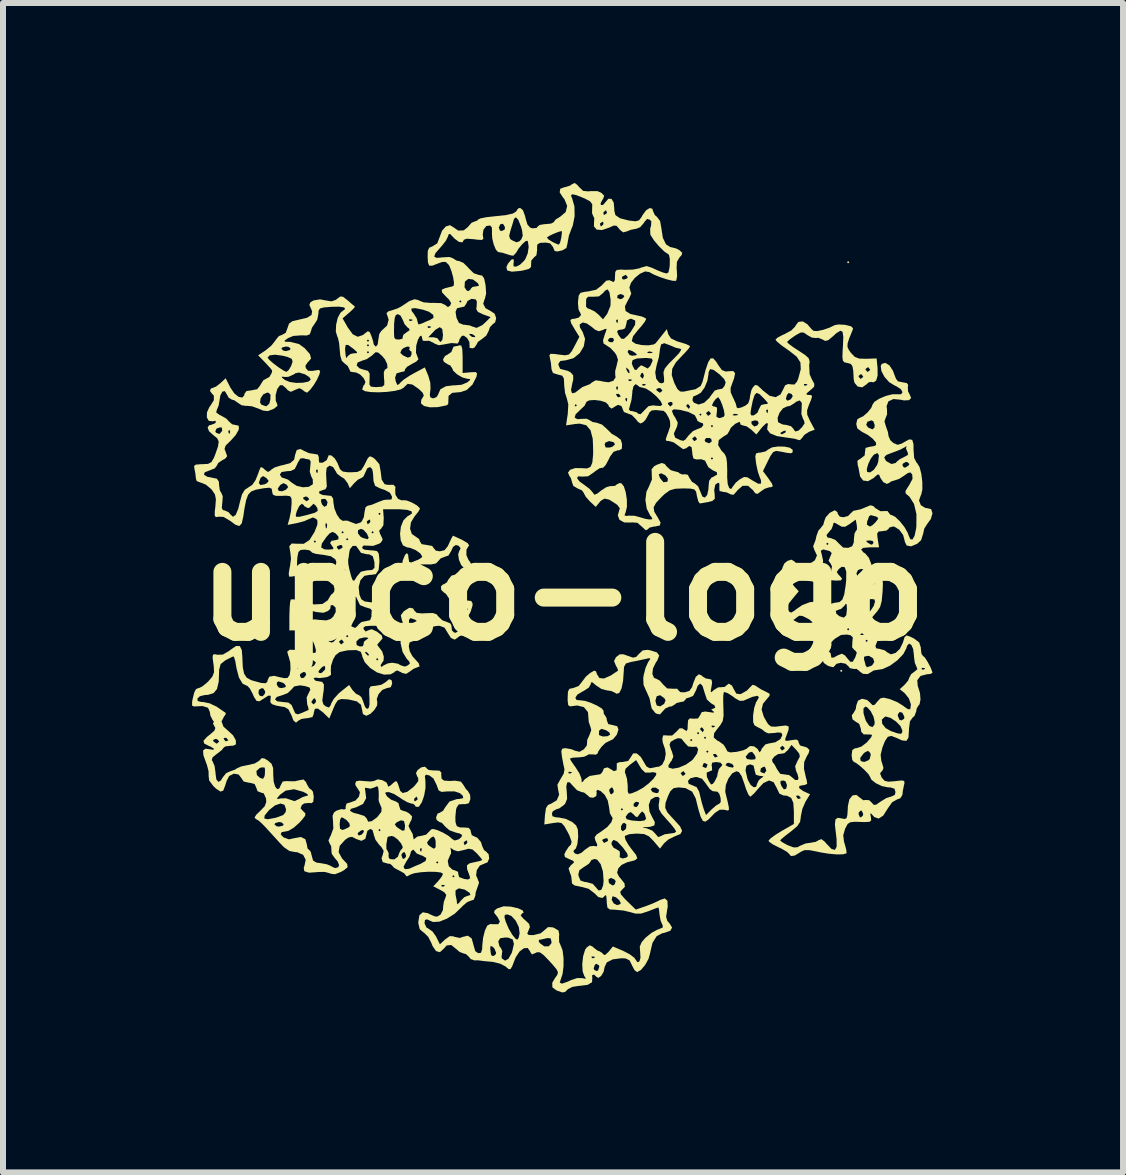
<source format=kicad_pcb>
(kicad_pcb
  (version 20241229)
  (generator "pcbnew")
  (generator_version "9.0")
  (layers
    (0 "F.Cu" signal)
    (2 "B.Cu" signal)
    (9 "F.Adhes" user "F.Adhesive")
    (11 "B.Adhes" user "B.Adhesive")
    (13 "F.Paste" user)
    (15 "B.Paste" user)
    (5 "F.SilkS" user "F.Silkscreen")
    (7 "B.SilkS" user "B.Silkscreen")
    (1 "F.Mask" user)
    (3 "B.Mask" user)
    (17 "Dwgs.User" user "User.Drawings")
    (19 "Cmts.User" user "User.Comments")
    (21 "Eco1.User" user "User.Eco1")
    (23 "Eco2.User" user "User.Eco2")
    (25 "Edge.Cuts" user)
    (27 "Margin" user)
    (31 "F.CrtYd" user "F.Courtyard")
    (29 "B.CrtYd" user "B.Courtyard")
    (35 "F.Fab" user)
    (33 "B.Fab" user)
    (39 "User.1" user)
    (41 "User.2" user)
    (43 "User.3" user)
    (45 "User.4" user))
  (footprint "upco-logo"
    (layer "F.Cu")
    (at 6.336 6.805)
    (property "Reference" "upco-logo" (at 0 0 0) (layer "F.SilkS") (effects (font (size 1.5 1.5) (thickness 0.3))))
    (attr board_only exclude_from_pos_files exclude_from_bom)
    (fp_poly (pts (xy 4.657 1.328) (xy 4.637 1.347) (xy 4.618 1.328) (xy 4.637 1.308)) (stroke (width 0) (type solid)) (fill yes) (layer "F.SilkS"))
    (fp_poly (pts (xy 4.772 -5.484) (xy 4.753 -5.465) (xy 4.734 -5.484) (xy 4.753 -5.503)) (stroke (width 0) (type solid)) (fill yes) (layer "F.SilkS"))
    (fp_poly (pts (xy 0.242 -6.769) (xy 0.266 -6.739) (xy 0.336 -6.673) (xy 0.423 -6.664) (xy 0.452 -6.669) (xy 0.574 -6.669) (xy 0.638 -6.641) (xy 0.686 -6.592) (xy 0.669 -6.542) (xy 0.657 -6.526) (xy 0.626 -6.465) (xy 0.632 -6.436) (xy 0.67 -6.441) (xy 0.698 -6.475) (xy 0.756 -6.542) (xy 0.808 -6.54) (xy 0.845 -6.478) (xy 0.855 -6.365) (xy 0.854 -6.344) (xy 0.873 -6.269) (xy 0.951 -6.216) (xy 1.097 -6.179) (xy 1.104 -6.178) (xy 1.208 -6.166) (xy 1.267 -6.182) (xy 1.31 -6.239) (xy 1.326 -6.27) (xy 1.384 -6.349) (xy 1.445 -6.387) (xy 1.489 -6.375) (xy 1.501 -6.333) (xy 1.531 -6.269) (xy 1.566 -6.24) (xy 1.618 -6.17) (xy 1.639 -6.051) (xy 1.664 -5.891) (xy 1.716 -5.782) (xy 1.79 -5.735) (xy 1.803 -5.734) (xy 1.889 -5.712) (xy 1.94 -5.684) (xy 1.987 -5.641) (xy 1.976 -5.601) (xy 1.943 -5.566) (xy 1.898 -5.49) (xy 1.893 -5.378) (xy 1.897 -5.347) (xy 1.901 -5.246) (xy 1.888 -5.181) (xy 1.881 -5.173) (xy 1.828 -5.174) (xy 1.731 -5.198) (xy 1.616 -5.236) (xy 1.509 -5.28) (xy 1.436 -5.32) (xy 1.368 -5.33) (xy 1.283 -5.292) (xy 1.198 -5.223) (xy 1.133 -5.141) (xy 1.106 -5.062) (xy 1.119 -5.018) (xy 1.137 -4.961) (xy 1.101 -4.88) (xy 1.088 -4.86) (xy 1.032 -4.749) (xy 1.042 -4.671) (xy 1.123 -4.621) (xy 1.214 -4.601) (xy 1.317 -4.578) (xy 1.378 -4.549) (xy 1.385 -4.536) (xy 1.361 -4.488) (xy 1.298 -4.408) (xy 1.253 -4.358) (xy 1.167 -4.249) (xy 1.147 -4.175) (xy 1.152 -4.163) (xy 1.209 -4.125) (xy 1.31 -4.103) (xy 1.422 -4.098) (xy 1.512 -4.113) (xy 1.542 -4.132) (xy 1.591 -4.192) (xy 1.654 -4.272) (xy 1.73 -4.368) (xy 1.755 -4.281) (xy 1.8 -4.213) (xy 1.9 -4.165) (xy 1.948 -4.151) (xy 2.049 -4.12) (xy 2.109 -4.091) (xy 2.117 -4.081) (xy 2.091 -4.04) (xy 2.028 -3.969) (xy 2 -3.941) (xy 1.881 -3.814) (xy 1.82 -3.707) (xy 1.812 -3.602) (xy 1.852 -3.479) (xy 1.854 -3.473) (xy 1.905 -3.372) (xy 1.951 -3.329) (xy 2.011 -3.326) (xy 2.022 -3.329) (xy 2.139 -3.353) (xy 2.209 -3.367) (xy 2.294 -3.42) (xy 2.326 -3.492) (xy 2.377 -3.69) (xy 2.42 -3.818) (xy 2.46 -3.88) (xy 2.502 -3.882) (xy 2.55 -3.83) (xy 2.589 -3.767) (xy 2.649 -3.685) (xy 2.713 -3.661) (xy 2.753 -3.666) (xy 2.837 -3.67) (xy 2.868 -3.634) (xy 2.851 -3.547) (xy 2.828 -3.486) (xy 2.793 -3.387) (xy 2.795 -3.314) (xy 2.835 -3.224) (xy 2.836 -3.223) (xy 2.877 -3.133) (xy 2.894 -3.072) (xy 2.893 -3.066) (xy 2.913 -3.05) (xy 2.971 -3.062) (xy 3.038 -3.092) (xy 3.086 -3.13) (xy 3.088 -3.132) (xy 3.112 -3.205) (xy 3.117 -3.254) (xy 3.14 -3.352) (xy 3.166 -3.4) (xy 3.202 -3.437) (xy 3.24 -3.431) (xy 3.302 -3.376) (xy 3.327 -3.35) (xy 3.444 -3.257) (xy 3.545 -3.234) (xy 3.625 -3.28) (xy 3.663 -3.351) (xy 3.702 -3.432) (xy 3.754 -3.454) (xy 3.792 -3.448) (xy 3.858 -3.445) (xy 3.863 -3.451) (xy 4.015 -3.451) (xy 4.021 -3.428) (xy 4.041 -3.425) (xy 4.073 -3.439) (xy 4.067 -3.451) (xy 4.021 -3.455) (xy 4.015 -3.451) (xy 3.863 -3.451) (xy 3.9 -3.493) (xy 3.922 -3.547) (xy 3.963 -3.7) (xy 3.957 -3.813) (xy 3.896 -3.908) (xy 3.771 -4.007) (xy 3.752 -4.02) (xy 3.644 -4.096) (xy 3.568 -4.159) (xy 3.541 -4.193) (xy 3.573 -4.225) (xy 3.655 -4.269) (xy 3.698 -4.288) (xy 3.805 -4.346) (xy 3.869 -4.411) (xy 3.876 -4.427) (xy 3.923 -4.489) (xy 3.997 -4.497) (xy 4.074 -4.449) (xy 4.087 -4.433) (xy 4.145 -4.366) (xy 4.178 -4.339) (xy 4.238 -4.336) (xy 4.337 -4.357) (xy 4.445 -4.394) (xy 4.526 -4.434) (xy 4.589 -4.446) (xy 4.69 -4.441) (xy 4.71 -4.438) (xy 4.803 -4.415) (xy 4.834 -4.382) (xy 4.827 -4.353) (xy 4.771 -4.216) (xy 4.743 -4.128) (xy 4.742 -4.07) (xy 4.766 -4.019) (xy 4.798 -3.974) (xy 4.863 -3.906) (xy 4.938 -3.877) (xy 5.053 -3.874) (xy 5.227 -3.88) (xy 5.243 -3.72) (xy 5.244 -3.592) (xy 5.218 -3.508) (xy 5.172 -3.48) (xy 5.147 -3.489) (xy 5.096 -3.482) (xy 5.058 -3.447) (xy 4.987 -3.398) (xy 4.912 -3.411) (xy 4.858 -3.475) (xy 4.845 -3.534) (xy 4.843 -3.579) (xy 4.926 -3.579) (xy 4.955 -3.542) (xy 4.965 -3.541) (xy 5.002 -3.57) (xy 5.003 -3.579) (xy 4.974 -3.616) (xy 4.965 -3.618) (xy 4.927 -3.588) (xy 4.926 -3.579) (xy 4.843 -3.579) (xy 4.838 -3.671) (xy 4.834 -3.695) (xy 5.042 -3.695) (xy 5.071 -3.657) (xy 5.08 -3.656) (xy 5.117 -3.685) (xy 5.118 -3.695) (xy 5.089 -3.732) (xy 5.08 -3.733) (xy 5.043 -3.704) (xy 5.042 -3.695) (xy 4.834 -3.695) (xy 4.824 -3.749) (xy 4.798 -3.787) (xy 4.751 -3.802) (xy 4.738 -3.804) (xy 4.691 -3.815) (xy 4.665 -3.842) (xy 4.657 -3.904) (xy 4.661 -4.018) (xy 4.666 -4.083) (xy 4.672 -4.238) (xy 4.66 -4.323) (xy 4.624 -4.342) (xy 4.558 -4.302) (xy 4.497 -4.247) (xy 4.42 -4.183) (xy 4.368 -4.172) (xy 4.331 -4.193) (xy 4.257 -4.224) (xy 4.216 -4.22) (xy 4.148 -4.227) (xy 4.075 -4.268) (xy 4.015 -4.31) (xy 3.965 -4.313) (xy 3.893 -4.275) (xy 3.863 -4.256) (xy 3.782 -4.199) (xy 3.737 -4.158) (xy 3.735 -4.152) (xy 3.764 -4.122) (xy 3.841 -4.065) (xy 3.93 -4.007) (xy 4.039 -3.935) (xy 4.095 -3.883) (xy 4.111 -3.83) (xy 4.103 -3.766) (xy 4.111 -3.615) (xy 4.147 -3.534) (xy 4.189 -3.455) (xy 4.185 -3.407) (xy 4.131 -3.357) (xy 4.118 -3.347) (xy 4.059 -3.296) (xy 4.062 -3.275) (xy 4.089 -3.272) (xy 4.137 -3.269) (xy 4.151 -3.249) (xy 4.135 -3.191) (xy 4.1 -3.108) (xy 4.068 -3.014) (xy 4.071 -2.941) (xy 4.113 -2.848) (xy 4.12 -2.833) (xy 4.196 -2.692) (xy 4.104 -2.658) (xy 4.024 -2.607) (xy 3.989 -2.56) (xy 3.95 -2.518) (xy 3.925 -2.521) (xy 3.862 -2.541) (xy 3.76 -2.556) (xy 3.742 -2.558) (xy 3.566 -2.585) (xy 3.451 -2.632) (xy 3.446 -2.639) (xy 3.623 -2.639) (xy 3.632 -2.619) (xy 3.654 -2.617) (xy 3.706 -2.645) (xy 3.714 -2.655) (xy 3.707 -2.677) (xy 3.677 -2.67) (xy 3.623 -2.639) (xy 3.446 -2.639) (xy 3.403 -2.696) (xy 3.406 -2.732) (xy 3.416 -2.797) (xy 3.387 -2.799) (xy 3.325 -2.74) (xy 3.301 -2.711) (xy 3.223 -2.612) (xy 3.137 -2.693) (xy 3.06 -2.748) (xy 2.997 -2.763) (xy 2.956 -2.779) (xy 2.954 -2.801) (xy 2.942 -2.824) (xy 2.881 -2.795) (xy 2.867 -2.787) (xy 2.798 -2.725) (xy 2.771 -2.669) (xy 2.739 -2.617) (xy 2.675 -2.578) (xy 2.596 -2.519) (xy 2.585 -2.435) (xy 2.642 -2.341) (xy 2.656 -2.328) (xy 2.696 -2.284) (xy 2.721 -2.229) (xy 2.733 -2.145) (xy 2.737 -2.014) (xy 2.736 -1.897) (xy 2.745 -1.787) (xy 2.77 -1.718) (xy 2.802 -1.703) (xy 2.832 -1.746) (xy 2.879 -1.809) (xy 2.949 -1.866) (xy 3.017 -1.903) (xy 3.072 -1.899) (xy 3.15 -1.851) (xy 3.159 -1.845) (xy 3.254 -1.791) (xy 3.301 -1.794) (xy 3.299 -1.853) (xy 3.281 -1.895) (xy 3.248 -1.989) (xy 3.221 -2.114) (xy 3.216 -2.146) (xy 3.205 -2.248) (xy 3.217 -2.295) (xy 3.26 -2.309) (xy 3.285 -2.309) (xy 3.376 -2.33) (xy 3.422 -2.363) (xy 3.484 -2.397) (xy 3.583 -2.412) (xy 3.69 -2.41) (xy 3.78 -2.392) (xy 3.827 -2.357) (xy 3.829 -2.348) (xy 3.825 -2.312) (xy 3.799 -2.299) (xy 3.733 -2.306) (xy 3.628 -2.327) (xy 3.552 -2.338) (xy 3.503 -2.319) (xy 3.458 -2.255) (xy 3.419 -2.178) (xy 3.333 -2.002) (xy 3.418 -1.888) (xy 3.481 -1.796) (xy 3.497 -1.749) (xy 3.467 -1.733) (xy 3.438 -1.732) (xy 3.361 -1.707) (xy 3.299 -1.664) (xy 3.241 -1.621) (xy 3.202 -1.634) (xy 3.166 -1.684) (xy 3.084 -1.757) (xy 2.994 -1.757) (xy 2.909 -1.684) (xy 2.901 -1.672) (xy 2.843 -1.607) (xy 2.797 -1.613) (xy 2.796 -1.614) (xy 2.727 -1.647) (xy 2.671 -1.655) (xy 2.608 -1.67) (xy 2.605 -1.727) (xy 2.606 -1.732) (xy 2.606 -1.793) (xy 2.587 -1.809) (xy 2.538 -1.776) (xy 2.52 -1.688) (xy 2.528 -1.61) (xy 2.53 -1.539) (xy 2.487 -1.503) (xy 2.428 -1.488) (xy 2.336 -1.471) (xy 2.28 -1.462) (xy 2.28 -1.462) (xy 2.256 -1.494) (xy 2.234 -1.575) (xy 2.232 -1.586) (xy 2.218 -1.658) (xy 2.189 -1.696) (xy 2.125 -1.71) (xy 2.005 -1.713) (xy 2.001 -1.713) (xy 1.87 -1.707) (xy 1.78 -1.681) (xy 1.696 -1.621) (xy 1.645 -1.573) (xy 1.55 -1.472) (xy 1.51 -1.397) (xy 1.521 -1.324) (xy 1.577 -1.233) (xy 1.626 -1.144) (xy 1.613 -1.095) (xy 1.534 -1.078) (xy 1.517 -1.078) (xy 1.44 -1.059) (xy 1.411 -1.029) (xy 1.378 -1.016) (xy 1.318 -1.072) (xy 1.317 -1.073) (xy 1.24 -1.14) (xy 1.147 -1.147) (xy 1.131 -1.144) (xy 1.019 -1.146) (xy 0.941 -1.19) (xy 0.913 -1.263) (xy 0.928 -1.317) (xy 0.946 -1.382) (xy 0.906 -1.437) (xy 0.88 -1.456) (xy 0.769 -1.526) (xy 0.692 -1.543) (xy 0.631 -1.508) (xy 0.611 -1.485) (xy 0.545 -1.405) (xy 0.446 -1.498) (xy 0.379 -1.573) (xy 0.347 -1.633) (xy 0.346 -1.638) (xy 0.314 -1.681) (xy 0.25 -1.709) (xy 0.173 -1.753) (xy 0.154 -1.802) (xy 0.13 -1.886) (xy 0.109 -1.915) (xy 0.082 -1.976) (xy 0.118 -2.024) (xy 0.203 -2.052) (xy 0.305 -2.051) (xy 0.4 -2.046) (xy 0.458 -2.072) (xy 0.488 -2.143) (xy 0.501 -2.273) (xy 0.502 -2.328) (xy 0.499 -2.444) (xy 0.693 -2.444) (xy 0.712 -2.394) (xy 0.778 -2.394) (xy 0.824 -2.409) (xy 0.866 -2.446) (xy 0.845 -2.483) (xy 0.774 -2.501) (xy 0.767 -2.502) (xy 0.706 -2.477) (xy 0.693 -2.444) (xy 0.499 -2.444) (xy 0.495 -2.539) (xy 0.458 -2.683) (xy 0.387 -2.766) (xy 0.279 -2.793) (xy 0.211 -2.788) (xy 0.05 -2.764) (xy 0.069 -2.892) (xy 0.194 -2.892) (xy 0.24 -2.867) (xy 0.303 -2.872) (xy 0.393 -2.875) (xy 0.44 -2.852) (xy 0.495 -2.819) (xy 0.558 -2.809) (xy 0.65 -2.777) (xy 0.731 -2.704) (xy 0.811 -2.625) (xy 0.89 -2.579) (xy 0.894 -2.578) (xy 0.963 -2.524) (xy 0.984 -2.453) (xy 0.981 -2.375) (xy 0.938 -2.349) (xy 0.911 -2.348) (xy 0.842 -2.323) (xy 0.783 -2.242) (xy 0.759 -2.192) (xy 0.711 -2.103) (xy 0.669 -2.058) (xy 0.656 -2.058) (xy 0.608 -2.048) (xy 0.534 -1.998) (xy 0.517 -1.983) (xy 0.417 -1.915) (xy 0.323 -1.91) (xy 0.322 -1.91) (xy 0.249 -1.914) (xy 0.234 -1.883) (xy 0.275 -1.829) (xy 0.355 -1.771) (xy 0.442 -1.706) (xy 0.496 -1.645) (xy 0.5 -1.637) (xy 0.524 -1.608) (xy 0.57 -1.626) (xy 0.633 -1.676) (xy 0.72 -1.733) (xy 0.791 -1.753) (xy 0.803 -1.751) (xy 0.868 -1.756) (xy 0.888 -1.775) (xy 0.942 -1.803) (xy 0.973 -1.798) (xy 1.014 -1.747) (xy 1.046 -1.646) (xy 1.064 -1.523) (xy 1.065 -1.405) (xy 1.044 -1.318) (xy 1.044 -1.317) (xy 1.024 -1.263) (xy 1.06 -1.254) (xy 1.089 -1.259) (xy 1.191 -1.257) (xy 1.27 -1.236) (xy 1.372 -1.206) (xy 1.44 -1.195) (xy 1.489 -1.2) (xy 1.478 -1.232) (xy 1.454 -1.26) (xy 1.395 -1.375) (xy 1.373 -1.52) (xy 1.39 -1.658) (xy 1.428 -1.735) (xy 1.482 -1.862) (xy 1.479 -1.943) (xy 1.479 -1.948) (xy 1.595 -1.948) (xy 1.613 -1.893) (xy 1.616 -1.886) (xy 1.674 -1.816) (xy 1.732 -1.823) (xy 1.744 -1.834) (xy 1.747 -1.879) (xy 1.705 -1.931) (xy 1.643 -1.962) (xy 1.63 -1.963) (xy 1.595 -1.948) (xy 1.479 -1.948) (xy 1.476 -2.032) (xy 1.52 -2.084) (xy 1.566 -2.108) (xy 1.647 -2.137) (xy 1.695 -2.12) (xy 1.727 -2.08) (xy 1.795 -2.018) (xy 1.85 -2.001) (xy 1.921 -1.983) (xy 1.942 -1.964) (xy 1.992 -1.944) (xy 2.024 -1.95) (xy 2.081 -1.94) (xy 2.103 -1.894) (xy 2.15 -1.822) (xy 2.193 -1.798) (xy 2.251 -1.749) (xy 2.288 -1.662) (xy 2.323 -1.577) (xy 2.365 -1.56) (xy 2.403 -1.604) (xy 2.424 -1.702) (xy 2.425 -1.733) (xy 2.435 -1.839) (xy 2.474 -1.893) (xy 2.502 -1.905) (xy 2.569 -1.944) (xy 2.562 -1.985) (xy 2.499 -2.013) (xy 2.424 -2.065) (xy 2.398 -2.114) (xy 2.367 -2.177) (xy 2.305 -2.199) (xy 2.223 -2.196) (xy 2.173 -2.211) (xy 2.173 -2.213) (xy 2.463 -2.213) (xy 2.482 -2.194) (xy 2.502 -2.213) (xy 2.482 -2.232) (xy 2.463 -2.213) (xy 2.173 -2.213) (xy 2.156 -2.28) (xy 2.155 -2.307) (xy 2.143 -2.4) (xy 2.105 -2.421) (xy 2.051 -2.382) (xy 2.002 -2.367) (xy 1.933 -2.416) (xy 1.928 -2.421) (xy 1.844 -2.48) (xy 1.77 -2.502) (xy 1.722 -2.506) (xy 1.712 -2.535) (xy 1.737 -2.607) (xy 1.751 -2.642) (xy 1.787 -2.751) (xy 1.783 -2.835) (xy 1.761 -2.892) (xy 1.716 -2.971) (xy 1.675 -3.007) (xy 1.674 -3.007) (xy 1.668 -3.007) (xy 1.814 -3.007) (xy 1.84 -2.94) (xy 1.872 -2.89) (xy 1.913 -2.808) (xy 1.899 -2.74) (xy 1.892 -2.728) (xy 1.847 -2.626) (xy 1.869 -2.559) (xy 1.96 -2.516) (xy 2.006 -2.506) (xy 2.043 -2.531) (xy 2.049 -2.54) (xy 2.155 -2.54) (xy 2.184 -2.503) (xy 2.194 -2.502) (xy 2.216 -2.519) (xy 2.36 -2.519) (xy 2.374 -2.488) (xy 2.437 -2.465) (xy 2.48 -2.497) (xy 2.47 -2.538) (xy 2.445 -2.554) (xy 2.386 -2.554) (xy 2.36 -2.519) (xy 2.216 -2.519) (xy 2.231 -2.531) (xy 2.232 -2.54) (xy 2.203 -2.577) (xy 2.194 -2.578) (xy 2.156 -2.549) (xy 2.155 -2.54) (xy 2.049 -2.54) (xy 2.092 -2.595) (xy 2.165 -2.668) (xy 2.238 -2.701) (xy 2.306 -2.727) (xy 2.326 -2.752) (xy 2.463 -2.752) (xy 2.482 -2.732) (xy 2.502 -2.752) (xy 2.482 -2.771) (xy 2.463 -2.752) (xy 2.326 -2.752) (xy 2.339 -2.768) (xy 2.328 -2.802) (xy 2.293 -2.809) (xy 2.254 -2.831) (xy 3.141 -2.831) (xy 3.142 -2.789) (xy 3.187 -2.745) (xy 3.239 -2.763) (xy 3.262 -2.802) (xy 3.244 -2.839) (xy 3.199 -2.848) (xy 3.141 -2.831) (xy 2.254 -2.831) (xy 2.24 -2.838) (xy 2.232 -2.866) (xy 2.196 -2.934) (xy 2.176 -2.944) (xy 2.271 -2.944) (xy 2.29 -2.925) (xy 2.309 -2.944) (xy 2.29 -2.963) (xy 2.386 -2.963) (xy 2.415 -2.926) (xy 2.425 -2.925) (xy 2.462 -2.954) (xy 2.463 -2.963) (xy 2.434 -3.001) (xy 2.425 -3.002) (xy 2.387 -2.973) (xy 2.386 -2.963) (xy 2.29 -2.963) (xy 2.271 -2.944) (xy 2.176 -2.944) (xy 2.085 -2.989) (xy 1.952 -3.022) (xy 1.85 -3.032) (xy 1.814 -3.007) (xy 1.668 -3.007) (xy 1.549 -3.019) (xy 1.479 -3.013) (xy 1.442 -2.982) (xy 1.425 -2.947) (xy 1.375 -2.858) (xy 1.337 -2.817) (xy 1.288 -2.795) (xy 1.242 -2.83) (xy 1.216 -2.866) (xy 1.147 -2.936) (xy 1.077 -2.963) (xy 1.015 -2.987) (xy 1.001 -3.019) (xy 0.997 -3.029) (xy 1.098 -3.029) (xy 1.122 -3.004) (xy 1.153 -3.002) (xy 1.228 -2.981) (xy 1.254 -2.958) (xy 1.293 -2.95) (xy 1.355 -3.014) (xy 1.424 -3.084) (xy 1.503 -3.098) (xy 1.542 -3.092) (xy 1.625 -3.087) (xy 1.655 -3.11) (xy 1.641 -3.138) (xy 1.748 -3.138) (xy 1.751 -3.117) (xy 1.784 -3.081) (xy 1.79 -3.079) (xy 1.807 -3.094) (xy 2.053 -3.094) (xy 2.059 -3.079) (xy 2.094 -3.042) (xy 2.1 -3.04) (xy 2.116 -3.07) (xy 2.117 -3.079) (xy 2.102 -3.098) (xy 2.482 -3.098) (xy 2.506 -3.08) (xy 2.525 -3.079) (xy 2.567 -3.06) (xy 2.565 -2.993) (xy 2.563 -2.983) (xy 2.556 -2.911) (xy 2.594 -2.887) (xy 2.616 -2.886) (xy 2.628 -2.89) (xy 3.577 -2.89) (xy 3.584 -2.821) (xy 3.591 -2.813) (xy 3.661 -2.779) (xy 3.723 -2.771) (xy 3.802 -2.749) (xy 3.835 -2.713) (xy 3.871 -2.662) (xy 3.924 -2.676) (xy 3.983 -2.732) (xy 4.027 -2.798) (xy 4.015 -2.851) (xy 4.003 -2.866) (xy 3.973 -2.953) (xy 3.977 -3.039) (xy 3.98 -3.138) (xy 3.946 -3.18) (xy 3.884 -3.157) (xy 3.865 -3.139) (xy 3.784 -3.089) (xy 3.733 -3.079) (xy 3.667 -3.048) (xy 3.61 -2.976) (xy 3.577 -2.89) (xy 2.628 -2.89) (xy 2.679 -2.908) (xy 2.692 -2.934) (xy 2.826 -2.934) (xy 2.864 -2.928) (xy 2.914 -2.935) (xy 2.914 -2.948) (xy 2.863 -2.957) (xy 2.841 -2.951) (xy 2.826 -2.934) (xy 2.692 -2.934) (xy 2.694 -2.938) (xy 2.69 -2.96) (xy 3.124 -2.96) (xy 3.141 -2.929) (xy 3.181 -2.931) (xy 3.242 -2.976) (xy 3.252 -3.002) (xy 3.387 -3.002) (xy 3.401 -2.97) (xy 3.412 -2.976) (xy 3.417 -3.022) (xy 3.412 -3.027) (xy 3.389 -3.022) (xy 3.387 -3.002) (xy 3.252 -3.002) (xy 3.264 -3.031) (xy 3.302 -3.103) (xy 3.358 -3.117) (xy 3.409 -3.121) (xy 3.411 -3.142) (xy 3.362 -3.199) (xy 3.356 -3.205) (xy 3.714 -3.205) (xy 3.741 -3.175) (xy 3.796 -3.198) (xy 3.83 -3.251) (xy 3.81 -3.287) (xy 3.763 -3.304) (xy 3.734 -3.273) (xy 3.714 -3.205) (xy 3.356 -3.205) (xy 3.348 -3.213) (xy 3.277 -3.284) (xy 3.228 -3.306) (xy 3.194 -3.272) (xy 3.163 -3.177) (xy 3.136 -3.046) (xy 3.124 -2.96) (xy 2.69 -2.96) (xy 2.682 -3.014) (xy 2.653 -3.107) (xy 2.618 -3.19) (xy 2.588 -3.232) (xy 2.584 -3.233) (xy 2.546 -3.204) (xy 2.51 -3.156) (xy 2.482 -3.098) (xy 2.102 -3.098) (xy 2.087 -3.116) (xy 2.076 -3.117) (xy 2.053 -3.094) (xy 1.807 -3.094) (xy 1.82 -3.106) (xy 1.828 -3.117) (xy 1.819 -3.15) (xy 1.79 -3.156) (xy 1.748 -3.138) (xy 1.641 -3.138) (xy 1.626 -3.17) (xy 1.615 -3.182) (xy 2.157 -3.182) (xy 2.181 -3.143) (xy 2.259 -3.111) (xy 2.352 -3.141) (xy 2.439 -3.222) (xy 2.458 -3.251) (xy 2.529 -3.344) (xy 2.59 -3.365) (xy 2.593 -3.364) (xy 2.655 -3.376) (xy 2.692 -3.422) (xy 2.711 -3.48) (xy 2.687 -3.535) (xy 2.612 -3.611) (xy 2.609 -3.614) (xy 2.51 -3.689) (xy 2.451 -3.702) (xy 2.426 -3.651) (xy 2.425 -3.62) (xy 2.406 -3.507) (xy 2.359 -3.394) (xy 2.297 -3.308) (xy 2.234 -3.271) (xy 2.232 -3.271) (xy 2.168 -3.243) (xy 2.157 -3.182) (xy 1.615 -3.182) (xy 1.555 -3.249) (xy 1.466 -3.325) (xy 1.397 -3.368) (xy 1.555 -3.368) (xy 1.559 -3.348) (xy 1.608 -3.311) (xy 1.619 -3.31) (xy 1.654 -3.339) (xy 1.655 -3.348) (xy 1.624 -3.382) (xy 1.595 -3.387) (xy 1.555 -3.368) (xy 1.397 -3.368) (xy 1.383 -3.377) (xy 1.346 -3.387) (xy 1.274 -3.405) (xy 1.25 -3.426) (xy 1.212 -3.451) (xy 1.321 -3.451) (xy 1.327 -3.428) (xy 1.347 -3.425) (xy 1.379 -3.439) (xy 1.373 -3.451) (xy 1.327 -3.455) (xy 1.321 -3.451) (xy 1.212 -3.451) (xy 1.21 -3.452) (xy 1.174 -3.416) (xy 1.155 -3.333) (xy 1.155 -3.31) (xy 1.141 -3.188) (xy 1.117 -3.101) (xy 1.098 -3.029) (xy 0.997 -3.029) (xy 0.974 -3.086) (xy 0.917 -3.106) (xy 0.874 -3.083) (xy 0.81 -3.043) (xy 0.766 -3.076) (xy 0.754 -3.108) (xy 0.71 -3.148) (xy 0.624 -3.175) (xy 0.525 -3.187) (xy 0.437 -3.181) (xy 0.388 -3.155) (xy 0.385 -3.143) (xy 0.357 -3.089) (xy 0.289 -3.025) (xy 0.289 -3.025) (xy 0.21 -2.949) (xy 0.194 -2.892) (xy 0.069 -2.892) (xy 0.078 -2.95) (xy 0.087 -3.098) (xy 0.192 -3.098) (xy 0.212 -3.079) (xy 0.231 -3.098) (xy 0.212 -3.117) (xy 0.192 -3.098) (xy 0.087 -3.098) (xy 0.088 -3.111) (xy 0.068 -3.194) (xy 1.039 -3.194) (xy 1.053 -3.163) (xy 1.065 -3.169) (xy 1.069 -3.214) (xy 1.065 -3.22) (xy 1.042 -3.215) (xy 1.039 -3.194) (xy 0.068 -3.194) (xy 0.063 -3.213) (xy 0.044 -3.273) (xy 0.885 -3.273) (xy 0.913 -3.234) (xy 0.924 -3.233) (xy 0.961 -3.246) (xy 0.962 -3.25) (xy 0.935 -3.283) (xy 0.924 -3.29) (xy 0.888 -3.287) (xy 0.885 -3.273) (xy 0.044 -3.273) (xy 0.034 -3.302) (xy 0.02 -3.422) (xy 0.019 -3.444) (xy 0.014 -3.544) (xy -0.013 -3.592) (xy -0.077 -3.609) (xy -0.087 -3.611) (xy -0.168 -3.637) (xy -0.193 -3.701) (xy -0.193 -3.707) (xy -0.199 -3.772) (xy -0.077 -3.772) (xy -0.049 -3.707) (xy -0.007 -3.695) (xy 0.082 -3.672) (xy 0.128 -3.646) (xy 0.169 -3.598) (xy 0.17 -3.527) (xy 0.155 -3.468) (xy 0.133 -3.352) (xy 0.15 -3.299) (xy 0.203 -3.31) (xy 0.247 -3.345) (xy 0.302 -3.387) (xy 0.885 -3.387) (xy 0.899 -3.355) (xy 0.911 -3.361) (xy 0.915 -3.407) (xy 0.911 -3.412) (xy 0.888 -3.407) (xy 0.885 -3.387) (xy 0.302 -3.387) (xy 0.323 -3.403) (xy 0.38 -3.425) (xy 0.446 -3.45) (xy 0.484 -3.481) (xy 0.545 -3.515) (xy 0.63 -3.504) (xy 0.656 -3.496) (xy 0.759 -3.482) (xy 0.84 -3.508) (xy 0.852 -3.528) (xy 1.09 -3.528) (xy 1.096 -3.505) (xy 1.116 -3.502) (xy 1.148 -3.516) (xy 1.142 -3.528) (xy 1.096 -3.532) (xy 1.09 -3.528) (xy 0.852 -3.528) (xy 0.876 -3.564) (xy 0.872 -3.59) (xy 1.286 -3.59) (xy 1.291 -3.576) (xy 1.328 -3.542) (xy 1.346 -3.581) (xy 1.347 -3.601) (xy 1.328 -3.64) (xy 1.308 -3.636) (xy 1.286 -3.59) (xy 0.872 -3.59) (xy 0.87 -3.602) (xy 0.869 -3.67) (xy 0.885 -3.729) (xy 1.05 -3.729) (xy 1.058 -3.691) (xy 1.061 -3.683) (xy 1.091 -3.636) (xy 1.109 -3.636) (xy 1.107 -3.648) (xy 1.537 -3.648) (xy 1.553 -3.542) (xy 1.603 -3.476) (xy 1.647 -3.464) (xy 1.684 -3.484) (xy 1.684 -3.556) (xy 1.68 -3.579) (xy 1.674 -3.649) (xy 1.697 -3.713) (xy 1.76 -3.79) (xy 1.838 -3.867) (xy 1.933 -3.966) (xy 1.971 -4.025) (xy 1.957 -4.041) (xy 1.879 -4.058) (xy 1.787 -4.097) (xy 1.688 -4.134) (xy 1.634 -4.113) (xy 1.614 -4.028) (xy 1.613 -4.01) (xy 1.598 -3.901) (xy 1.564 -3.779) (xy 1.561 -3.772) (xy 1.537 -3.648) (xy 1.107 -3.648) (xy 1.104 -3.677) (xy 1.082 -3.705) (xy 1.05 -3.729) (xy 0.885 -3.729) (xy 0.894 -3.763) (xy 0.902 -3.8) (xy 1.146 -3.8) (xy 1.163 -3.75) (xy 1.197 -3.688) (xy 1.227 -3.691) (xy 1.252 -3.723) (xy 1.301 -3.766) (xy 1.354 -3.743) (xy 1.359 -3.739) (xy 1.411 -3.712) (xy 1.451 -3.751) (xy 1.46 -3.767) (xy 1.494 -3.843) (xy 1.48 -3.877) (xy 1.404 -3.887) (xy 1.369 -3.887) (xy 1.231 -3.879) (xy 1.16 -3.852) (xy 1.146 -3.8) (xy 0.902 -3.8) (xy 0.916 -3.857) (xy 0.889 -3.937) (xy 0.863 -3.976) (xy 0.855 -3.985) (xy 1.078 -3.985) (xy 1.11 -3.936) (xy 1.155 -3.925) (xy 1.217 -3.933) (xy 1.232 -3.943) (xy 1.202 -3.973) (xy 1.402 -3.973) (xy 1.44 -3.967) (xy 1.49 -3.974) (xy 1.49 -3.987) (xy 1.439 -3.996) (xy 1.417 -3.99) (xy 1.402 -3.973) (xy 1.202 -3.973) (xy 1.202 -3.973) (xy 1.155 -4.002) (xy 1.095 -4.024) (xy 1.078 -3.993) (xy 1.078 -3.985) (xy 0.855 -3.985) (xy 0.789 -4.055) (xy 0.718 -4.101) (xy 0.674 -4.13) (xy 0.668 -4.179) (xy 0.746 -4.179) (xy 0.775 -4.153) (xy 0.827 -4.149) (xy 0.85 -4.186) (xy 0.834 -4.22) (xy 0.788 -4.223) (xy 0.768 -4.213) (xy 0.746 -4.179) (xy 0.668 -4.179) (xy 0.667 -4.186) (xy 0.698 -4.286) (xy 0.713 -4.324) (xy 0.901 -4.324) (xy 0.924 -4.272) (xy 0.968 -4.211) (xy 1.015 -4.206) (xy 1.078 -4.262) (xy 1.133 -4.33) (xy 1.201 -4.441) (xy 1.204 -4.511) (xy 1.141 -4.54) (xy 1.12 -4.541) (xy 1.065 -4.512) (xy 1.055 -4.455) (xy 1.035 -4.384) (xy 1.001 -4.365) (xy 0.92 -4.353) (xy 0.901 -4.324) (xy 0.713 -4.324) (xy 0.713 -4.324) (xy 0.727 -4.373) (xy 0.695 -4.37) (xy 0.662 -4.353) (xy 0.597 -4.333) (xy 0.533 -4.359) (xy 0.48 -4.404) (xy 0.399 -4.461) (xy 0.331 -4.479) (xy 0.324 -4.477) (xy 0.277 -4.446) (xy 0.282 -4.396) (xy 0.328 -4.32) (xy 0.367 -4.206) (xy 0.346 -4.082) (xy 0.278 -3.968) (xy 0.175 -3.884) (xy 0.048 -3.849) (xy 0.04 -3.848) (xy -0.045 -3.837) (xy -0.076 -3.793) (xy -0.077 -3.772) (xy -0.199 -3.772) (xy -0.204 -3.814) (xy -0.218 -3.881) (xy -0.227 -3.935) (xy -0.207 -3.957) (xy -0.138 -3.954) (xy -0.069 -3.944) (xy 0.037 -3.932) (xy 0.099 -3.946) (xy 0.146 -4.001) (xy 0.188 -4.079) (xy 0.272 -4.24) (xy 0.194 -4.366) (xy 0.135 -4.467) (xy 0.126 -4.503) (xy 0.885 -4.503) (xy 0.899 -4.471) (xy 0.911 -4.477) (xy 0.915 -4.523) (xy 0.911 -4.528) (xy 0.888 -4.523) (xy 0.885 -4.503) (xy 0.126 -4.503) (xy 0.121 -4.519) (xy 0.15 -4.539) (xy 0.19 -4.541) (xy 0.262 -4.561) (xy 0.3 -4.604) (xy 0.284 -4.648) (xy 0.279 -4.651) (xy 0.257 -4.702) (xy 0.254 -4.743) (xy 0.383 -4.743) (xy 0.413 -4.713) (xy 0.45 -4.701) (xy 0.528 -4.663) (xy 0.593 -4.609) (xy 0.666 -4.532) (xy 0.736 -4.623) (xy 0.791 -4.758) (xy 0.793 -4.86) (xy 0.788 -4.889) (xy 0.903 -4.889) (xy 0.905 -4.887) (xy 0.953 -4.868) (xy 0.985 -4.875) (xy 1.021 -4.91) (xy 1.007 -4.936) (xy 0.955 -4.954) (xy 0.909 -4.933) (xy 0.903 -4.889) (xy 0.788 -4.889) (xy 0.774 -4.982) (xy 0.744 -5.031) (xy 0.7 -5.009) (xy 0.672 -4.975) (xy 0.599 -4.914) (xy 0.5 -4.908) (xy 0.418 -4.909) (xy 0.387 -4.875) (xy 0.385 -4.847) (xy 0.384 -4.77) (xy 0.383 -4.743) (xy 0.254 -4.743) (xy 0.249 -4.798) (xy 0.25 -4.83) (xy 0.261 -4.928) (xy 0.292 -4.974) (xy 0.366 -4.991) (xy 0.417 -4.996) (xy 0.551 -5.025) (xy 0.645 -5.097) (xy 0.655 -5.109) (xy 0.72 -5.176) (xy 0.774 -5.184) (xy 0.801 -5.171) (xy 0.846 -5.153) (xy 0.864 -5.188) (xy 0.865 -5.234) (xy 0.981 -5.234) (xy 0.99 -5.201) (xy 1.018 -5.195) (xy 1.07 -5.216) (xy 1.078 -5.234) (xy 1.05 -5.271) (xy 1.041 -5.272) (xy 0.989 -5.244) (xy 0.981 -5.234) (xy 0.865 -5.234) (xy 0.866 -5.249) (xy 0.87 -5.322) (xy 0.896 -5.355) (xy 0.966 -5.361) (xy 1.038 -5.357) (xy 1.166 -5.361) (xy 1.274 -5.382) (xy 1.298 -5.393) (xy 1.393 -5.42) (xy 1.472 -5.395) (xy 1.578 -5.347) (xy 1.661 -5.314) (xy 1.725 -5.296) (xy 1.757 -5.314) (xy 1.773 -5.385) (xy 1.779 -5.438) (xy 1.78 -5.541) (xy 1.766 -5.606) (xy 1.757 -5.615) (xy 1.687 -5.663) (xy 1.599 -5.75) (xy 1.516 -5.848) (xy 1.462 -5.932) (xy 1.455 -5.952) (xy 1.452 -6.044) (xy 1.467 -6.09) (xy 1.472 -6.163) (xy 1.449 -6.191) (xy 1.402 -6.206) (xy 1.358 -6.157) (xy 1.347 -6.138) (xy 1.285 -6.067) (xy 1.222 -6.042) (xy 1.129 -6.024) (xy 1.071 -6) (xy 1.003 -5.981) (xy 0.95 -6.022) (xy 0.937 -6.039) (xy 0.893 -6.09) (xy 0.846 -6.095) (xy 0.766 -6.059) (xy 0.648 -6.02) (xy 0.56 -6.028) (xy 0.515 -6.081) (xy 0.516 -6.119) (xy 0.616 -6.119) (xy 0.629 -6.082) (xy 0.633 -6.081) (xy 0.666 -6.108) (xy 0.673 -6.119) (xy 0.67 -6.155) (xy 0.657 -6.158) (xy 0.617 -6.13) (xy 0.616 -6.119) (xy 0.516 -6.119) (xy 0.516 -6.14) (xy 0.521 -6.217) (xy 0.504 -6.252) (xy 0.483 -6.301) (xy 0.484 -6.312) (xy 0.673 -6.312) (xy 0.677 -6.276) (xy 0.69 -6.273) (xy 0.73 -6.301) (xy 0.731 -6.312) (xy 0.718 -6.349) (xy 0.714 -6.35) (xy 0.681 -6.323) (xy 0.673 -6.312) (xy 0.484 -6.312) (xy 0.485 -6.379) (xy 0.487 -6.45) (xy 0.451 -6.498) (xy 0.362 -6.546) (xy 0.347 -6.552) (xy 0.219 -6.603) (xy 0.15 -6.617) (xy 0.133 -6.593) (xy 0.151 -6.549) (xy 0.19 -6.415) (xy 0.193 -6.251) (xy 0.162 -6.093) (xy 0.142 -6.045) (xy 0.098 -5.928) (xy 0.077 -5.818) (xy 0.077 -5.81) (xy 0.056 -5.721) (xy -0.01 -5.682) (xy -0.099 -5.662) (xy -0.141 -5.673) (xy -0.163 -5.725) (xy -0.165 -5.734) (xy -0.215 -5.798) (xy -0.285 -5.811) (xy -0.385 -5.806) (xy -0.429 -5.779) (xy -0.434 -5.715) (xy -0.431 -5.691) (xy -0.444 -5.599) (xy -0.482 -5.566) (xy -0.529 -5.512) (xy -0.532 -5.457) (xy -0.534 -5.404) (xy -0.571 -5.371) (xy -0.661 -5.348) (xy -0.708 -5.339) (xy -0.854 -5.326) (xy -0.932 -5.347) (xy -0.944 -5.403) (xy -0.918 -5.46) (xy -0.863 -5.526) (xy -0.826 -5.537) (xy -0.82 -5.491) (xy -0.826 -5.468) (xy -0.825 -5.416) (xy -0.783 -5.409) (xy -0.719 -5.441) (xy -0.651 -5.506) (xy -0.629 -5.536) (xy -0.589 -5.631) (xy -0.573 -5.739) (xy -0.585 -5.825) (xy -0.597 -5.843) (xy -0.63 -5.831) (xy -0.686 -5.778) (xy -0.744 -5.707) (xy -0.782 -5.642) (xy -0.783 -5.641) (xy -0.829 -5.592) (xy -0.876 -5.599) (xy -1.009 -5.641) (xy -1.083 -5.654) (xy -1.119 -5.692) (xy -1.155 -5.777) (xy -1.18 -5.879) (xy -1.183 -5.922) (xy -0.898 -5.922) (xy -0.882 -5.873) (xy -0.853 -5.851) (xy -0.777 -5.816) (xy -0.727 -5.832) (xy -0.696 -5.865) (xy -0.684 -5.894) (xy -0.269 -5.894) (xy -0.239 -5.861) (xy -0.171 -5.819) (xy -0.097 -5.785) (xy -0.072 -5.777) (xy -0.05 -5.807) (xy -0.031 -5.886) (xy -0.03 -5.888) (xy -0.02 -5.969) (xy -0.02 -6.004) (xy -0.02 -6.004) (xy -0.075 -5.99) (xy -0.156 -5.958) (xy -0.231 -5.922) (xy -0.269 -5.895) (xy -0.269 -5.894) (xy -0.684 -5.894) (xy -0.672 -5.923) (xy -0.683 -6.015) (xy -0.701 -6.077) (xy -0.745 -6.188) (xy -0.785 -6.233) (xy -0.816 -6.208) (xy -0.823 -6.186) (xy -0.843 -6.118) (xy -0.874 -6.019) (xy -0.876 -6.013) (xy -0.898 -5.922) (xy -1.183 -5.922) (xy -1.186 -5.969) (xy -1.184 -5.982) (xy -1.187 -6.063) (xy -1.071 -6.063) (xy -1.052 -6.012) (xy -1.02 -6.004) (xy -0.971 -6.031) (xy -0.969 -6.071) (xy -1.002 -6.125) (xy -1.046 -6.116) (xy -1.071 -6.063) (xy -1.187 -6.063) (xy -1.187 -6.064) (xy -1.215 -6.096) (xy -1.279 -6.087) (xy -1.326 -6.027) (xy -1.339 -5.942) (xy -1.335 -5.923) (xy -1.328 -5.874) (xy -1.353 -5.855) (xy -1.428 -5.859) (xy -1.484 -5.867) (xy -1.602 -5.876) (xy -1.653 -5.859) (xy -1.655 -5.852) (xy -1.679 -5.814) (xy -1.737 -5.824) (xy -1.811 -5.879) (xy -1.828 -5.898) (xy -1.882 -5.954) (xy -1.906 -5.952) (xy -1.917 -5.915) (xy -1.952 -5.844) (xy -2.021 -5.755) (xy -2.043 -5.731) (xy -2.127 -5.634) (xy -2.148 -5.577) (xy -2.105 -5.556) (xy -2.006 -5.565) (xy -1.892 -5.571) (xy -1.832 -5.548) (xy -1.831 -5.546) (xy -1.774 -5.51) (xy -1.732 -5.503) (xy -1.663 -5.474) (xy -1.588 -5.402) (xy -1.578 -5.388) (xy -1.488 -5.3) (xy -1.406 -5.272) (xy -1.349 -5.261) (xy -1.316 -5.215) (xy -1.294 -5.114) (xy -1.291 -5.097) (xy -1.282 -4.962) (xy -1.302 -4.877) (xy -1.306 -4.871) (xy -1.331 -4.792) (xy -1.293 -4.718) (xy -1.208 -4.671) (xy -1.141 -4.626) (xy -1.114 -4.552) (xy -1.132 -4.481) (xy -1.171 -4.451) (xy -1.219 -4.4) (xy -1.238 -4.342) (xy -1.28 -4.26) (xy -1.347 -4.207) (xy -1.418 -4.156) (xy -1.443 -4.11) (xy -1.475 -4.062) (xy -1.51 -4.048) (xy -1.559 -4.057) (xy -1.558 -4.087) (xy -1.561 -4.154) (xy -1.6 -4.221) (xy -1.654 -4.26) (xy -1.687 -4.256) (xy -1.728 -4.197) (xy -1.732 -4.169) (xy -1.757 -4.127) (xy -1.787 -4.131) (xy -1.861 -4.136) (xy -1.963 -4.118) (xy -1.968 -4.116) (xy -2.072 -4.1) (xy -2.145 -4.129) (xy -2.157 -4.139) (xy -2.234 -4.175) (xy -2.284 -4.172) (xy -2.337 -4.174) (xy -2.348 -4.212) (xy -2.353 -4.233) (xy -2.246 -4.233) (xy -2.162 -4.233) (xy -2.096 -4.218) (xy -2.078 -4.195) (xy -2.049 -4.157) (xy -2.04 -4.156) (xy -2.012 -4.19) (xy -2.001 -4.27) (xy -2.004 -4.289) (xy -1.562 -4.289) (xy -1.558 -4.271) (xy -1.517 -4.239) (xy -1.473 -4.234) (xy -1.462 -4.248) (xy -1.493 -4.273) (xy -1.522 -4.287) (xy -1.562 -4.289) (xy -2.004 -4.289) (xy -2.014 -4.371) (xy -2.055 -4.401) (xy -2.125 -4.36) (xy -2.156 -4.328) (xy -2.246 -4.233) (xy -2.353 -4.233) (xy -2.359 -4.26) (xy -2.387 -4.249) (xy -2.419 -4.191) (xy -2.446 -4.099) (xy -2.447 -4.097) (xy -2.452 -3.977) (xy -2.427 -3.909) (xy -2.41 -3.867) (xy -2.447 -3.827) (xy -2.518 -3.789) (xy -2.599 -3.741) (xy -2.635 -3.699) (xy -2.634 -3.69) (xy -2.647 -3.663) (xy -2.689 -3.656) (xy -2.775 -3.631) (xy -2.8 -3.558) (xy -2.788 -3.495) (xy -2.763 -3.438) (xy -2.734 -3.45) (xy -2.716 -3.473) (xy -2.657 -3.526) (xy -2.556 -3.593) (xy -2.487 -3.632) (xy -2.304 -3.73) (xy -2.246 -3.591) (xy -2.213 -3.476) (xy -2.209 -3.373) (xy -2.211 -3.36) (xy -2.221 -3.276) (xy -2.213 -3.233) (xy -2.166 -3.213) (xy -2.108 -3.236) (xy -2.078 -3.287) (xy -2.078 -3.29) (xy -2.044 -3.366) (xy -1.953 -3.416) (xy -1.826 -3.432) (xy -1.815 -3.431) (xy -1.691 -3.441) (xy -1.597 -3.48) (xy -1.546 -3.523) (xy -1.557 -3.538) (xy -1.589 -3.539) (xy -1.676 -3.562) (xy -1.766 -3.614) (xy -1.832 -3.676) (xy -1.847 -3.714) (xy -1.879 -3.762) (xy -1.924 -3.783) (xy -1.987 -3.824) (xy -2.001 -3.862) (xy -1.969 -3.919) (xy -1.924 -3.945) (xy -1.862 -3.987) (xy -1.847 -4.024) (xy -1.827 -4.074) (xy -1.812 -4.079) (xy -1.746 -4.092) (xy -1.725 -4.099) (xy -1.696 -4.093) (xy -1.68 -4.037) (xy -1.674 -3.919) (xy -1.674 -3.878) (xy -1.674 -3.637) (xy -1.545 -3.649) (xy -1.46 -3.653) (xy -1.433 -3.631) (xy -1.444 -3.572) (xy -1.509 -3.445) (xy -1.606 -3.353) (xy -1.714 -3.317) (xy -1.73 -3.317) (xy -1.848 -3.306) (xy -1.909 -3.255) (xy -1.911 -3.188) (xy -1.914 -3.121) (xy -1.937 -3.099) (xy -2.087 -3.068) (xy -2.218 -3.065) (xy -2.317 -3.087) (xy -2.369 -3.131) (xy -2.363 -3.192) (xy -2.349 -3.212) (xy -2.321 -3.261) (xy -2.34 -3.308) (xy -2.404 -3.37) (xy -2.512 -3.445) (xy -2.59 -3.456) (xy -2.647 -3.403) (xy -2.65 -3.397) (xy -2.703 -3.364) (xy -2.805 -3.339) (xy -2.936 -3.322) (xy -3.076 -3.315) (xy -3.205 -3.319) (xy -3.302 -3.334) (xy -3.347 -3.361) (xy -3.348 -3.367) (xy -3.324 -3.432) (xy -3.31 -3.444) (xy -3.294 -3.489) (xy -3.325 -3.553) (xy -3.384 -3.613) (xy -3.452 -3.647) (xy -3.479 -3.648) (xy -3.546 -3.66) (xy -3.56 -3.695) (xy -3.591 -3.756) (xy -3.598 -3.762) (xy -3.44 -3.762) (xy -3.393 -3.715) (xy -3.329 -3.694) (xy -3.252 -3.673) (xy -3.224 -3.628) (xy -3.225 -3.537) (xy -3.228 -3.446) (xy -3.202 -3.409) (xy -3.125 -3.402) (xy -3.102 -3.403) (xy -3.014 -3.409) (xy -2.98 -3.438) (xy -2.98 -3.512) (xy -2.985 -3.55) (xy -2.988 -3.646) (xy -2.97 -3.693) (xy -2.964 -3.695) (xy -2.927 -3.721) (xy -2.932 -3.787) (xy -2.971 -3.868) (xy -3.017 -3.922) (xy -3.076 -3.973) (xy -2.713 -3.973) (xy -2.667 -3.93) (xy -2.588 -3.893) (xy -2.546 -3.906) (xy -2.526 -3.945) (xy -2.526 -3.994) (xy -2.543 -4.002) (xy -2.565 -4.026) (xy -2.559 -4.041) (xy -2.559 -4.074) (xy -2.601 -4.077) (xy -2.659 -4.053) (xy -2.691 -4.025) (xy -2.713 -3.973) (xy -3.076 -3.973) (xy -3.082 -3.978) (xy -3.124 -3.984) (xy -3.172 -3.941) (xy -3.18 -3.932) (xy -3.272 -3.868) (xy -3.348 -3.843) (xy -3.426 -3.811) (xy -3.44 -3.762) (xy -3.598 -3.762) (xy -3.637 -3.792) (xy -3.688 -3.84) (xy -3.714 -3.929) (xy -3.722 -4.017) (xy -3.725 -4.048) (xy -3.633 -4.048) (xy -3.632 -4.012) (xy -3.622 -3.915) (xy -3.611 -3.884) (xy -3.595 -3.91) (xy -3.592 -3.916) (xy -3.542 -3.955) (xy -3.489 -3.965) (xy -3.434 -3.969) (xy -3.435 -3.983) (xy -3.271 -3.983) (xy -3.252 -3.964) (xy -3.233 -3.983) (xy -3.252 -4.002) (xy -3.271 -3.983) (xy -3.435 -3.983) (xy -3.436 -3.988) (xy -3.494 -4.04) (xy -3.497 -4.042) (xy -3.574 -4.099) (xy -3.271 -4.099) (xy -3.252 -4.079) (xy -3.233 -4.099) (xy -3.252 -4.118) (xy -3.271 -4.099) (xy -3.574 -4.099) (xy -3.581 -4.104) (xy -3.623 -4.106) (xy -3.633 -4.048) (xy -3.725 -4.048) (xy -3.733 -4.136) (xy -3.742 -4.176) (xy -3.271 -4.176) (xy -3.252 -4.156) (xy -3.233 -4.176) (xy -3.252 -4.195) (xy -3.271 -4.176) (xy -3.742 -4.176) (xy -3.753 -4.224) (xy -3.764 -4.247) (xy -3.788 -4.327) (xy -3.783 -4.441) (xy -3.756 -4.557) (xy -3.711 -4.641) (xy -3.689 -4.659) (xy -3.633 -4.703) (xy -3.649 -4.731) (xy -3.738 -4.743) (xy -3.864 -4.74) (xy -3.986 -4.73) (xy -4.051 -4.713) (xy -4.075 -4.677) (xy -4.079 -4.619) (xy -4.098 -4.524) (xy -4.135 -4.466) (xy -4.186 -4.391) (xy -4.202 -4.336) (xy -4.222 -4.282) (xy -4.274 -4.262) (xy -4.357 -4.265) (xy -4.497 -4.255) (xy -4.587 -4.217) (xy -4.642 -4.176) (xy -4.637 -4.159) (xy -4.563 -4.156) (xy -4.546 -4.156) (xy -4.402 -4.12) (xy -4.307 -4.051) (xy -4.22 -3.952) (xy -4.2 -3.879) (xy -4.246 -3.824) (xy -4.254 -3.819) (xy -4.294 -3.76) (xy -4.288 -3.719) (xy -4.25 -3.674) (xy -4.172 -3.672) (xy -4.148 -3.677) (xy -4.07 -3.689) (xy -4.049 -3.667) (xy -4.062 -3.613) (xy -4.1 -3.529) (xy -4.157 -3.434) (xy -4.218 -3.354) (xy -4.265 -3.311) (xy -4.271 -3.31) (xy -4.316 -3.333) (xy -4.342 -3.357) (xy -4.395 -3.384) (xy -4.466 -3.356) (xy -4.471 -3.353) (xy -4.539 -3.323) (xy -4.589 -3.35) (xy -4.615 -3.381) (xy -4.674 -3.432) (xy -4.718 -3.434) (xy -4.765 -3.368) (xy -4.791 -3.268) (xy -4.789 -3.173) (xy -4.772 -3.136) (xy -4.759 -3.092) (xy -4.808 -3.049) (xy -4.838 -3.033) (xy -4.921 -3.002) (xy -4.998 -3.01) (xy -5.077 -3.043) (xy -5.182 -3.081) (xy -5.268 -3.09) (xy -5.278 -3.088) (xy -5.358 -3.099) (xy -5.408 -3.132) (xy -5.428 -3.146) (xy -5.051 -3.146) (xy -5.027 -3.108) (xy -4.948 -3.081) (xy -4.898 -3.124) (xy -4.879 -3.194) (xy -4.877 -3.277) (xy -4.909 -3.308) (xy -4.934 -3.31) (xy -4.997 -3.281) (xy -5.041 -3.216) (xy -5.051 -3.146) (xy -5.428 -3.146) (xy -5.48 -3.182) (xy -5.523 -3.194) (xy -5.575 -3.226) (xy -5.6 -3.273) (xy -5.637 -3.334) (xy -5.679 -3.327) (xy -5.713 -3.262) (xy -5.724 -3.195) (xy -5.742 -3.092) (xy -5.772 -3.021) (xy -5.773 -3.02) (xy -5.781 -2.978) (xy -5.723 -2.937) (xy -5.699 -2.926) (xy -5.613 -2.877) (xy -5.565 -2.825) (xy -5.565 -2.825) (xy -5.514 -2.781) (xy -5.463 -2.771) (xy -5.406 -2.758) (xy -5.404 -2.705) (xy -5.41 -2.685) (xy -5.457 -2.602) (xy -5.537 -2.512) (xy -5.552 -2.498) (xy -5.624 -2.427) (xy -5.643 -2.373) (xy -5.622 -2.315) (xy -5.599 -2.25) (xy -5.632 -2.209) (xy -5.675 -2.187) (xy -5.747 -2.138) (xy -5.773 -2.09) (xy -5.806 -2.047) (xy -5.887 -2.015) (xy -5.89 -2.014) (xy -5.973 -1.982) (xy -5.986 -1.942) (xy -5.932 -1.908) (xy -5.856 -1.893) (xy -5.771 -1.875) (xy -5.738 -1.828) (xy -5.734 -1.77) (xy -5.722 -1.682) (xy -5.695 -1.635) (xy -5.673 -1.582) (xy -5.679 -1.485) (xy -5.68 -1.479) (xy -5.689 -1.388) (xy -5.669 -1.351) (xy -5.644 -1.347) (xy -5.576 -1.317) (xy -5.549 -1.284) (xy -5.503 -1.24) (xy -5.457 -1.271) (xy -5.414 -1.374) (xy -5.389 -1.477) (xy -5.353 -1.611) (xy -5.306 -1.689) (xy -5.251 -1.726) (xy -5.181 -1.772) (xy -5.158 -1.805) (xy -5.072 -1.805) (xy -5.043 -1.769) (xy -4.969 -1.783) (xy -4.934 -1.803) (xy -4.907 -1.838) (xy -4.944 -1.885) (xy -4.946 -1.887) (xy -5.001 -1.919) (xy -5.039 -1.891) (xy -5.044 -1.883) (xy -5.072 -1.805) (xy -5.158 -1.805) (xy -5.126 -1.851) (xy -5.089 -1.943) (xy -4.721 -1.943) (xy -4.689 -1.894) (xy -4.656 -1.886) (xy -4.583 -1.859) (xy -4.522 -1.809) (xy -4.44 -1.756) (xy -4.336 -1.732) (xy -4.238 -1.74) (xy -4.175 -1.78) (xy -4.17 -1.79) (xy -4.173 -1.866) (xy -4.194 -1.904) (xy -4.222 -1.989) (xy -4.221 -2.001) (xy -4.118 -2.001) (xy -4.104 -1.97) (xy -4.092 -1.976) (xy -4.088 -2.021) (xy -4.092 -2.027) (xy -4.115 -2.022) (xy -4.118 -2.001) (xy -4.221 -2.001) (xy -4.214 -2.077) (xy -4.207 -2.161) (xy -4.227 -2.194) (xy -4.295 -2.206) (xy -4.327 -2.217) (xy -4.38 -2.211) (xy -4.424 -2.138) (xy -4.43 -2.121) (xy -4.473 -2.036) (xy -4.54 -2.004) (xy -4.596 -2.001) (xy -4.692 -1.986) (xy -4.721 -1.943) (xy -5.089 -1.943) (xy -5.075 -1.981) (xy -5.062 -2.018) (xy -5.039 -2.068) (xy -5.004 -2.056) (xy -4.976 -2.029) (xy -4.922 -1.988) (xy -4.883 -2.006) (xy -4.871 -2.021) (xy -4.809 -2.062) (xy -4.705 -2.095) (xy -4.676 -2.1) (xy -4.549 -2.134) (xy -4.483 -2.191) (xy -4.465 -2.278) (xy -4.439 -2.354) (xy -4.376 -2.37) (xy -4.322 -2.341) (xy -4.235 -2.301) (xy -4.16 -2.29) (xy -4.087 -2.277) (xy -4.07 -2.227) (xy -4.072 -2.206) (xy -4.067 -2.146) (xy -4.017 -2.14) (xy -4.004 -2.144) (xy -3.941 -2.183) (xy -3.925 -2.22) (xy -3.906 -2.267) (xy -3.861 -2.262) (xy -3.806 -2.214) (xy -3.758 -2.134) (xy -3.752 -2.117) (xy -3.718 -2.033) (xy -3.671 -1.994) (xy -3.586 -1.982) (xy -3.537 -1.982) (xy -3.428 -1.988) (xy -3.365 -2.017) (xy -3.318 -2.09) (xy -3.3 -2.127) (xy -3.254 -2.218) (xy -3.22 -2.249) (xy -3.174 -2.231) (xy -3.137 -2.204) (xy -3.062 -2.117) (xy -3.041 -2.001) (xy -3.023 -1.86) (xy -2.975 -1.784) (xy -2.921 -1.772) (xy -2.827 -1.774) (xy -2.793 -1.738) (xy -2.798 -1.693) (xy -2.794 -1.608) (xy -2.751 -1.539) (xy -2.688 -1.513) (xy -2.669 -1.517) (xy -2.607 -1.512) (xy -2.52 -1.478) (xy -2.437 -1.431) (xy -2.389 -1.385) (xy -2.386 -1.374) (xy -2.41 -1.328) (xy -2.468 -1.255) (xy -2.475 -1.247) (xy -2.536 -1.146) (xy -2.55 -1.04) (xy -2.52 -0.953) (xy -2.459 -0.911) (xy -2.399 -0.869) (xy -2.386 -0.831) (xy -2.357 -0.784) (xy -2.271 -0.77) (xy -2.182 -0.754) (xy -2.155 -0.717) (xy -2.121 -0.676) (xy -2.055 -0.664) (xy -1.975 -0.683) (xy -1.919 -0.753) (xy -1.901 -0.794) (xy -1.862 -0.878) (xy -1.837 -0.922) (xy -1.834 -0.924) (xy -1.796 -0.908) (xy -1.713 -0.87) (xy -1.676 -0.852) (xy -1.59 -0.801) (xy -1.565 -0.762) (xy -1.573 -0.754) (xy -1.61 -0.692) (xy -1.611 -0.601) (xy -1.575 -0.518) (xy -1.559 -0.5) (xy -1.519 -0.431) (xy -1.501 -0.328) (xy -1.501 -0.319) (xy -1.506 -0.231) (xy -1.534 -0.201) (xy -1.604 -0.209) (xy -1.611 -0.211) (xy -1.691 -0.219) (xy -1.729 -0.182) (xy -1.744 -0.123) (xy -1.755 0.026) (xy -1.716 0.118) (xy -1.627 0.153) (xy -1.611 0.154) (xy -1.532 0.163) (xy -1.508 0.204) (xy -1.51 0.244) (xy -1.54 0.34) (xy -1.594 0.443) (xy -1.639 0.532) (xy -1.634 0.599) (xy -1.622 0.622) (xy -1.583 0.695) (xy -1.597 0.726) (xy -1.653 0.731) (xy -1.726 0.749) (xy -1.751 0.77) (xy -1.806 0.808) (xy -1.869 0.78) (xy -1.924 0.693) (xy -1.976 0.608) (xy -2.054 0.579) (xy -2.085 0.577) (xy -2.159 0.588) (xy -2.175 0.616) (xy -2.174 0.616) (xy -2.189 0.643) (xy -2.265 0.654) (xy -2.269 0.654) (xy -2.365 0.672) (xy -2.418 0.735) (xy -2.425 0.751) (xy -2.468 0.819) (xy -2.51 0.837) (xy -2.558 0.854) (xy -2.572 0.917) (xy -2.555 1.002) (xy -2.509 1.087) (xy -2.484 1.114) (xy -2.406 1.201) (xy -2.391 1.254) (xy -2.431 1.27) (xy -2.492 1.294) (xy -2.549 1.336) (xy -2.615 1.379) (xy -2.68 1.364) (xy -2.701 1.351) (xy -2.767 1.321) (xy -2.806 1.342) (xy -2.813 1.352) (xy -2.875 1.386) (xy -2.983 1.391) (xy -3.1 1.355) (xy -3.215 1.28) (xy -3.305 1.185) (xy -3.327 1.135) (xy -3.117 1.135) (xy -3.098 1.155) (xy -3.079 1.135) (xy -3.098 1.116) (xy -3.117 1.135) (xy -3.327 1.135) (xy -3.347 1.09) (xy -3.348 1.076) (xy -3.371 1.012) (xy -3.303 1.012) (xy -3.294 1.033) (xy -3.255 1.074) (xy -3.233 1.066) (xy -3.233 1.061) (xy -3.26 1.028) (xy -3.277 1.016) (xy -3.303 1.012) (xy -3.371 1.012) (xy -3.371 1.011) (xy -3.445 0.982) (xy -3.58 0.985) (xy -3.613 0.99) (xy -3.725 1.015) (xy -3.793 1.068) (xy -3.833 1.138) (xy -3.868 1.243) (xy -3.872 1.332) (xy -3.87 1.34) (xy -3.868 1.395) (xy -3.92 1.427) (xy -3.967 1.438) (xy -4.061 1.449) (xy -4.121 1.441) (xy -4.122 1.441) (xy -4.154 1.448) (xy -4.156 1.46) (xy -4.124 1.494) (xy -4.082 1.501) (xy -4.015 1.512) (xy -3.986 1.556) (xy -3.989 1.649) (xy -4 1.717) (xy -4.013 1.825) (xy -3.996 1.886) (xy -3.958 1.919) (xy -3.903 1.94) (xy -3.873 1.9) (xy -3.866 1.874) (xy -3.823 1.797) (xy -3.742 1.707) (xy -3.705 1.675) (xy -3.566 1.564) (xy -3.51 1.648) (xy -3.45 1.711) (xy -3.404 1.732) (xy -3.362 1.765) (xy -3.329 1.845) (xy -3.329 1.847) (xy -3.301 1.928) (xy -3.269 1.963) (xy -3.268 1.963) (xy -3.24 1.948) (xy -3.227 1.894) (xy -3.227 1.785) (xy -3.231 1.722) (xy -3.231 1.628) (xy -3.207 1.587) (xy -3.142 1.578) (xy -3.125 1.578) (xy -3.027 1.559) (xy -2.963 1.52) (xy -2.899 1.467) (xy -2.858 1.484) (xy -2.848 1.539) (xy -2.872 1.601) (xy -2.938 1.616) (xy -3.013 1.646) (xy -3.075 1.717) (xy -3.106 1.799) (xy -3.096 1.85) (xy -3.1 1.907) (xy -3.146 1.981) (xy -3.212 2.046) (xy -3.278 2.077) (xy -3.281 2.077) (xy -3.336 2.049) (xy -3.348 1.987) (xy -3.369 1.894) (xy -3.438 1.837) (xy -3.568 1.807) (xy -3.602 1.803) (xy -3.699 1.798) (xy -3.755 1.819) (xy -3.797 1.883) (xy -3.828 1.955) (xy -3.897 2.122) (xy -4 2.022) (xy -4.086 1.957) (xy -4.137 1.96) (xy -4.156 2.031) (xy -4.156 2.046) (xy -4.178 2.099) (xy -4.255 2.116) (xy -4.27 2.117) (xy -4.358 2.129) (xy -4.407 2.155) (xy -4.452 2.192) (xy -4.496 2.153) (xy -4.527 2.069) (xy -4.579 1.968) (xy -4.639 1.933) (xy -4.776 1.909) (xy -4.852 1.884) (xy -4.88 1.85) (xy -4.876 1.807) (xy -4.876 1.803) (xy -4.802 1.803) (xy -4.765 1.836) (xy -4.677 1.847) (xy -4.578 1.857) (xy -4.525 1.898) (xy -4.498 1.961) (xy -4.464 2.037) (xy -4.421 2.053) (xy -4.355 2.03) (xy -4.278 1.996) (xy -4.242 1.98) (xy -4.246 1.944) (xy -4.266 1.882) (xy -4.268 1.85) (xy -4.195 1.85) (xy -4.165 1.885) (xy -4.156 1.886) (xy -4.123 1.854) (xy -4.118 1.826) (xy -4.137 1.786) (xy -4.156 1.79) (xy -4.193 1.839) (xy -4.195 1.85) (xy -4.268 1.85) (xy -4.274 1.771) (xy -4.243 1.704) (xy -4.212 1.642) (xy -4.227 1.605) (xy -4.301 1.582) (xy -4.387 1.57) (xy -4.482 1.588) (xy -4.523 1.635) (xy -4.588 1.698) (xy -4.674 1.732) (xy -4.772 1.763) (xy -4.802 1.803) (xy -4.876 1.803) (xy -4.872 1.744) (xy -4.912 1.741) (xy -4.986 1.788) (xy -5.061 1.836) (xy -5.109 1.829) (xy -5.153 1.761) (xy -5.174 1.713) (xy -5.177 1.706) (xy -5.077 1.706) (xy -5.055 1.744) (xy -5.008 1.753) (xy -4.971 1.709) (xy -4.965 1.672) (xy -4.995 1.623) (xy -5.022 1.616) (xy -5.071 1.645) (xy -5.077 1.706) (xy -5.177 1.706) (xy -5.219 1.626) (xy -5.26 1.58) (xy -5.268 1.578) (xy -5.307 1.559) (xy -4.772 1.559) (xy -4.74 1.606) (xy -4.695 1.616) (xy -4.633 1.602) (xy -4.618 1.582) (xy -4.649 1.54) (xy -4.679 1.524) (xy -4.747 1.503) (xy -4.77 1.523) (xy -4.772 1.559) (xy -5.307 1.559) (xy -5.342 1.542) (xy -5.403 1.44) (xy -5.443 1.287) (xy -5.446 1.269) (xy -5.465 1.161) (xy -5.486 1.096) (xy -5.498 1.087) (xy -5.547 1.111) (xy -5.628 1.152) (xy -5.708 1.215) (xy -5.733 1.31) (xy -5.733 1.324) (xy -5.74 1.509) (xy -5.769 1.631) (xy -5.826 1.7) (xy -5.918 1.728) (xy -5.971 1.731) (xy -6.054 1.751) (xy -6.095 1.79) (xy -6.091 1.831) (xy -6.028 1.847) (xy -6.001 1.847) (xy -5.891 1.87) (xy -5.775 1.925) (xy -5.762 1.934) (xy -5.679 1.991) (xy -5.627 2.027) (xy -5.621 2.031) (xy -5.629 2.062) (xy -5.65 2.087) (xy -5.693 2.171) (xy -5.661 2.258) (xy -5.583 2.327) (xy -5.501 2.403) (xy -5.455 2.485) (xy -5.454 2.49) (xy -5.453 2.554) (xy -5.499 2.576) (xy -5.547 2.578) (xy -5.626 2.587) (xy -5.657 2.607) (xy -5.686 2.646) (xy -5.757 2.703) (xy -5.771 2.712) (xy -5.843 2.771) (xy -5.855 2.816) (xy -5.84 2.841) (xy -5.809 2.913) (xy -5.794 3.02) (xy -5.794 3.031) (xy -5.78 3.137) (xy -5.746 3.18) (xy -5.703 3.155) (xy -5.676 3.108) (xy -5.617 3.035) (xy -5.561 3.008) (xy -5.534 2.998) (xy -5.112 2.998) (xy -5.104 3.065) (xy -5.051 3.113) (xy -5 3.128) (xy -4.976 3.084) (xy -4.971 3.054) (xy -4.968 2.974) (xy -4.975 2.94) (xy -5.02 2.937) (xy -5.055 2.947) (xy -5.112 2.998) (xy -5.534 2.998) (xy -5.471 2.976) (xy -5.434 2.952) (xy -5.363 2.921) (xy -5.257 2.899) (xy -5.244 2.897) (xy -5.139 2.872) (xy -5.066 2.828) (xy -5.061 2.822) (xy -5.022 2.783) (xy -4.975 2.79) (xy -4.92 2.824) (xy -4.859 2.877) (xy -4.833 2.948) (xy -4.831 3.059) (xy -4.824 3.174) (xy -4.799 3.258) (xy -4.765 3.3) (xy -4.729 3.288) (xy -4.707 3.236) (xy -4.673 3.173) (xy -4.603 3.165) (xy -4.586 3.168) (xy -4.472 3.169) (xy -4.398 3.152) (xy -4.327 3.139) (xy -4.285 3.181) (xy -4.272 3.214) (xy -4.231 3.285) (xy -4.196 3.31) (xy -4.169 3.343) (xy -4.156 3.424) (xy -4.156 3.43) (xy -4.164 3.512) (xy -4.197 3.535) (xy -4.232 3.53) (xy -4.315 3.538) (xy -4.353 3.565) (xy -4.376 3.619) (xy -4.332 3.669) (xy -4.331 3.669) (xy -4.296 3.703) (xy -4.298 3.742) (xy -4.345 3.804) (xy -4.397 3.861) (xy -4.489 3.943) (xy -4.574 3.994) (xy -4.607 4.002) (xy -4.691 4.017) (xy -4.706 4.056) (xy -4.659 4.105) (xy -4.568 4.137) (xy -4.487 4.119) (xy -4.37 4.098) (xy -4.296 4.134) (xy -4.272 4.218) (xy -4.259 4.289) (xy -4.236 4.31) (xy -4.206 4.344) (xy -4.188 4.416) (xy -4.167 4.49) (xy -4.112 4.524) (xy -4.041 4.534) (xy -3.94 4.552) (xy -3.873 4.579) (xy -3.87 4.582) (xy -3.804 4.616) (xy -3.749 4.603) (xy -3.733 4.566) (xy -3.759 4.503) (xy -3.807 4.447) (xy -3.856 4.378) (xy -3.861 4.325) (xy -3.865 4.252) (xy -3.886 4.215) (xy -3.911 4.157) (xy -3.88 4.086) (xy -3.872 4.074) (xy -3.863 4.048) (xy -3.425 4.048) (xy -3.403 4.073) (xy -3.357 4.058) (xy -3.32 4.013) (xy -3.319 4.01) (xy -3.331 3.981) (xy -3.364 3.987) (xy -3.417 4.027) (xy -3.425 4.048) (xy -3.863 4.048) (xy -3.829 3.955) (xy -3.833 3.883) (xy -3.724 3.883) (xy -3.718 3.96) (xy -3.682 3.98) (xy -3.653 3.974) (xy -3.579 3.94) (xy -3.553 3.915) (xy -3.559 3.885) (xy -2.805 3.885) (xy -2.779 3.924) (xy -2.754 3.945) (xy -2.678 3.994) (xy -2.642 3.985) (xy -2.634 3.912) (xy -2.634 3.906) (xy -2.651 3.831) (xy -2.703 3.82) (xy -2.771 3.852) (xy -2.805 3.885) (xy -3.559 3.885) (xy -3.563 3.869) (xy -3.612 3.813) (xy -3.674 3.775) (xy -3.696 3.772) (xy -3.715 3.805) (xy -3.724 3.883) (xy -3.833 3.883) (xy -3.834 3.845) (xy -3.842 3.744) (xy -3.817 3.687) (xy -3.781 3.662) (xy -3.551 3.662) (xy -3.492 3.695) (xy -3.405 3.717) (xy -3.313 3.747) (xy -3.272 3.79) (xy -3.271 3.795) (xy -3.248 3.843) (xy -3.189 3.834) (xy -3.106 3.774) (xy -3.086 3.753) (xy -3.028 3.677) (xy -3.025 3.614) (xy -3.039 3.582) (xy -3.069 3.509) (xy -3.075 3.475) (xy -3.072 3.417) (xy -3.073 3.37) (xy -2.963 3.37) (xy -2.933 3.423) (xy -2.866 3.476) (xy -2.796 3.502) (xy -2.793 3.502) (xy -2.743 3.534) (xy -2.732 3.579) (xy -2.711 3.642) (xy -2.682 3.656) (xy -2.612 3.677) (xy -2.562 3.707) (xy -2.516 3.755) (xy -2.526 3.81) (xy -2.544 3.841) (xy -2.576 3.914) (xy -2.552 3.967) (xy -2.549 3.971) (xy -2.507 4.047) (xy -2.498 4.097) (xy -2.489 4.14) (xy -2.476 4.128) (xy -2.427 4.09) (xy -2.362 4.079) (xy -2.282 4.058) (xy -2.246 4.022) (xy -2.196 3.97) (xy -2.167 3.964) (xy -2.097 3.982) (xy -2.001 4.025) (xy -1.911 4.077) (xy -1.857 4.122) (xy -1.854 4.128) (xy -1.807 4.156) (xy -1.738 4.137) (xy -1.697 4.103) (xy -1.681 4.065) (xy -1.722 4.04) (xy -1.788 4.024) (xy -1.893 3.986) (xy -1.961 3.928) (xy -1.964 3.924) (xy -2.019 3.863) (xy -2.06 3.848) (xy -2.106 3.816) (xy -2.117 3.772) (xy -2.092 3.708) (xy -2.058 3.695) (xy -2.001 3.662) (xy -1.965 3.604) (xy -1.893 3.507) (xy -1.771 3.466) (xy -1.729 3.464) (xy -1.664 3.45) (xy -1.671 3.41) (xy -1.72 3.367) (xy -1.807 3.338) (xy -1.928 3.338) (xy -1.929 3.338) (xy -2.025 3.346) (xy -2.073 3.322) (xy -2.101 3.25) (xy -2.106 3.232) (xy -2.161 3.122) (xy -2.226 3.073) (xy -2.285 3.058) (xy -2.303 3.085) (xy -2.294 3.164) (xy -2.293 3.279) (xy -2.315 3.406) (xy -2.353 3.518) (xy -2.4 3.588) (xy -2.414 3.597) (xy -2.458 3.592) (xy -2.463 3.578) (xy -2.495 3.546) (xy -2.527 3.541) (xy -2.596 3.518) (xy -2.69 3.464) (xy -2.482 3.464) (xy -2.479 3.499) (xy -2.465 3.502) (xy -2.426 3.474) (xy -2.425 3.464) (xy -2.438 3.426) (xy -2.442 3.425) (xy -2.474 3.452) (xy -2.482 3.464) (xy -2.69 3.464) (xy -2.691 3.463) (xy -2.717 3.444) (xy -2.815 3.382) (xy -2.901 3.35) (xy -2.955 3.352) (xy -2.963 3.37) (xy -3.073 3.37) (xy -3.074 3.334) (xy -3.084 3.261) (xy -3.111 3.253) (xy -3.132 3.267) (xy -3.209 3.292) (xy -3.254 3.284) (xy -3.303 3.276) (xy -3.299 3.321) (xy -3.297 3.325) (xy -3.282 3.45) (xy -3.334 3.547) (xy -3.444 3.601) (xy -3.448 3.602) (xy -3.537 3.629) (xy -3.551 3.662) (xy -3.781 3.662) (xy -3.775 3.658) (xy -3.696 3.633) (xy -3.653 3.639) (xy -3.624 3.632) (xy -3.625 3.596) (xy -3.609 3.54) (xy -3.547 3.522) (xy -3.46 3.49) (xy -3.402 3.425) (xy -3.386 3.351) (xy -3.424 3.291) (xy -3.425 3.29) (xy -3.46 3.235) (xy -3.464 3.206) (xy -3.448 3.168) (xy -3.39 3.159) (xy -3.31 3.166) (xy -3.209 3.173) (xy -3.145 3.163) (xy -3.137 3.157) (xy -3.087 3.137) (xy -3.011 3.151) (xy -2.945 3.187) (xy -2.925 3.224) (xy -2.916 3.259) (xy -2.879 3.241) (xy -2.849 3.214) (xy -2.803 3.174) (xy -2.775 3.169) (xy -2.752 3.212) (xy -2.719 3.314) (xy -2.715 3.328) (xy -2.673 3.365) (xy -2.597 3.345) (xy -2.5 3.27) (xy -2.471 3.241) (xy -2.414 3.168) (xy -2.414 3.114) (xy -2.428 3.094) (xy -2.452 3.033) (xy -2.425 2.983) (xy -2.364 2.937) (xy -2.302 2.926) (xy -2.271 2.954) (xy -2.271 2.959) (xy -2.237 2.981) (xy -2.155 2.989) (xy -2.146 2.988) (xy -2.06 2.992) (xy -2.029 3.023) (xy -2.03 3.069) (xy -2.024 3.128) (xy -1.982 3.158) (xy -1.888 3.164) (xy -1.799 3.159) (xy -1.703 3.175) (xy -1.667 3.221) (xy -1.616 3.302) (xy -1.586 3.331) (xy -1.549 3.397) (xy -1.545 3.466) (xy -1.57 3.535) (xy -1.634 3.551) (xy -1.661 3.549) (xy -1.739 3.555) (xy -1.775 3.609) (xy -1.784 3.645) (xy -1.795 3.764) (xy -1.793 3.848) (xy -1.772 3.916) (xy -1.717 3.939) (xy -1.66 3.939) (xy -1.574 3.945) (xy -1.541 3.983) (xy -1.539 4.006) (xy -1.521 4.067) (xy -1.498 4.079) (xy -1.428 4.111) (xy -1.368 4.183) (xy -1.347 4.251) (xy -1.316 4.318) (xy -1.289 4.335) (xy -1.24 4.385) (xy -1.231 4.457) (xy -1.259 4.52) (xy -1.309 4.541) (xy -1.387 4.574) (xy -1.438 4.65) (xy -1.449 4.739) (xy -1.427 4.788) (xy -1.4 4.86) (xy -1.421 4.921) (xy -1.456 5.021) (xy -1.462 5.077) (xy -1.489 5.144) (xy -1.532 5.157) (xy -1.6 5.185) (xy -1.68 5.254) (xy -1.695 5.271) (xy -1.806 5.377) (xy -1.935 5.459) (xy -2.062 5.509) (xy -2.165 5.515) (xy -2.189 5.506) (xy -2.269 5.47) (xy -2.302 5.482) (xy -2.309 5.537) (xy -2.277 5.606) (xy -2.24 5.628) (xy -2.176 5.673) (xy -2.116 5.758) (xy -2.112 5.767) (xy -2.053 5.887) (xy -1.965 5.805) (xy -1.888 5.75) (xy -1.826 5.754) (xy -1.811 5.762) (xy -1.718 5.781) (xy -1.679 5.765) (xy -1.587 5.743) (xy -1.523 5.789) (xy -1.494 5.895) (xy -1.464 6) (xy -1.414 6.035) (xy -1.368 6.028) (xy -1.349 5.971) (xy -1.348 5.956) (xy -1.214 5.956) (xy -1.212 5.974) (xy -1.202 6.051) (xy -1.187 6.078) (xy -1.155 6.081) (xy -1.12 6.05) (xy -1.116 6.028) (xy -1.143 5.959) (xy -1.169 5.931) (xy -1.207 5.912) (xy -1.214 5.956) (xy -1.348 5.956) (xy -1.347 5.916) (xy -1.34 5.847) (xy -1.078 5.847) (xy -1.059 5.922) (xy -1.036 5.948) (xy -1.012 6) (xy -1.017 6.03) (xy -1.025 6.101) (xy -1.018 6.123) (xy -0.966 6.159) (xy -0.91 6.127) (xy -0.857 6.033) (xy -0.848 6.008) (xy -0.819 5.881) (xy -0.831 5.835) (xy -0.407 5.835) (xy -0.385 5.869) (xy -0.312 5.921) (xy -0.24 5.921) (xy -0.196 5.874) (xy -0.192 5.845) (xy -0.207 5.787) (xy -0.263 5.783) (xy -0.279 5.787) (xy -0.361 5.806) (xy -0.399 5.811) (xy -0.407 5.835) (xy -0.831 5.835) (xy -0.838 5.807) (xy -0.911 5.776) (xy -0.964 5.773) (xy -1.048 5.786) (xy -1.077 5.833) (xy -1.078 5.847) (xy -1.34 5.847) (xy -1.333 5.78) (xy -1.303 5.659) (xy -1.263 5.575) (xy -1.212 5.548) (xy -1.168 5.552) (xy -1.079 5.551) (xy -1.053 5.508) (xy -1.089 5.438) (xy -0.976 5.438) (xy -0.954 5.513) (xy -0.905 5.627) (xy -0.845 5.729) (xy -0.789 5.796) (xy -0.763 5.81) (xy -0.74 5.778) (xy -0.724 5.705) (xy -0.737 5.599) (xy -0.789 5.493) (xy -0.861 5.414) (xy -0.929 5.388) (xy -0.971 5.397) (xy -0.976 5.438) (xy -1.089 5.438) (xy -1.093 5.431) (xy -1.102 5.42) (xy -1.149 5.361) (xy -1.143 5.324) (xy -1.099 5.289) (xy -0.99 5.253) (xy -0.869 5.259) (xy -0.75 5.286) (xy -0.675 5.32) (xy -0.656 5.355) (xy -0.688 5.378) (xy -0.706 5.407) (xy -0.659 5.461) (xy -0.634 5.482) (xy -0.566 5.546) (xy -0.552 5.599) (xy -0.573 5.65) (xy -0.597 5.708) (xy -0.573 5.731) (xy -0.498 5.734) (xy -0.374 5.704) (xy -0.314 5.655) (xy -0.251 5.6) (xy -0.177 5.603) (xy -0.149 5.613) (xy -0.076 5.657) (xy -0.063 5.725) (xy -0.067 5.751) (xy -0.065 5.847) (xy -0.039 5.907) (xy -0.008 5.986) (xy 0.008 6.112) (xy 0.008 6.253) (xy -0.008 6.382) (xy -0.033 6.456) (xy -0.055 6.524) (xy -0.019 6.543) (xy 0.075 6.511) (xy 0.131 6.484) (xy 0.238 6.449) (xy 0.323 6.451) (xy 0.378 6.463) (xy 0.37 6.436) (xy 0.355 6.418) (xy 0.326 6.337) (xy 0.324 6.289) (xy 0.511 6.289) (xy 0.52 6.312) (xy 0.562 6.334) (xy 0.586 6.318) (xy 0.605 6.257) (xy 0.597 6.235) (xy 0.554 6.212) (xy 0.53 6.228) (xy 0.511 6.289) (xy 0.324 6.289) (xy 0.32 6.215) (xy 0.334 6.093) (xy 0.475 6.093) (xy 0.48 6.116) (xy 0.5 6.119) (xy 0.532 6.105) (xy 0.526 6.093) (xy 0.48 6.089) (xy 0.475 6.093) (xy 0.334 6.093) (xy 0.335 6.085) (xy 0.368 5.977) (xy 0.394 5.94) (xy 0.445 5.903) (xy 0.494 5.926) (xy 0.511 5.943) (xy 0.575 5.992) (xy 0.61 6.004) (xy 0.657 6.034) (xy 0.667 6.052) (xy 0.7 6.066) (xy 0.759 6.012) (xy 0.759 6.011) (xy 0.831 5.923) (xy 1.006 5.998) (xy 1.114 6.054) (xy 1.189 6.112) (xy 1.206 6.137) (xy 1.241 6.186) (xy 1.272 6.173) (xy 1.291 6.112) (xy 1.286 6.021) (xy 1.279 5.925) (xy 1.311 5.85) (xy 1.376 5.776) (xy 1.475 5.696) (xy 1.574 5.642) (xy 1.593 5.636) (xy 1.662 5.607) (xy 1.661 5.568) (xy 1.657 5.564) (xy 1.627 5.494) (xy 1.609 5.395) (xy 1.6 5.311) (xy 1.59 5.273) (xy 1.59 5.272) (xy 1.551 5.285) (xy 1.466 5.318) (xy 1.42 5.336) (xy 1.3 5.375) (xy 1.206 5.375) (xy 1.138 5.355) (xy 1.009 5.324) (xy 0.873 5.311) (xy 0.873 5.311) (xy 0.78 5.306) (xy 0.74 5.276) (xy 0.729 5.197) (xy 0.728 5.167) (xy 0.727 5.146) (xy 0.811 5.146) (xy 0.845 5.205) (xy 0.902 5.234) (xy 0.903 5.234) (xy 0.955 5.216) (xy 0.962 5.2) (xy 0.937 5.15) (xy 0.883 5.104) (xy 0.832 5.087) (xy 0.822 5.092) (xy 0.811 5.146) (xy 0.727 5.146) (xy 0.722 5.087) (xy 0.71 5.063) (xy 0.706 5.07) (xy 0.657 5.115) (xy 0.588 5.099) (xy 0.523 5.035) (xy 0.426 4.961) (xy 0.299 4.928) (xy 0.193 4.906) (xy 0.149 4.873) (xy 0.146 4.839) (xy 0.137 4.753) (xy 0.124 4.718) (xy 0.255 4.718) (xy 0.26 4.751) (xy 0.291 4.824) (xy 0.363 4.848) (xy 0.388 4.849) (xy 0.496 4.879) (xy 0.54 4.928) (xy 0.592 4.989) (xy 0.638 4.979) (xy 0.668 4.905) (xy 0.676 4.827) (xy 0.674 4.803) (xy 0.758 4.803) (xy 0.763 4.857) (xy 0.774 4.873) (xy 0.828 4.907) (xy 0.86 4.889) (xy 0.878 4.835) (xy 0.858 4.806) (xy 0.799 4.779) (xy 0.758 4.803) (xy 0.674 4.803) (xy 0.665 4.672) (xy 0.627 4.55) (xy 0.57 4.477) (xy 0.529 4.464) (xy 0.472 4.482) (xy 0.462 4.502) (xy 0.431 4.544) (xy 0.356 4.594) (xy 0.351 4.596) (xy 0.274 4.651) (xy 0.255 4.718) (xy 0.124 4.718) (xy 0.114 4.692) (xy 0.092 4.621) (xy 0.132 4.567) (xy 0.141 4.56) (xy 0.184 4.522) (xy 0.169 4.495) (xy 0.104 4.467) (xy 0.032 4.432) (xy 0.021 4.389) (xy 0.043 4.34) (xy 0.094 4.262) (xy 0.131 4.225) (xy 0.143 4.176) (xy 0.107 4.075) (xy 0.079 4.019) (xy 0.021 3.916) (xy -0.025 3.866) (xy -0.084 3.855) (xy -0.164 3.865) (xy -0.312 3.889) (xy -0.301 3.726) (xy -0.297 3.704) (xy -0.185 3.704) (xy -0.177 3.752) (xy -0.117 3.77) (xy -0.076 3.772) (xy 0.044 3.795) (xy 0.152 3.847) (xy 0.218 3.905) (xy 0.247 3.974) (xy 0.252 4.085) (xy 0.252 4.104) (xy 0.239 4.216) (xy 0.214 4.289) (xy 0.199 4.302) (xy 0.171 4.334) (xy 0.196 4.372) (xy 0.246 4.387) (xy 0.307 4.361) (xy 0.368 4.308) (xy 0.446 4.254) (xy 0.508 4.247) (xy 0.565 4.254) (xy 0.57 4.223) (xy 0.569 4.22) (xy 0.808 4.22) (xy 0.841 4.276) (xy 0.887 4.3) (xy 0.943 4.335) (xy 0.948 4.369) (xy 0.944 4.437) (xy 0.996 4.456) (xy 1.054 4.441) (xy 1.082 4.417) (xy 1.068 4.371) (xy 1.007 4.286) (xy 0.994 4.269) (xy 0.904 4.173) (xy 0.842 4.145) (xy 0.811 4.184) (xy 0.808 4.22) (xy 0.569 4.22) (xy 0.539 4.157) (xy 0.539 4.156) (xy 0.654 4.156) (xy 0.682 4.194) (xy 0.69 4.195) (xy 0.743 4.167) (xy 0.75 4.156) (xy 0.742 4.123) (xy 0.714 4.118) (xy 0.662 4.138) (xy 0.654 4.156) (xy 0.539 4.156) (xy 0.526 4.104) (xy 0.561 4.056) (xy 0.633 4.009) (xy 0.737 3.932) (xy 0.749 3.918) (xy 0.966 3.918) (xy 0.967 3.975) (xy 0.996 4.002) (xy 1.039 3.972) (xy 1.052 3.948) (xy 1.052 3.942) (xy 1.33 3.942) (xy 1.395 3.953) (xy 1.489 3.992) (xy 1.543 4.048) (xy 1.586 4.099) (xy 1.628 4.084) (xy 1.696 4.052) (xy 1.778 4.041) (xy 1.856 4.03) (xy 1.886 4.007) (xy 1.861 3.963) (xy 1.798 3.883) (xy 1.73 3.808) (xy 1.641 3.706) (xy 1.599 3.632) (xy 1.594 3.562) (xy 1.599 3.531) (xy 1.61 3.453) (xy 1.584 3.428) (xy 1.534 3.432) (xy 1.461 3.475) (xy 1.429 3.563) (xy 1.441 3.673) (xy 1.479 3.753) (xy 1.53 3.85) (xy 1.523 3.905) (xy 1.452 3.928) (xy 1.414 3.931) (xy 1.336 3.936) (xy 1.33 3.942) (xy 1.052 3.942) (xy 1.055 3.884) (xy 1.019 3.862) (xy 0.995 3.871) (xy 0.966 3.918) (xy 0.749 3.918) (xy 0.805 3.852) (xy 0.828 3.784) (xy 0.814 3.762) (xy 1.043 3.762) (xy 1.061 3.801) (xy 1.146 3.823) (xy 1.279 3.833) (xy 1.356 3.823) (xy 1.385 3.795) (xy 1.365 3.726) (xy 1.351 3.7) (xy 1.318 3.671) (xy 1.281 3.709) (xy 1.275 3.719) (xy 1.237 3.768) (xy 1.202 3.752) (xy 1.18 3.725) (xy 1.129 3.682) (xy 1.084 3.704) (xy 1.043 3.762) (xy 0.814 3.762) (xy 0.808 3.752) (xy 0.781 3.701) (xy 0.772 3.637) (xy 0.962 3.637) (xy 0.981 3.656) (xy 1.001 3.637) (xy 0.981 3.618) (xy 0.962 3.637) (xy 0.772 3.637) (xy 0.768 3.609) (xy 0.768 3.606) (xy 0.756 3.545) (xy 1.176 3.545) (xy 1.178 3.585) (xy 1.218 3.601) (xy 1.243 3.583) (xy 1.267 3.534) (xy 1.26 3.518) (xy 1.214 3.51) (xy 1.176 3.545) (xy 0.756 3.545) (xy 0.745 3.489) (xy 0.695 3.396) (xy 0.628 3.333) (xy 0.618 3.329) (xy 0.77 3.329) (xy 0.79 3.38) (xy 0.808 3.387) (xy 0.842 3.355) (xy 0.847 3.329) (xy 0.826 3.278) (xy 0.808 3.271) (xy 0.774 3.302) (xy 0.77 3.329) (xy 0.618 3.329) (xy 0.576 3.311) (xy 0.555 3.333) (xy 0.561 3.362) (xy 0.554 3.416) (xy 0.503 3.444) (xy 0.443 3.436) (xy 0.414 3.407) (xy 0.351 3.357) (xy 0.307 3.348) (xy 0.233 3.318) (xy 0.17 3.252) (xy 0.109 3.185) (xy 0.069 3.188) (xy 0.054 3.257) (xy 0.062 3.346) (xy 0.068 3.462) (xy 0.036 3.541) (xy 0.014 3.565) (xy -0.061 3.62) (xy -0.115 3.637) (xy -0.17 3.669) (xy -0.185 3.704) (xy -0.297 3.704) (xy -0.285 3.618) (xy -0.251 3.564) (xy -0.196 3.541) (xy -0.105 3.486) (xy -0.065 3.393) (xy -0.084 3.299) (xy -0.094 3.225) (xy -0.043 3.134) (xy -0.04 3.129) (xy 0.011 3.042) (xy 0.016 3.015) (xy 0.09 3.015) (xy 0.095 3.038) (xy 0.115 3.04) (xy 0.147 3.026) (xy 0.141 3.015) (xy 0.095 3.01) (xy 0.09 3.015) (xy 0.016 3.015) (xy 0.024 2.97) (xy 0.023 2.967) (xy 0.006 2.889) (xy -0.012 2.793) (xy 0.115 2.793) (xy 0.137 2.834) (xy 0.19 2.911) (xy 0.212 2.941) (xy 0.273 3.038) (xy 0.306 3.122) (xy 0.308 3.138) (xy 0.311 3.187) (xy 0.333 3.173) (xy 0.36 3.137) (xy 0.444 3.08) (xy 0.533 3.066) (xy 0.622 3.052) (xy 0.654 3.017) (xy 0.654 3.017) (xy 1.03 3.017) (xy 1.041 3.044) (xy 1.066 3.129) (xy 1.078 3.242) (xy 1.078 3.249) (xy 1.079 3.342) (xy 1.096 3.378) (xy 1.149 3.368) (xy 1.236 3.332) (xy 1.282 3.306) (xy 1.462 3.306) (xy 1.493 3.349) (xy 1.556 3.367) (xy 1.588 3.36) (xy 1.601 3.318) (xy 1.595 3.307) (xy 1.548 3.276) (xy 1.49 3.276) (xy 1.462 3.306) (xy 1.282 3.306) (xy 1.332 3.279) (xy 1.428 3.205) (xy 1.472 3.162) (xy 2.083 3.162) (xy 2.094 3.21) (xy 2.163 3.239) (xy 2.227 3.267) (xy 2.268 3.341) (xy 2.284 3.406) (xy 2.314 3.528) (xy 2.345 3.632) (xy 2.35 3.646) (xy 2.384 3.732) (xy 2.479 3.636) (xy 2.553 3.572) (xy 2.606 3.541) (xy 2.61 3.541) (xy 2.629 3.511) (xy 2.626 3.445) (xy 2.605 3.377) (xy 2.574 3.343) (xy 2.574 3.343) (xy 2.505 3.335) (xy 2.495 3.334) (xy 2.447 3.3) (xy 2.391 3.223) (xy 2.386 3.213) (xy 2.317 3.127) (xy 2.227 3.098) (xy 2.21 3.098) (xy 2.124 3.118) (xy 2.083 3.162) (xy 1.472 3.162) (xy 1.507 3.128) (xy 1.553 3.062) (xy 1.553 3.04) (xy 1.963 3.04) (xy 1.992 3.078) (xy 2.001 3.079) (xy 2.039 3.05) (xy 2.04 3.04) (xy 2.027 3.025) (xy 2.394 3.025) (xy 2.398 3.095) (xy 2.43 3.165) (xy 2.466 3.222) (xy 2.497 3.212) (xy 2.526 3.175) (xy 2.569 3.088) (xy 2.578 3.035) (xy 2.591 2.988) (xy 3.042 2.988) (xy 3.073 3.123) (xy 3.083 3.15) (xy 3.127 3.229) (xy 3.179 3.269) (xy 3.22 3.261) (xy 3.233 3.215) (xy 3.263 3.152) (xy 3.3 3.12) (xy 3.342 3.091) (xy 3.315 3.081) (xy 3.281 3.08) (xy 3.214 3.06) (xy 3.197 3) (xy 3.288 3) (xy 3.298 3.016) (xy 3.354 3.039) (xy 3.386 2.998) (xy 3.387 2.983) (xy 3.367 2.931) (xy 3.35 2.925) (xy 3.3 2.95) (xy 3.288 3) (xy 3.197 3) (xy 3.194 2.99) (xy 3.194 2.983) (xy 3.176 2.907) (xy 3.117 2.886) (xy 3.057 2.911) (xy 3.042 2.988) (xy 2.591 2.988) (xy 2.598 2.965) (xy 2.617 2.944) (xy 2.654 2.9) (xy 2.708 2.9) (xy 2.754 2.927) (xy 2.829 2.942) (xy 2.847 2.919) (xy 2.82 2.881) (xy 2.756 2.86) (xy 2.729 2.869) (xy 2.708 2.9) (xy 2.654 2.9) (xy 2.655 2.897) (xy 2.627 2.86) (xy 2.557 2.848) (xy 2.487 2.858) (xy 2.476 2.901) (xy 2.482 2.925) (xy 2.485 2.987) (xy 2.446 3.002) (xy 2.394 3.025) (xy 2.027 3.025) (xy 2.01 3.003) (xy 2.001 3.002) (xy 1.964 3.031) (xy 1.963 3.04) (xy 1.553 3.04) (xy 1.553 3.029) (xy 1.5 3.017) (xy 1.442 3.025) (xy 1.37 3.024) (xy 1.31 2.967) (xy 1.287 2.931) (xy 1.219 2.816) (xy 1.112 2.896) (xy 1.041 2.961) (xy 1.03 3.017) (xy 0.654 3.017) (xy 0.682 2.953) (xy 0.742 2.937) (xy 0.781 2.959) (xy 0.848 3) (xy 0.893 2.985) (xy 0.896 2.925) (xy 0.895 2.87) (xy 0.941 2.85) (xy 0.992 2.848) (xy 1.086 2.83) (xy 1.127 2.771) (xy 1.168 2.705) (xy 1.229 2.704) (xy 1.297 2.764) (xy 1.337 2.831) (xy 1.39 2.921) (xy 1.443 2.951) (xy 1.48 2.947) (xy 1.565 2.929) (xy 1.602 2.925) (xy 1.634 2.904) (xy 1.757 2.904) (xy 1.76 2.94) (xy 1.828 2.96) (xy 1.931 2.941) (xy 1.989 2.916) (xy 2.325 2.916) (xy 2.33 2.928) (xy 2.377 2.947) (xy 2.389 2.942) (xy 2.408 2.895) (xy 2.403 2.883) (xy 2.357 2.864) (xy 2.344 2.869) (xy 2.325 2.916) (xy 1.989 2.916) (xy 2.046 2.892) (xy 2.147 2.822) (xy 2.167 2.802) (xy 2.218 2.73) (xy 2.502 2.73) (xy 2.529 2.769) (xy 2.54 2.771) (xy 2.574 2.759) (xy 3.044 2.759) (xy 3.066 2.798) (xy 3.138 2.809) (xy 3.179 2.805) (xy 3.485 2.805) (xy 3.49 2.844) (xy 3.49 2.844) (xy 3.528 2.893) (xy 3.568 2.97) (xy 3.621 3.045) (xy 3.685 3.054) (xy 3.767 3.065) (xy 3.808 3.095) (xy 3.87 3.148) (xy 3.915 3.147) (xy 3.925 3.115) (xy 3.909 3.05) (xy 3.886 3) (xy 3.869 2.919) (xy 3.908 2.831) (xy 3.947 2.759) (xy 3.937 2.707) (xy 3.89 2.649) (xy 3.809 2.563) (xy 3.751 2.646) (xy 3.69 2.701) (xy 3.641 2.709) (xy 3.585 2.716) (xy 3.525 2.755) (xy 3.485 2.805) (xy 3.179 2.805) (xy 3.205 2.802) (xy 3.21 2.766) (xy 3.193 2.73) (xy 3.151 2.677) (xy 3.104 2.69) (xy 3.095 2.696) (xy 3.044 2.759) (xy 2.574 2.759) (xy 2.577 2.758) (xy 2.578 2.754) (xy 2.552 2.721) (xy 2.54 2.713) (xy 2.505 2.716) (xy 2.502 2.73) (xy 2.218 2.73) (xy 2.233 2.708) (xy 2.242 2.675) (xy 2.386 2.675) (xy 2.405 2.694) (xy 2.425 2.675) (xy 2.405 2.655) (xy 2.386 2.675) (xy 2.242 2.675) (xy 2.252 2.633) (xy 2.224 2.592) (xy 2.16 2.596) (xy 2.086 2.588) (xy 2.025 2.523) (xy 1.992 2.482) (xy 2.117 2.482) (xy 2.136 2.502) (xy 2.155 2.482) (xy 2.136 2.463) (xy 2.117 2.482) (xy 1.992 2.482) (xy 1.972 2.458) (xy 1.915 2.451) (xy 1.866 2.47) (xy 1.794 2.511) (xy 1.775 2.56) (xy 1.801 2.643) (xy 1.815 2.673) (xy 1.839 2.757) (xy 1.811 2.824) (xy 1.796 2.841) (xy 1.757 2.904) (xy 1.634 2.904) (xy 1.654 2.891) (xy 1.694 2.81) (xy 1.712 2.712) (xy 1.699 2.627) (xy 1.697 2.623) (xy 1.662 2.522) (xy 1.655 2.463) (xy 1.659 2.444) (xy 2.348 2.444) (xy 2.367 2.463) (xy 2.386 2.444) (xy 2.382 2.439) (xy 2.512 2.439) (xy 2.572 2.491) (xy 2.594 2.5) (xy 2.676 2.559) (xy 2.714 2.619) (xy 2.74 2.671) (xy 2.789 2.688) (xy 2.886 2.679) (xy 2.9 2.677) (xy 3.002 2.653) (xy 3.065 2.625) (xy 3.072 2.615) (xy 3.117 2.581) (xy 3.186 2.587) (xy 3.243 2.63) (xy 3.252 2.646) (xy 3.275 2.687) (xy 3.298 2.662) (xy 3.312 2.627) (xy 3.32 2.617) (xy 3.618 2.617) (xy 3.647 2.654) (xy 3.656 2.655) (xy 3.693 2.626) (xy 3.695 2.617) (xy 3.665 2.58) (xy 3.656 2.578) (xy 3.619 2.608) (xy 3.618 2.617) (xy 3.32 2.617) (xy 3.372 2.555) (xy 3.426 2.54) (xy 3.538 2.519) (xy 3.623 2.467) (xy 3.656 2.4) (xy 3.64 2.361) (xy 3.581 2.355) (xy 3.524 2.364) (xy 3.42 2.37) (xy 3.367 2.346) (xy 3.313 2.301) (xy 3.25 2.27) (xy 3.193 2.238) (xy 3.169 2.183) (xy 3.168 2.079) (xy 3.169 2.064) (xy 3.187 1.944) (xy 3.218 1.85) (xy 3.231 1.831) (xy 3.266 1.768) (xy 3.24 1.744) (xy 3.159 1.761) (xy 3.097 1.787) (xy 3.007 1.826) (xy 2.946 1.828) (xy 2.877 1.79) (xy 2.829 1.754) (xy 2.746 1.7) (xy 2.689 1.681) (xy 2.68 1.685) (xy 2.671 1.738) (xy 2.67 1.842) (xy 2.673 1.942) (xy 2.676 2.078) (xy 2.661 2.167) (xy 2.62 2.236) (xy 2.594 2.267) (xy 2.519 2.367) (xy 2.512 2.439) (xy 2.382 2.439) (xy 2.367 2.425) (xy 2.348 2.444) (xy 1.659 2.444) (xy 1.668 2.404) (xy 1.723 2.403) (xy 1.738 2.407) (xy 1.818 2.407) (xy 1.863 2.367) (xy 2.232 2.367) (xy 2.251 2.386) (xy 2.271 2.367) (xy 2.251 2.348) (xy 2.232 2.367) (xy 1.863 2.367) (xy 1.888 2.344) (xy 1.943 2.286) (xy 1.989 2.286) (xy 2.017 2.306) (xy 2.059 2.331) (xy 2.075 2.303) (xy 2.076 2.294) (xy 2.284 2.294) (xy 2.29 2.309) (xy 2.324 2.346) (xy 2.331 2.348) (xy 2.347 2.318) (xy 2.348 2.309) (xy 2.318 2.272) (xy 2.307 2.271) (xy 2.284 2.294) (xy 2.076 2.294) (xy 2.078 2.245) (xy 2.476 2.245) (xy 2.481 2.268) (xy 2.502 2.271) (xy 2.533 2.257) (xy 2.527 2.245) (xy 2.481 2.24) (xy 2.476 2.245) (xy 2.078 2.245) (xy 2.078 2.232) (xy 2.085 2.148) (xy 2.117 2.12) (xy 2.171 2.126) (xy 2.25 2.122) (xy 2.285 2.067) (xy 2.312 2.017) (xy 2.371 2.006) (xy 2.432 2.015) (xy 2.509 2.026) (xy 2.517 2.013) (xy 2.502 2.002) (xy 2.47 1.97) (xy 2.492 1.963) (xy 2.537 1.944) (xy 2.526 1.904) (xy 2.466 1.868) (xy 2.465 1.867) (xy 2.398 1.806) (xy 2.359 1.689) (xy 2.325 1.578) (xy 2.286 1.54) (xy 2.245 1.577) (xy 2.217 1.652) (xy 2.168 1.746) (xy 2.111 1.77) (xy 2.052 1.788) (xy 2.04 1.809) (xy 2.008 1.84) (xy 1.965 1.847) (xy 1.891 1.865) (xy 1.867 1.886) (xy 1.812 1.92) (xy 1.777 1.924) (xy 1.707 1.954) (xy 1.664 2.001) (xy 1.616 2.054) (xy 1.56 2.043) (xy 1.539 2.031) (xy 1.478 1.955) (xy 1.462 1.886) (xy 1.45 1.828) (xy 1.539 1.828) (xy 1.562 1.906) (xy 1.62 1.92) (xy 1.685 1.879) (xy 1.709 1.822) (xy 1.688 1.783) (xy 1.618 1.734) (xy 1.561 1.752) (xy 1.539 1.828) (xy 1.45 1.828) (xy 1.442 1.787) (xy 1.393 1.677) (xy 1.389 1.67) (xy 1.342 1.562) (xy 1.337 1.446) (xy 1.346 1.392) (xy 1.377 1.275) (xy 1.418 1.183) (xy 1.428 1.168) (xy 1.457 1.126) (xy 1.434 1.117) (xy 1.366 1.132) (xy 1.237 1.16) (xy 1.133 1.18) (xy 1.049 1.205) (xy 1.017 1.261) (xy 1.013 1.322) (xy 1.001 1.494) (xy 0.975 1.623) (xy 0.936 1.698) (xy 0.89 1.71) (xy 0.873 1.697) (xy 0.804 1.664) (xy 0.736 1.655) (xy 0.639 1.629) (xy 0.551 1.571) (xy 0.49 1.52) (xy 0.465 1.522) (xy 0.462 1.551) (xy 0.428 1.609) (xy 0.341 1.665) (xy 0.324 1.673) (xy 0.238 1.725) (xy 0.205 1.777) (xy 0.226 1.814) (xy 0.293 1.82) (xy 0.368 1.829) (xy 0.467 1.862) (xy 0.566 1.907) (xy 0.644 1.954) (xy 0.676 1.993) (xy 0.675 2) (xy 0.68 2.048) (xy 0.692 2.059) (xy 0.725 2.113) (xy 0.731 2.157) (xy 0.755 2.216) (xy 0.827 2.232) (xy 0.903 2.251) (xy 0.924 2.306) (xy 0.897 2.391) (xy 0.835 2.467) (xy 0.765 2.501) (xy 0.762 2.502) (xy 0.707 2.53) (xy 0.641 2.595) (xy 0.59 2.667) (xy 0.577 2.704) (xy 0.547 2.726) (xy 0.5 2.721) (xy 0.429 2.72) (xy 0.402 2.736) (xy 0.352 2.76) (xy 0.26 2.771) (xy 0.248 2.771) (xy 0.16 2.776) (xy 0.116 2.79) (xy 0.115 2.793) (xy -0.012 2.793) (xy -0.015 2.779) (xy -0.018 2.761) (xy -0.029 2.667) (xy -0.013 2.626) (xy 0.038 2.617) (xy 0.039 2.617) (xy 0.141 2.635) (xy 0.198 2.659) (xy 0.274 2.678) (xy 0.347 2.636) (xy 0.349 2.634) (xy 0.396 2.573) (xy 0.4 2.533) (xy 0.403 2.479) (xy 0.435 2.411) (xy 0.444 2.388) (xy 0.598 2.388) (xy 0.606 2.402) (xy 0.666 2.423) (xy 0.744 2.417) (xy 0.785 2.392) (xy 0.771 2.354) (xy 0.714 2.317) (xy 0.64 2.295) (xy 0.605 2.321) (xy 0.602 2.327) (xy 0.598 2.388) (xy 0.444 2.388) (xy 0.471 2.314) (xy 0.456 2.259) (xy 0.428 2.18) (xy 0.426 2.146) (xy 0.415 2.016) (xy 0.348 1.933) (xy 0.237 1.906) (xy 0.191 1.911) (xy 0.119 1.921) (xy 0.086 1.9) (xy 0.077 1.828) (xy 0.077 1.775) (xy 0.082 1.674) (xy 0.106 1.628) (xy 0.16 1.616) (xy 0.167 1.616) (xy 0.26 1.581) (xy 0.308 1.52) (xy 0.381 1.424) (xy 0.452 1.364) (xy 0.519 1.325) (xy 0.55 1.337) (xy 0.565 1.383) (xy 0.606 1.448) (xy 0.682 1.456) (xy 0.797 1.405) (xy 0.917 1.325) (xy 0.908 1.29) (xy 0.879 1.236) (xy 0.85 1.165) (xy 0.878 1.108) (xy 0.893 1.092) (xy 0.947 1.052) (xy 1.01 1.053) (xy 1.08 1.078) (xy 1.167 1.108) (xy 1.219 1.096) (xy 1.266 1.045) (xy 1.328 0.987) (xy 1.411 0.978) (xy 1.454 0.986) (xy 1.564 1.02) (xy 1.603 1.072) (xy 1.574 1.151) (xy 1.546 1.192) (xy 1.499 1.289) (xy 1.489 1.381) (xy 1.517 1.446) (xy 1.559 1.462) (xy 1.614 1.492) (xy 1.667 1.554) (xy 1.736 1.621) (xy 1.826 1.626) (xy 1.903 1.626) (xy 1.924 1.653) (xy 1.957 1.684) (xy 2.03 1.686) (xy 2.106 1.663) (xy 2.15 1.601) (xy 2.172 1.53) (xy 2.213 1.428) (xy 2.265 1.385) (xy 2.318 1.41) (xy 2.328 1.424) (xy 2.383 1.456) (xy 2.426 1.462) (xy 2.474 1.474) (xy 2.485 1.523) (xy 2.475 1.587) (xy 2.461 1.668) (xy 2.472 1.685) (xy 2.514 1.648) (xy 2.515 1.647) (xy 2.586 1.603) (xy 2.633 1.601) (xy 2.695 1.596) (xy 2.712 1.581) (xy 2.763 1.541) (xy 2.816 1.574) (xy 2.849 1.638) (xy 2.889 1.708) (xy 2.949 1.716) (xy 2.973 1.71) (xy 3.066 1.656) (xy 3.111 1.609) (xy 3.16 1.56) (xy 3.209 1.575) (xy 3.223 1.586) (xy 3.305 1.639) (xy 3.379 1.675) (xy 3.443 1.709) (xy 3.443 1.744) (xy 3.419 1.772) (xy 3.333 1.877) (xy 3.31 1.973) (xy 3.345 2.088) (xy 3.363 2.123) (xy 3.418 2.216) (xy 3.467 2.256) (xy 3.544 2.259) (xy 3.613 2.25) (xy 3.714 2.239) (xy 3.761 2.255) (xy 3.76 2.31) (xy 3.72 2.419) (xy 3.712 2.438) (xy 3.701 2.486) (xy 3.734 2.496) (xy 3.804 2.484) (xy 3.89 2.473) (xy 3.923 2.496) (xy 3.925 2.518) (xy 3.95 2.571) (xy 3.974 2.579) (xy 4.047 2.599) (xy 4.076 2.614) (xy 4.108 2.649) (xy 4.094 2.701) (xy 4.063 2.753) (xy 4.02 2.848) (xy 4.016 2.959) (xy 4.05 3.111) (xy 4.061 3.146) (xy 4.07 3.212) (xy 4.026 3.232) (xy 4.007 3.233) (xy 3.938 3.247) (xy 3.937 3.284) (xy 4.003 3.332) (xy 4.022 3.341) (xy 4.118 3.385) (xy 4.041 3.511) (xy 3.989 3.63) (xy 3.964 3.751) (xy 3.964 3.761) (xy 3.952 3.844) (xy 3.906 3.916) (xy 3.81 3.997) (xy 3.792 4.011) (xy 3.698 4.083) (xy 3.635 4.137) (xy 3.62 4.156) (xy 3.651 4.183) (xy 3.728 4.226) (xy 3.749 4.236) (xy 3.845 4.272) (xy 3.908 4.269) (xy 3.948 4.246) (xy 4.041 4.206) (xy 4.118 4.195) (xy 4.211 4.179) (xy 4.263 4.15) (xy 4.307 4.133) (xy 4.362 4.175) (xy 4.389 4.207) (xy 4.474 4.296) (xy 4.532 4.313) (xy 4.561 4.259) (xy 4.56 4.135) (xy 4.557 4.108) (xy 4.543 3.991) (xy 4.534 3.909) (xy 4.532 3.887) (xy 4.542 3.803) (xy 4.581 3.778) (xy 4.637 3.787) (xy 4.694 3.798) (xy 4.726 3.784) (xy 4.74 3.729) (xy 4.741 3.714) (xy 4.926 3.714) (xy 4.947 3.765) (xy 4.965 3.772) (xy 4.999 3.74) (xy 5.003 3.714) (xy 4.982 3.663) (xy 4.965 3.656) (xy 4.93 3.687) (xy 4.926 3.714) (xy 4.741 3.714) (xy 4.747 3.617) (xy 4.748 3.584) (xy 4.772 3.472) (xy 4.824 3.406) (xy 4.889 3.395) (xy 4.945 3.439) (xy 5.005 3.485) (xy 5.045 3.481) (xy 5.103 3.484) (xy 5.141 3.52) (xy 5.18 3.562) (xy 5.221 3.559) (xy 5.291 3.509) (xy 5.295 3.507) (xy 5.387 3.45) (xy 5.467 3.425) (xy 5.47 3.425) (xy 5.531 3.396) (xy 5.542 3.348) (xy 5.525 3.293) (xy 5.461 3.272) (xy 5.417 3.27) (xy 5.317 3.25) (xy 5.216 3.202) (xy 5.141 3.143) (xy 5.118 3.096) (xy 5.091 3.05) (xy 5.026 2.981) (xy 4.947 2.91) (xy 4.878 2.859) (xy 4.849 2.848) (xy 4.822 2.814) (xy 4.817 2.782) (xy 4.953 2.782) (xy 4.963 2.832) (xy 5.02 2.848) (xy 5.087 2.821) (xy 5.112 2.798) (xy 5.13 2.724) (xy 5.119 2.694) (xy 5.085 2.662) (xy 5.036 2.684) (xy 5.006 2.71) (xy 4.953 2.782) (xy 4.817 2.782) (xy 4.811 2.734) (xy 4.811 2.732) (xy 4.822 2.649) (xy 4.866 2.619) (xy 4.893 2.617) (xy 4.974 2.59) (xy 5.061 2.524) (xy 5.066 2.519) (xy 5.136 2.436) (xy 5.152 2.396) (xy 5.117 2.388) (xy 5.109 2.389) (xy 5.012 2.387) (xy 4.97 2.343) (xy 4.965 2.294) (xy 4.936 2.21) (xy 4.888 2.182) (xy 4.826 2.138) (xy 4.813 2.071) (xy 4.849 2.02) (xy 4.879 1.967) (xy 4.881 1.955) (xy 5.008 1.955) (xy 5.009 2.035) (xy 5.041 2.142) (xy 5.051 2.166) (xy 5.106 2.246) (xy 5.158 2.266) (xy 5.191 2.225) (xy 5.195 2.183) (xy 5.187 2.142) (xy 5.314 2.142) (xy 5.321 2.211) (xy 5.377 2.282) (xy 5.465 2.332) (xy 5.576 2.37) (xy 5.633 2.378) (xy 5.654 2.357) (xy 5.655 2.319) (xy 5.624 2.247) (xy 5.55 2.172) (xy 5.461 2.113) (xy 5.382 2.09) (xy 5.365 2.094) (xy 5.314 2.142) (xy 5.187 2.142) (xy 5.176 2.093) (xy 5.167 2.075) (xy 5.58 2.075) (xy 5.605 2.141) (xy 5.641 2.155) (xy 5.687 2.126) (xy 5.689 2.091) (xy 5.657 2.027) (xy 5.612 2.013) (xy 5.582 2.052) (xy 5.58 2.075) (xy 5.167 2.075) (xy 5.129 2.001) (xy 5.072 1.937) (xy 5.039 1.924) (xy 5.008 1.955) (xy 4.881 1.955) (xy 4.888 1.907) (xy 4.916 1.826) (xy 4.984 1.793) (xy 5.067 1.813) (xy 5.111 1.851) (xy 5.16 1.901) (xy 5.196 1.893) (xy 5.239 1.841) (xy 5.288 1.788) (xy 5.343 1.775) (xy 5.434 1.795) (xy 5.453 1.801) (xy 5.573 1.85) (xy 5.674 1.913) (xy 5.685 1.923) (xy 5.75 1.968) (xy 5.789 1.968) (xy 5.789 1.968) (xy 5.799 1.887) (xy 5.765 1.788) (xy 5.697 1.702) (xy 5.695 1.7) (xy 5.613 1.634) (xy 5.693 1.561) (xy 5.752 1.491) (xy 5.773 1.439) (xy 5.803 1.383) (xy 5.854 1.345) (xy 5.907 1.301) (xy 5.901 1.283) (xy 5.978 1.283) (xy 5.983 1.306) (xy 6.004 1.308) (xy 6.035 1.294) (xy 6.029 1.283) (xy 5.984 1.278) (xy 5.978 1.283) (xy 5.901 1.283) (xy 5.892 1.259) (xy 5.864 1.194) (xy 5.85 1.091) (xy 5.85 1.075) (xy 5.837 0.966) (xy 5.806 0.896) (xy 5.768 0.874) (xy 5.734 0.912) (xy 5.723 0.952) (xy 5.672 1.05) (xy 5.573 1.153) (xy 5.451 1.242) (xy 5.329 1.298) (xy 5.268 1.308) (xy 5.181 1.321) (xy 5.138 1.347) (xy 5.079 1.382) (xy 5.001 1.378) (xy 4.945 1.339) (xy 4.942 1.332) (xy 4.893 1.295) (xy 4.852 1.297) (xy 4.782 1.284) (xy 4.759 1.254) (xy 4.71 1.209) (xy 4.63 1.194) (xy 4.558 1.211) (xy 4.532 1.241) (xy 4.505 1.268) (xy 4.443 1.254) (xy 4.411 1.241) (xy 4.345 1.195) (xy 4.331 1.152) (xy 4.331 1.152) (xy 4.327 1.097) (xy 4.281 1.027) (xy 4.247 0.974) (xy 4.388 0.974) (xy 4.418 1) (xy 4.426 1.001) (xy 4.46 1.032) (xy 4.464 1.058) (xy 4.473 1.107) (xy 4.511 1.107) (xy 4.583 1.068) (xy 4.649 1.042) (xy 4.7 1.071) (xy 4.727 1.105) (xy 4.787 1.175) (xy 4.826 1.179) (xy 4.865 1.116) (xy 4.873 1.099) (xy 4.875 1.093) (xy 5.018 1.093) (xy 5.018 1.138) (xy 5.039 1.212) (xy 5.042 1.235) (xy 5.067 1.268) (xy 5.137 1.245) (xy 5.153 1.235) (xy 5.189 1.18) (xy 5.168 1.119) (xy 5.105 1.081) (xy 5.077 1.078) (xy 5.018 1.093) (xy 4.875 1.093) (xy 4.897 1.026) (xy 4.873 0.99) (xy 4.859 0.983) (xy 4.819 0.937) (xy 4.823 0.85) (xy 4.825 0.827) (xy 5.042 0.827) (xy 5.061 0.847) (xy 5.08 0.827) (xy 5.061 0.808) (xy 5.042 0.827) (xy 4.825 0.827) (xy 4.83 0.77) (xy 4.793 0.735) (xy 4.734 0.723) (xy 4.635 0.73) (xy 4.536 0.79) (xy 4.505 0.817) (xy 4.418 0.911) (xy 4.388 0.974) (xy 4.247 0.974) (xy 4.226 0.941) (xy 4.188 0.837) (xy 4.18 0.789) (xy 4.349 0.789) (xy 4.368 0.808) (xy 4.387 0.789) (xy 4.368 0.77) (xy 4.349 0.789) (xy 4.18 0.789) (xy 4.172 0.74) (xy 4.187 0.68) (xy 4.193 0.675) (xy 4.222 0.622) (xy 4.192 0.55) (xy 4.113 0.477) (xy 4.078 0.456) (xy 3.991 0.413) (xy 3.938 0.409) (xy 3.886 0.445) (xy 3.866 0.464) (xy 3.776 0.516) (xy 3.701 0.505) (xy 3.659 0.436) (xy 3.656 0.4) (xy 3.642 0.33) (xy 3.618 0.308) (xy 3.582 0.281) (xy 3.584 0.263) (xy 3.738 0.263) (xy 3.75 0.312) (xy 3.765 0.337) (xy 3.802 0.358) (xy 3.862 0.322) (xy 3.881 0.305) (xy 3.988 0.232) (xy 4.113 0.184) (xy 4.223 0.172) (xy 4.255 0.179) (xy 4.295 0.235) (xy 4.315 0.363) (xy 4.313 0.557) (xy 4.311 0.587) (xy 4.316 0.66) (xy 4.349 0.674) (xy 4.367 0.668) (xy 4.398 0.635) (xy 4.734 0.635) (xy 4.753 0.654) (xy 4.772 0.635) (xy 4.753 0.616) (xy 4.734 0.635) (xy 4.398 0.635) (xy 4.411 0.62) (xy 4.407 0.585) (xy 4.413 0.518) (xy 4.434 0.495) (xy 4.461 0.454) (xy 4.441 0.423) (xy 4.415 0.356) (xy 4.416 0.328) (xy 4.547 0.328) (xy 4.555 0.374) (xy 4.608 0.418) (xy 4.682 0.441) (xy 4.721 0.402) (xy 4.73 0.324) (xy 4.87 0.324) (xy 4.892 0.371) (xy 4.928 0.411) (xy 4.964 0.418) (xy 5.029 0.392) (xy 5.06 0.378) (xy 5.126 0.326) (xy 5.178 0.248) (xy 5.201 0.174) (xy 5.19 0.137) (xy 5.145 0.131) (xy 5.068 0.141) (xy 4.992 0.16) (xy 4.947 0.183) (xy 4.945 0.192) (xy 4.935 0.238) (xy 4.906 0.27) (xy 4.87 0.324) (xy 4.73 0.324) (xy 4.732 0.296) (xy 4.728 0.219) (xy 4.712 0.211) (xy 4.692 0.241) (xy 4.635 0.296) (xy 4.597 0.308) (xy 4.547 0.328) (xy 4.416 0.328) (xy 4.417 0.287) (xy 4.45 0.215) (xy 4.527 0.193) (xy 4.541 0.192) (xy 4.61 0.181) (xy 4.656 0.14) (xy 4.688 0.054) (xy 4.691 0.033) (xy 4.973 0.033) (xy 4.984 0.071) (xy 5.02 0.071) (xy 5.074 0.041) (xy 5.082 0.019) (xy 5.055 -0.017) (xy 5.006 -0.008) (xy 4.973 0.033) (xy 4.691 0.033) (xy 4.71 -0.089) (xy 4.72 -0.179) (xy 4.721 -0.296) (xy 4.89 -0.296) (xy 4.915 -0.235) (xy 4.937 -0.16) (xy 4.924 -0.129) (xy 4.932 -0.104) (xy 5.007 -0.089) (xy 5.039 -0.087) (xy 5.159 -0.098) (xy 5.21 -0.137) (xy 5.21 -0.185) (xy 5.194 -0.192) (xy 5.16 -0.223) (xy 5.157 -0.244) (xy 5.125 -0.306) (xy 5.051 -0.353) (xy 4.969 -0.371) (xy 4.917 -0.352) (xy 4.89 -0.296) (xy 4.721 -0.296) (xy 4.722 -0.321) (xy 4.697 -0.399) (xy 4.647 -0.407) (xy 4.6 -0.372) (xy 4.563 -0.321) (xy 4.588 -0.279) (xy 4.6 -0.269) (xy 4.652 -0.21) (xy 4.632 -0.18) (xy 4.551 -0.176) (xy 4.469 -0.182) (xy 4.441 -0.202) (xy 4.45 -0.261) (xy 4.466 -0.316) (xy 4.483 -0.415) (xy 4.457 -0.466) (xy 4.454 -0.468) (xy 4.426 -0.507) (xy 4.453 -0.573) (xy 4.479 -0.634) (xy 4.449 -0.666) (xy 4.44 -0.67) (xy 4.339 -0.696) (xy 4.296 -0.675) (xy 4.312 -0.614) (xy 4.335 -0.508) (xy 4.325 -0.411) (xy 4.304 -0.308) (xy 4.294 -0.231) (xy 4.259 -0.181) (xy 4.179 -0.161) (xy 4.077 -0.172) (xy 3.978 -0.214) (xy 3.968 -0.221) (xy 3.862 -0.295) (xy 3.803 -0.326) (xy 3.777 -0.315) (xy 3.772 -0.266) (xy 3.772 -0.26) (xy 3.797 -0.165) (xy 3.851 -0.083) (xy 3.93 0.002) (xy 3.832 0.119) (xy 3.762 0.207) (xy 3.738 0.263) (xy 3.584 0.263) (xy 3.588 0.222) (xy 3.631 0.159) (xy 3.637 0.154) (xy 3.684 0.079) (xy 3.695 0.019) (xy 3.672 -0.059) (xy 3.637 -0.091) (xy 3.591 -0.143) (xy 3.581 -0.222) (xy 3.612 -0.285) (xy 3.618 -0.289) (xy 3.65 -0.343) (xy 3.656 -0.386) (xy 3.687 -0.459) (xy 3.739 -0.504) (xy 3.808 -0.526) (xy 3.861 -0.493) (xy 3.887 -0.462) (xy 3.932 -0.409) (xy 3.976 -0.396) (xy 4.048 -0.421) (xy 4.093 -0.442) (xy 4.198 -0.515) (xy 4.233 -0.596) (xy 4.194 -0.678) (xy 4.191 -0.682) (xy 4.169 -0.749) (xy 4.18 -0.776) (xy 4.185 -0.789) (xy 4.387 -0.789) (xy 4.407 -0.77) (xy 4.426 -0.789) (xy 4.407 -0.808) (xy 4.387 -0.789) (xy 4.185 -0.789) (xy 4.21 -0.854) (xy 4.225 -0.924) (xy 4.23 -0.936) (xy 4.392 -0.936) (xy 4.408 -0.895) (xy 4.463 -0.885) (xy 4.539 -0.855) (xy 4.599 -0.794) (xy 4.669 -0.727) (xy 4.754 -0.722) (xy 4.82 -0.749) (xy 4.846 -0.81) (xy 4.848 -0.84) (xy 5.054 -0.84) (xy 5.066 -0.818) (xy 5.08 -0.808) (xy 5.135 -0.775) (xy 5.16 -0.783) (xy 5.176 -0.808) (xy 5.163 -0.837) (xy 5.111 -0.846) (xy 5.054 -0.84) (xy 4.848 -0.84) (xy 4.849 -0.87) (xy 4.858 -0.958) (xy 4.879 -1) (xy 4.882 -1.001) (xy 4.901 -1.033) (xy 4.897 -1.097) (xy 4.895 -1.109) (xy 5.065 -1.109) (xy 5.114 -1.078) (xy 5.119 -1.078) (xy 5.162 -1.103) (xy 5.21 -1.15) (xy 5.253 -1.206) (xy 5.241 -1.234) (xy 5.216 -1.245) (xy 5.13 -1.268) (xy 5.099 -1.246) (xy 5.099 -1.241) (xy 5.08 -1.185) (xy 5.071 -1.17) (xy 5.065 -1.109) (xy 4.895 -1.109) (xy 4.879 -1.193) (xy 4.779 -1.12) (xy 4.703 -1.074) (xy 4.645 -1.075) (xy 4.591 -1.106) (xy 4.527 -1.142) (xy 4.505 -1.132) (xy 4.503 -1.106) (xy 4.475 -1.034) (xy 4.445 -1.001) (xy 4.392 -0.936) (xy 4.23 -0.936) (xy 4.256 -1.009) (xy 4.294 -1.051) (xy 4.341 -1.112) (xy 4.349 -1.15) (xy 4.378 -1.231) (xy 4.446 -1.306) (xy 4.523 -1.346) (xy 4.535 -1.347) (xy 4.575 -1.316) (xy 4.58 -1.289) (xy 4.613 -1.243) (xy 4.672 -1.232) (xy 4.752 -1.253) (xy 4.786 -1.289) (xy 4.839 -1.339) (xy 4.877 -1.347) (xy 4.961 -1.365) (xy 5.047 -1.4) (xy 5.125 -1.432) (xy 5.175 -1.417) (xy 5.207 -1.384) (xy 5.292 -1.333) (xy 5.347 -1.335) (xy 5.41 -1.335) (xy 5.426 -1.313) (xy 5.457 -1.273) (xy 5.476 -1.27) (xy 5.537 -1.24) (xy 5.615 -1.165) (xy 5.692 -1.068) (xy 5.747 -0.971) (xy 5.758 -0.937) (xy 5.79 -0.865) (xy 5.826 -0.863) (xy 5.86 -0.923) (xy 5.885 -1.04) (xy 5.89 -1.08) (xy 5.891 -1.285) (xy 5.851 -1.454) (xy 5.776 -1.573) (xy 5.754 -1.592) (xy 5.711 -1.63) (xy 5.709 -1.67) (xy 5.75 -1.738) (xy 5.768 -1.764) (xy 5.826 -1.872) (xy 5.821 -1.945) (xy 5.79 -1.98) (xy 5.746 -1.968) (xy 5.687 -1.926) (xy 5.601 -1.871) (xy 5.53 -1.847) (xy 5.528 -1.847) (xy 5.462 -1.826) (xy 5.447 -1.81) (xy 5.398 -1.788) (xy 5.338 -1.818) (xy 5.292 -1.886) (xy 5.289 -1.893) (xy 5.269 -1.942) (xy 5.24 -1.942) (xy 5.18 -1.889) (xy 5.176 -1.885) (xy 5.083 -1.833) (xy 5.002 -1.845) (xy 4.951 -1.913) (xy 4.945 -1.949) (xy 4.929 -2.036) (xy 5.064 -2.036) (xy 5.069 -1.987) (xy 5.12 -1.98) (xy 5.182 -2.025) (xy 5.232 -2.099) (xy 5.657 -2.099) (xy 5.683 -2.06) (xy 5.715 -2.064) (xy 5.766 -2.102) (xy 5.773 -2.121) (xy 5.741 -2.151) (xy 5.715 -2.155) (xy 5.664 -2.125) (xy 5.657 -2.099) (xy 5.232 -2.099) (xy 5.235 -2.103) (xy 5.254 -2.158) (xy 5.262 -2.231) (xy 5.354 -2.231) (xy 5.378 -2.181) (xy 5.396 -2.163) (xy 5.474 -2.12) (xy 5.545 -2.137) (xy 5.563 -2.158) (xy 5.615 -2.201) (xy 5.684 -2.235) (xy 5.749 -2.271) (xy 5.747 -2.312) (xy 5.739 -2.323) (xy 5.716 -2.383) (xy 5.725 -2.408) (xy 5.725 -2.418) (xy 5.696 -2.399) (xy 5.622 -2.36) (xy 5.515 -2.318) (xy 5.494 -2.311) (xy 5.39 -2.271) (xy 5.354 -2.231) (xy 5.262 -2.231) (xy 5.266 -2.263) (xy 5.241 -2.303) (xy 5.183 -2.276) (xy 5.18 -2.274) (xy 5.131 -2.211) (xy 5.088 -2.121) (xy 5.064 -2.036) (xy 4.929 -2.036) (xy 4.928 -2.046) (xy 4.912 -2.104) (xy 4.907 -2.175) (xy 4.964 -2.213) (xy 4.965 -2.213) (xy 5.028 -2.263) (xy 5.034 -2.322) (xy 5.043 -2.388) (xy 5.107 -2.406) (xy 5.187 -2.419) (xy 5.219 -2.436) (xy 5.216 -2.478) (xy 5.163 -2.541) (xy 5.08 -2.605) (xy 4.986 -2.655) (xy 4.985 -2.655) (xy 4.906 -2.713) (xy 4.891 -2.773) (xy 5.054 -2.773) (xy 5.085 -2.729) (xy 5.158 -2.697) (xy 5.191 -2.727) (xy 5.195 -2.771) (xy 5.172 -2.833) (xy 5.14 -2.848) (xy 5.074 -2.824) (xy 5.054 -2.773) (xy 4.891 -2.773) (xy 4.888 -2.789) (xy 4.905 -2.863) (xy 4.939 -2.886) (xy 5.001 -2.914) (xy 5.077 -2.98) (xy 5.138 -3.056) (xy 5.157 -3.106) (xy 5.19 -3.156) (xy 5.274 -3.21) (xy 5.382 -3.255) (xy 5.489 -3.282) (xy 5.554 -3.282) (xy 5.635 -3.283) (xy 5.66 -3.317) (xy 5.631 -3.368) (xy 5.553 -3.418) (xy 5.528 -3.428) (xy 5.436 -3.485) (xy 5.358 -3.573) (xy 5.307 -3.67) (xy 5.296 -3.754) (xy 5.313 -3.789) (xy 5.374 -3.806) (xy 5.441 -3.764) (xy 5.5 -3.674) (xy 5.518 -3.623) (xy 5.551 -3.539) (xy 5.584 -3.498) (xy 5.586 -3.497) (xy 5.653 -3.484) (xy 5.657 -3.483) (xy 5.73 -3.469) (xy 5.733 -3.468) (xy 5.754 -3.436) (xy 5.748 -3.405) (xy 5.751 -3.33) (xy 5.774 -3.288) (xy 5.803 -3.222) (xy 5.769 -3.184) (xy 5.682 -3.18) (xy 5.63 -3.191) (xy 5.507 -3.203) (xy 5.424 -3.164) (xy 5.393 -3.083) (xy 5.4 -3.038) (xy 5.402 -2.948) (xy 5.381 -2.897) (xy 5.358 -2.83) (xy 5.382 -2.749) (xy 5.416 -2.652) (xy 5.426 -2.586) (xy 5.456 -2.516) (xy 5.507 -2.47) (xy 5.579 -2.44) (xy 5.649 -2.462) (xy 5.678 -2.48) (xy 5.77 -2.53) (xy 5.821 -2.523) (xy 5.842 -2.453) (xy 5.843 -2.36) (xy 5.853 -2.221) (xy 5.893 -2.143) (xy 5.903 -2.135) (xy 5.943 -2.069) (xy 5.973 -1.955) (xy 5.989 -1.821) (xy 5.99 -1.695) (xy 5.97 -1.607) (xy 5.962 -1.593) (xy 5.934 -1.511) (xy 5.965 -1.433) (xy 6.038 -1.388) (xy 6.064 -1.385) (xy 6.136 -1.368) (xy 6.157 -1.303) (xy 6.158 -1.295) (xy 6.13 -1.201) (xy 6.081 -1.135) (xy 6.022 -1.044) (xy 6.004 -0.961) (xy 5.969 -0.85) (xy 5.904 -0.79) (xy 5.802 -0.747) (xy 5.728 -0.761) (xy 5.696 -0.827) (xy 5.696 -0.837) (xy 5.669 -0.937) (xy 5.604 -1.025) (xy 5.524 -1.075) (xy 5.501 -1.078) (xy 5.44 -1.061) (xy 5.426 -1.039) (xy 5.393 -1.011) (xy 5.325 -1.001) (xy 5.259 -0.994) (xy 5.236 -0.958) (xy 5.245 -0.871) (xy 5.246 -0.866) (xy 5.268 -0.731) (xy 5.116 -0.731) (xy 5.005 -0.722) (xy 4.969 -0.695) (xy 5.006 -0.648) (xy 5.04 -0.626) (xy 5.098 -0.557) (xy 5.138 -0.454) (xy 5.139 -0.448) (xy 5.189 -0.328) (xy 5.253 -0.277) (xy 5.3 -0.248) (xy 5.325 -0.205) (xy 5.332 -0.127) (xy 5.327 0.007) (xy 5.326 0.014) (xy 5.312 0.165) (xy 5.285 0.265) (xy 5.236 0.339) (xy 5.215 0.362) (xy 5.15 0.439) (xy 5.119 0.501) (xy 5.118 0.506) (xy 5.094 0.565) (xy 5.035 0.642) (xy 5.035 0.642) (xy 4.951 0.731) (xy 5.116 0.731) (xy 5.213 0.733) (xy 5.255 0.75) (xy 5.251 0.801) (xy 5.211 0.905) (xy 5.207 0.914) (xy 5.221 0.953) (xy 5.274 0.962) (xy 5.362 0.986) (xy 5.403 1.019) (xy 5.466 1.053) (xy 5.544 1.029) (xy 5.616 0.96) (xy 5.665 0.858) (xy 5.666 0.856) (xy 5.692 0.769) (xy 5.724 0.738) (xy 5.786 0.757) (xy 5.852 0.79) (xy 5.937 0.854) (xy 5.965 0.942) (xy 5.965 0.963) (xy 5.975 1.044) (xy 5.999 1.078) (xy 5.999 1.078) (xy 6.033 1.108) (xy 6.08 1.182) (xy 6.126 1.269) (xy 6.155 1.343) (xy 6.158 1.362) (xy 6.125 1.38) (xy 6.066 1.385) (xy 5.96 1.413) (xy 5.905 1.484) (xy 5.913 1.581) (xy 5.916 1.589) (xy 5.95 1.696) (xy 5.959 1.805) (xy 5.943 1.886) (xy 5.926 1.905) (xy 5.894 1.959) (xy 5.888 2.002) (xy 5.859 2.08) (xy 5.827 2.108) (xy 5.783 2.17) (xy 5.767 2.294) (xy 5.766 2.322) (xy 5.758 2.442) (xy 5.724 2.495) (xy 5.652 2.488) (xy 5.557 2.445) (xy 5.473 2.413) (xy 5.414 2.428) (xy 5.366 2.5) (xy 5.324 2.606) (xy 5.294 2.729) (xy 5.306 2.83) (xy 5.317 2.861) (xy 5.342 2.947) (xy 5.324 2.992) (xy 5.314 3) (xy 5.285 3.037) (xy 5.309 3.1) (xy 5.315 3.11) (xy 5.359 3.16) (xy 5.422 3.176) (xy 5.533 3.168) (xy 5.537 3.167) (xy 5.641 3.155) (xy 5.687 3.163) (xy 5.692 3.199) (xy 5.683 3.236) (xy 5.663 3.336) (xy 5.658 3.394) (xy 5.624 3.451) (xy 5.571 3.471) (xy 5.487 3.518) (xy 5.418 3.615) (xy 5.338 3.741) (xy 5.261 3.791) (xy 5.188 3.765) (xy 5.171 3.746) (xy 5.129 3.7) (xy 5.123 3.72) (xy 5.132 3.765) (xy 5.137 3.821) (xy 5.109 3.845) (xy 5.028 3.849) (xy 4.991 3.848) (xy 4.861 3.844) (xy 4.786 3.853) (xy 4.744 3.882) (xy 4.712 3.941) (xy 4.701 3.964) (xy 4.671 4.069) (xy 4.684 4.177) (xy 4.696 4.216) (xy 4.721 4.309) (xy 4.727 4.365) (xy 4.725 4.37) (xy 4.667 4.387) (xy 4.556 4.388) (xy 4.416 4.375) (xy 4.269 4.35) (xy 4.241 4.343) (xy 4.108 4.317) (xy 4.025 4.317) (xy 3.971 4.341) (xy 3.863 4.407) (xy 3.8 4.416) (xy 3.779 4.391) (xy 3.737 4.348) (xy 3.647 4.295) (xy 3.594 4.27) (xy 3.495 4.22) (xy 3.434 4.176) (xy 3.425 4.161) (xy 3.456 4.124) (xy 3.537 4.064) (xy 3.637 4.002) (xy 3.848 3.881) (xy 3.848 3.675) (xy 3.839 3.53) (xy 3.803 3.446) (xy 3.758 3.423) (xy 3.887 3.423) (xy 3.915 3.462) (xy 3.925 3.464) (xy 3.963 3.451) (xy 3.964 3.447) (xy 3.937 3.414) (xy 3.925 3.406) (xy 3.89 3.409) (xy 3.887 3.423) (xy 3.758 3.423) (xy 3.734 3.41) (xy 3.675 3.406) (xy 3.607 3.375) (xy 3.562 3.281) (xy 3.519 3.201) (xy 3.624 3.201) (xy 3.641 3.249) (xy 3.682 3.305) (xy 3.721 3.291) (xy 3.733 3.233) (xy 3.709 3.17) (xy 3.675 3.156) (xy 3.627 3.163) (xy 3.624 3.201) (xy 3.519 3.201) (xy 3.509 3.183) (xy 3.433 3.156) (xy 3.34 3.199) (xy 3.255 3.29) (xy 3.185 3.372) (xy 3.131 3.42) (xy 3.118 3.425) (xy 3.09 3.391) (xy 3.052 3.304) (xy 3.023 3.213) (xy 2.977 3.083) (xy 2.932 3.017) (xy 2.891 3.002) (xy 2.821 3.036) (xy 2.758 3.121) (xy 2.714 3.23) (xy 2.704 3.338) (xy 2.708 3.362) (xy 2.745 3.513) (xy 2.764 3.604) (xy 2.765 3.647) (xy 2.746 3.657) (xy 2.708 3.649) (xy 2.691 3.644) (xy 2.612 3.643) (xy 2.533 3.695) (xy 2.495 3.734) (xy 2.423 3.808) (xy 2.371 3.842) (xy 2.331 3.829) (xy 2.295 3.763) (xy 2.256 3.635) (xy 2.211 3.453) (xy 2.152 3.342) (xy 2.042 3.283) (xy 1.927 3.271) (xy 1.843 3.284) (xy 1.789 3.335) (xy 1.752 3.411) (xy 1.709 3.528) (xy 1.703 3.612) (xy 1.741 3.69) (xy 1.829 3.787) (xy 1.85 3.809) (xy 1.95 3.919) (xy 1.985 3.995) (xy 1.957 4.048) (xy 1.867 4.085) (xy 1.865 4.086) (xy 1.758 4.138) (xy 1.684 4.203) (xy 1.616 4.291) (xy 1.51 4.166) (xy 1.431 4.086) (xy 1.351 4.049) (xy 1.232 4.041) (xy 1.225 4.041) (xy 1.104 4.051) (xy 1.036 4.078) (xy 1.028 4.089) (xy 1.041 4.144) (xy 1.092 4.232) (xy 1.143 4.301) (xy 1.218 4.398) (xy 1.238 4.454) (xy 1.196 4.487) (xy 1.087 4.515) (xy 1.069 4.519) (xy 0.975 4.564) (xy 0.921 4.622) (xy 0.901 4.692) (xy 0.933 4.759) (xy 0.959 4.788) (xy 1.024 4.87) (xy 1.031 4.928) (xy 0.98 4.98) (xy 0.953 5.013) (xy 0.966 5.056) (xy 1.027 5.126) (xy 1.067 5.166) (xy 1.213 5.308) (xy 1.377 5.252) (xy 1.496 5.206) (xy 1.595 5.16) (xy 1.616 5.148) (xy 1.696 5.122) (xy 1.74 5.16) (xy 1.745 5.26) (xy 1.734 5.322) (xy 1.718 5.428) (xy 1.738 5.496) (xy 1.775 5.538) (xy 1.818 5.607) (xy 1.788 5.661) (xy 1.686 5.697) (xy 1.655 5.702) (xy 1.561 5.751) (xy 1.491 5.862) (xy 1.454 6.018) (xy 1.453 6.029) (xy 1.425 6.129) (xy 1.368 6.232) (xy 1.299 6.314) (xy 1.236 6.35) (xy 1.234 6.35) (xy 1.191 6.317) (xy 1.15 6.239) (xy 1.149 6.235) (xy 1.108 6.154) (xy 1.044 6.123) (xy 0.975 6.119) (xy 0.828 6.138) (xy 0.73 6.188) (xy 0.693 6.265) (xy 0.693 6.267) (xy 0.676 6.346) (xy 0.636 6.413) (xy 0.591 6.446) (xy 0.562 6.433) (xy 0.516 6.391) (xy 0.484 6.403) (xy 0.488 6.45) (xy 0.483 6.519) (xy 0.409 6.563) (xy 0.271 6.58) (xy 0.264 6.58) (xy 0.158 6.596) (xy 0.083 6.633) (xy 0.077 6.639) (xy 0.033 6.682) (xy -0.014 6.689) (xy -0.097 6.66) (xy -0.106 6.657) (xy -0.178 6.604) (xy -0.18 6.528) (xy -0.133 6.448) (xy -0.095 6.395) (xy -0.085 6.352) (xy -0.109 6.302) (xy -0.174 6.225) (xy -0.233 6.16) (xy -0.325 6.065) (xy -0.386 6.021) (xy -0.434 6.019) (xy -0.46 6.032) (xy -0.518 6.055) (xy -0.547 6.014) (xy -0.551 6.001) (xy -0.59 5.948) (xy -0.653 5.953) (xy -0.724 6.006) (xy -0.787 6.1) (xy -0.805 6.143) (xy -0.847 6.252) (xy -0.876 6.301) (xy -0.907 6.3) (xy -0.955 6.26) (xy -0.959 6.256) (xy -1.044 6.211) (xy -1.164 6.181) (xy -1.2 6.177) (xy -1.306 6.168) (xy -1.375 6.159) (xy -1.385 6.157) (xy -1.436 6.153) (xy -1.472 6.156) (xy -1.541 6.132) (xy -1.563 6.102) (xy -1.617 6.05) (xy -1.65 6.042) (xy -1.723 6.015) (xy -1.781 5.965) (xy -1.865 5.898) (xy -1.94 5.906) (xy -1.992 5.964) (xy -2.053 6.018) (xy -2.117 6) (xy -2.176 5.914) (xy -2.196 5.863) (xy -2.248 5.762) (xy -2.317 5.694) (xy -2.325 5.69) (xy -2.389 5.635) (xy -2.413 5.533) (xy -2.413 5.517) (xy -2.395 5.404) (xy -2.338 5.353) (xy -2.25 5.369) (xy -2.228 5.382) (xy -2.145 5.419) (xy -2.102 5.426) (xy -2.043 5.393) (xy -2.003 5.317) (xy -1.997 5.244) (xy -1.986 5.174) (xy -1.964 5.12) (xy -1.947 5.065) (xy -1.792 5.065) (xy -1.789 5.074) (xy -1.772 5.158) (xy -1.77 5.188) (xy -1.761 5.221) (xy -1.728 5.19) (xy -1.71 5.166) (xy -1.647 5.102) (xy -1.595 5.08) (xy -1.544 5.065) (xy -1.557 5.029) (xy -1.631 4.98) (xy -1.643 4.974) (xy -1.737 4.954) (xy -1.792 4.987) (xy -1.792 5.065) (xy -1.947 5.065) (xy -1.946 5.063) (xy -1.979 5.02) (xy -2.043 4.982) (xy -2.163 4.92) (xy -2.144 4.9) (xy -2.027 4.9) (xy -2.022 4.923) (xy -2.001 4.926) (xy -1.97 4.912) (xy -1.976 4.9) (xy -2.021 4.896) (xy -2.027 4.9) (xy -2.144 4.9) (xy -2.082 4.834) (xy -2.025 4.762) (xy -2.02 4.753) (xy -1.847 4.753) (xy -1.828 4.772) (xy -1.809 4.753) (xy -1.828 4.734) (xy -1.847 4.753) (xy -2.02 4.753) (xy -2.001 4.712) (xy -2.035 4.69) (xy -2.123 4.679) (xy -2.241 4.677) (xy -2.366 4.685) (xy -2.476 4.701) (xy -2.548 4.725) (xy -2.555 4.73) (xy -2.603 4.756) (xy -2.617 4.743) (xy -2.649 4.703) (xy -2.726 4.659) (xy -2.732 4.657) (xy -2.812 4.614) (xy -2.832 4.594) (xy -2.659 4.594) (xy -2.638 4.635) (xy -2.565 4.627) (xy -2.54 4.616) (xy -2.462 4.581) (xy -2.376 4.546) (xy -2.335 4.522) (xy -2.117 4.522) (xy -2.097 4.541) (xy -2.078 4.522) (xy -2.097 4.503) (xy -2.117 4.522) (xy -2.335 4.522) (xy -2.291 4.497) (xy -2.29 4.495) (xy -1.922 4.495) (xy -1.905 4.584) (xy -1.843 4.643) (xy -1.815 4.65) (xy -1.75 4.678) (xy -1.746 4.715) (xy -1.732 4.766) (xy -1.646 4.798) (xy -1.583 4.806) (xy -1.549 4.786) (xy -1.559 4.743) (xy -1.6 4.631) (xy -1.601 4.569) (xy -1.555 4.536) (xy -1.486 4.52) (xy -1.395 4.5) (xy -1.349 4.484) (xy -1.347 4.481) (xy -1.37 4.447) (xy -1.428 4.381) (xy -1.438 4.37) (xy -1.509 4.306) (xy -1.574 4.293) (xy -1.65 4.314) (xy -1.751 4.337) (xy -1.82 4.316) (xy -1.836 4.305) (xy -1.879 4.275) (xy -1.873 4.298) (xy -1.871 4.302) (xy -1.866 4.371) (xy -1.885 4.406) (xy -1.922 4.495) (xy -2.29 4.495) (xy -2.279 4.449) (xy -2.343 4.41) (xy -2.367 4.403) (xy -2.439 4.373) (xy -2.463 4.345) (xy -2.492 4.311) (xy -2.502 4.31) (xy -2.386 4.31) (xy -2.372 4.342) (xy -2.36 4.336) (xy -2.356 4.29) (xy -2.36 4.285) (xy -2.383 4.29) (xy -2.386 4.31) (xy -2.502 4.31) (xy -2.537 4.341) (xy -2.54 4.363) (xy -2.562 4.428) (xy -2.616 4.512) (xy -2.617 4.514) (xy -2.659 4.594) (xy -2.832 4.594) (xy -2.848 4.577) (xy -2.848 4.575) (xy -2.88 4.547) (xy -2.923 4.541) (xy -3.006 4.517) (xy -3.026 4.451) (xy -3.005 4.393) (xy -2.99 4.329) (xy -3.029 4.264) (xy -3.061 4.232) (xy -3.069 4.222) (xy -2.946 4.222) (xy -2.944 4.298) (xy -2.924 4.33) (xy -2.904 4.378) (xy -2.91 4.394) (xy -2.905 4.446) (xy -2.883 4.466) (xy -2.814 4.472) (xy -2.753 4.427) (xy -2.746 4.407) (xy -2.694 4.407) (xy -2.673 4.458) (xy -2.655 4.464) (xy -2.621 4.433) (xy -2.617 4.407) (xy -2.638 4.355) (xy -2.655 4.349) (xy -2.69 4.38) (xy -2.694 4.407) (xy -2.746 4.407) (xy -2.732 4.367) (xy -2.703 4.31) (xy -2.687 4.301) (xy -2.671 4.267) (xy -2.699 4.206) (xy -2.715 4.187) (xy -2.267 4.187) (xy -2.252 4.226) (xy -2.213 4.257) (xy -2.154 4.293) (xy -2.13 4.278) (xy -2.123 4.252) (xy -2.124 4.195) (xy -1.655 4.195) (xy -1.642 4.232) (xy -1.638 4.233) (xy -1.605 4.206) (xy -1.597 4.195) (xy -1.6 4.159) (xy -1.614 4.156) (xy -1.653 4.184) (xy -1.655 4.195) (xy -2.124 4.195) (xy -2.125 4.161) (xy -2.134 4.128) (xy -2.158 4.088) (xy -2.194 4.104) (xy -2.224 4.133) (xy -2.267 4.187) (xy -2.715 4.187) (xy -2.754 4.141) (xy -2.818 4.092) (xy -2.857 4.081) (xy -2.916 4.093) (xy -2.928 4.108) (xy -2.936 4.166) (xy -2.946 4.222) (xy -3.069 4.222) (xy -3.127 4.144) (xy -3.156 4.056) (xy -3.156 4.053) (xy -3.176 3.983) (xy -3.079 3.983) (xy -3.06 4.002) (xy -3.04 3.983) (xy -3.06 3.964) (xy -3.079 3.983) (xy -3.176 3.983) (xy -3.177 3.981) (xy -3.213 3.964) (xy -3.262 3.996) (xy -3.271 4.033) (xy -3.296 4.129) (xy -3.361 4.162) (xy -3.448 4.131) (xy -3.518 4.095) (xy -3.576 4.106) (xy -3.632 4.144) (xy -3.723 4.245) (xy -3.741 4.351) (xy -3.683 4.456) (xy -3.67 4.47) (xy -3.598 4.547) (xy -3.591 4.602) (xy -3.652 4.652) (xy -3.702 4.68) (xy -3.804 4.719) (xy -3.878 4.709) (xy -3.891 4.702) (xy -3.972 4.68) (xy -4.083 4.681) (xy -4.093 4.683) (xy -4.236 4.693) (xy -4.313 4.668) (xy -4.323 4.608) (xy -4.311 4.58) (xy -4.29 4.477) (xy -4.333 4.395) (xy -4.43 4.352) (xy -4.469 4.349) (xy -4.561 4.331) (xy -4.654 4.267) (xy -4.727 4.191) (xy -4.866 4.038) (xy -4.963 3.932) (xy -5.007 3.887) (xy -4.811 3.887) (xy -4.778 3.918) (xy -4.734 3.925) (xy -4.671 3.909) (xy -4.657 3.887) (xy -4.689 3.856) (xy -4.734 3.848) (xy -4.796 3.865) (xy -4.811 3.887) (xy -5.007 3.887) (xy -5.029 3.865) (xy -5.074 3.825) (xy -5.108 3.805) (xy -5.119 3.8) (xy -5.129 3.789) (xy -4.981 3.789) (xy -4.923 3.802) (xy -4.798 3.779) (xy -4.763 3.769) (xy -4.665 3.732) (xy -4.624 3.682) (xy -4.618 3.635) (xy -4.644 3.561) (xy -4.709 3.54) (xy -4.8 3.57) (xy -4.9 3.649) (xy -4.973 3.738) (xy -4.981 3.789) (xy -5.129 3.789) (xy -5.143 3.774) (xy -5.114 3.726) (xy -5.053 3.668) (xy -4.973 3.585) (xy -4.947 3.512) (xy -4.952 3.453) (xy -4.953 3.452) (xy -4.767 3.452) (xy -4.76 3.466) (xy -4.709 3.455) (xy -4.619 3.452) (xy -4.574 3.468) (xy -4.475 3.5) (xy -4.405 3.467) (xy -4.338 3.431) (xy -4.291 3.417) (xy -4.248 3.403) (xy -4.265 3.38) (xy -4.33 3.345) (xy -4.484 3.302) (xy -4.624 3.325) (xy -4.72 3.395) (xy -4.767 3.452) (xy -4.953 3.452) (xy -4.989 3.371) (xy -5.037 3.357) (xy -5.093 3.334) (xy -5.112 3.281) (xy -5.141 3.215) (xy -5.217 3.194) (xy -5.232 3.194) (xy -5.324 3.173) (xy -5.361 3.117) (xy -5.409 3.056) (xy -5.487 3.042) (xy -5.562 3.079) (xy -5.57 3.088) (xy -5.607 3.161) (xy -5.633 3.242) (xy -5.664 3.324) (xy -5.71 3.341) (xy -5.783 3.293) (xy -5.83 3.249) (xy -5.899 3.155) (xy -5.908 3.082) (xy -5.909 3.004) (xy -5.936 2.897) (xy -5.945 2.875) (xy -5.995 2.736) (xy -6.001 2.656) (xy -5.962 2.626) (xy -5.907 2.633) (xy -5.829 2.644) (xy -5.818 2.627) (xy -5.874 2.592) (xy -5.907 2.578) (xy -5.983 2.539) (xy -5.994 2.493) (xy -5.983 2.482) (xy -5.834 2.482) (xy -5.83 2.502) (xy -5.781 2.539) (xy -5.77 2.54) (xy -5.735 2.511) (xy -5.734 2.502) (xy -5.766 2.468) (xy -5.794 2.463) (xy -5.834 2.482) (xy -5.983 2.482) (xy -5.964 2.461) (xy -5.657 2.461) (xy -5.629 2.5) (xy -5.619 2.502) (xy -5.581 2.488) (xy -5.58 2.485) (xy -5.607 2.452) (xy -5.619 2.444) (xy -5.654 2.447) (xy -5.657 2.461) (xy -5.964 2.461) (xy -5.938 2.431) (xy -5.886 2.39) (xy -5.812 2.326) (xy -5.796 2.28) (xy -5.814 2.248) (xy -5.837 2.204) (xy -5.827 2.194) (xy -5.822 2.173) (xy -5.842 2.147) (xy -5.879 2.074) (xy -5.888 2.013) (xy -5.918 1.944) (xy -6.01 1.915) (xy -6.152 1.922) (xy -6.184 1.908) (xy -6.183 1.841) (xy -6.176 1.802) (xy -6.148 1.689) (xy -6.119 1.633) (xy -6.08 1.616) (xy -6.069 1.615) (xy -6.015 1.589) (xy -5.936 1.525) (xy -5.912 1.502) (xy -5.845 1.423) (xy -5.818 1.351) (xy -5.823 1.249) (xy -5.828 1.213) (xy -5.842 1.106) (xy -5.836 1.058) (xy -5.802 1.051) (xy -5.762 1.06) (xy -5.671 1.057) (xy -5.568 0.997) (xy -5.546 0.979) (xy -5.45 0.914) (xy -5.388 0.915) (xy -5.355 0.984) (xy -5.346 1.1) (xy -5.339 1.267) (xy -5.317 1.375) (xy -5.274 1.441) (xy -5.201 1.482) (xy -5.16 1.495) (xy -5.031 1.53) (xy -4.959 1.535) (xy -4.929 1.511) (xy -4.926 1.485) (xy -4.896 1.425) (xy -4.815 1.411) (xy -4.737 1.431) (xy -4.646 1.45) (xy -4.592 1.446) (xy -4.566 1.408) (xy -4.387 1.408) (xy -4.365 1.45) (xy -4.319 1.443) (xy -4.281 1.393) (xy -4.297 1.353) (xy -4.311 1.35) (xy -4.079 1.35) (xy -4.051 1.368) (xy -4.022 1.361) (xy -3.97 1.31) (xy -3.964 1.28) (xy -3.974 1.243) (xy -4.017 1.266) (xy -4.022 1.27) (xy -4.07 1.325) (xy -4.079 1.35) (xy -4.311 1.35) (xy -4.326 1.347) (xy -4.379 1.378) (xy -4.387 1.408) (xy -4.566 1.408) (xy -4.558 1.397) (xy -4.543 1.302) (xy -4.547 1.19) (xy -4.564 1.127) (xy -4.46 1.127) (xy -4.446 1.22) (xy -4.424 1.292) (xy -4.4 1.297) (xy -4.366 1.255) (xy -4.316 1.206) (xy -4.267 1.22) (xy -4.252 1.232) (xy -4.189 1.261) (xy -4.148 1.238) (xy -4.12 1.189) (xy -4.16 1.156) (xy -4.216 1.142) (xy -4.319 1.114) (xy -4.36 1.098) (xy -4.433 1.083) (xy -4.46 1.127) (xy -4.564 1.127) (xy -4.573 1.091) (xy -4.58 1.077) (xy -4.598 1.008) (xy -4.555 0.976) (xy -4.448 0.98) (xy -4.349 1.001) (xy -4.234 1.023) (xy -4.149 1.029) (xy -4.125 1.025) (xy -4.12 0.981) (xy -4.145 0.892) (xy -4.172 0.829) (xy -4.225 0.724) (xy -4.274 0.673) (xy -4.344 0.656) (xy -4.408 0.654) (xy -4.563 0.654) (xy -4.562 0.604) (xy -4.079 0.604) (xy -4.058 0.642) (xy -4.005 0.718) (xy -3.978 0.754) (xy -3.907 0.835) (xy -3.858 0.858) (xy -3.833 0.847) (xy -3.733 0.847) (xy -3.704 0.884) (xy -3.695 0.885) (xy -3.657 0.856) (xy -3.656 0.847) (xy -3.663 0.838) (xy -3.445 0.838) (xy -3.442 0.893) (xy -3.435 0.901) (xy -3.387 0.922) (xy -3.338 0.918) (xy -3.326 0.891) (xy -3.327 0.888) (xy -3.318 0.842) (xy -3.282 0.812) (xy -3.243 0.783) (xy -3.269 0.772) (xy -3.315 0.771) (xy -3.396 0.791) (xy -3.445 0.838) (xy -3.663 0.838) (xy -3.685 0.809) (xy -3.695 0.808) (xy -3.732 0.837) (xy -3.733 0.847) (xy -3.833 0.847) (xy -3.824 0.843) (xy -3.779 0.79) (xy -3.772 0.769) (xy -3.79 0.75) (xy -3.618 0.75) (xy -3.598 0.77) (xy -3.579 0.75) (xy -3.598 0.731) (xy -3.618 0.75) (xy -3.79 0.75) (xy -3.803 0.737) (xy -3.846 0.721) (xy -3.901 0.681) (xy -3.9 0.625) (xy -3.9 0.616) (xy -3.791 0.616) (xy -3.788 0.651) (xy -3.774 0.654) (xy -3.735 0.626) (xy -3.733 0.616) (xy -3.746 0.578) (xy -3.75 0.577) (xy -3.783 0.604) (xy -3.791 0.616) (xy -3.9 0.616) (xy -3.897 0.571) (xy -3.941 0.561) (xy -3.98 0.567) (xy -4.054 0.587) (xy -4.079 0.604) (xy -4.562 0.604) (xy -4.562 0.407) (xy -4.558 0.294) (xy -4.464 0.294) (xy -4.444 0.353) (xy -4.428 0.383) (xy -4.415 0.468) (xy -4.43 0.508) (xy -4.445 0.559) (xy -4.404 0.576) (xy -4.368 0.577) (xy -4.293 0.558) (xy -3.656 0.558) (xy -3.637 0.577) (xy -3.618 0.558) (xy -3.637 0.539) (xy -3.656 0.558) (xy -4.293 0.558) (xy -4.284 0.556) (xy -4.246 0.516) (xy -4.213 0.478) (xy -4.142 0.47) (xy -4.062 0.479) (xy -3.947 0.487) (xy -3.875 0.464) (xy -3.832 0.426) (xy -3.821 0.406) (xy -3.604 0.406) (xy -3.578 0.504) (xy -3.523 0.589) (xy -3.465 0.613) (xy -3.417 0.571) (xy -3.411 0.558) (xy -3.36 0.514) (xy -3.292 0.5) (xy -3.216 0.483) (xy -3.194 0.423) (xy -3.191 0.346) (xy -3.187 0.318) (xy -3.214 0.292) (xy -3.291 0.269) (xy -3.293 0.269) (xy -3.385 0.232) (xy -3.418 0.163) (xy -3.449 0.096) (xy -3.498 0.08) (xy -3.535 0.118) (xy -3.541 0.156) (xy -3.559 0.257) (xy -3.582 0.314) (xy -3.604 0.406) (xy -3.821 0.406) (xy -3.789 0.346) (xy -3.792 0.273) (xy -3.837 0.233) (xy -3.854 0.231) (xy -3.881 0.246) (xy -3.874 0.256) (xy -3.881 0.295) (xy -3.919 0.331) (xy -3.996 0.36) (xy -4.105 0.349) (xy -4.14 0.341) (xy -4.296 0.302) (xy -4.392 0.28) (xy -4.442 0.274) (xy -4.461 0.282) (xy -4.464 0.294) (xy -4.558 0.294) (xy -4.558 0.276) (xy -4.549 0.179) (xy -4.538 0.138) (xy -4.492 0.136) (xy -4.399 0.157) (xy -4.338 0.176) (xy -4.151 0.221) (xy -4.061 0.216) (xy -3.728 0.216) (xy -3.719 0.269) (xy -3.707 0.282) (xy -3.651 0.307) (xy -3.619 0.267) (xy -3.618 0.25) (xy -3.648 0.199) (xy -3.675 0.192) (xy -3.728 0.216) (xy -4.061 0.216) (xy -4.011 0.213) (xy -3.923 0.153) (xy -3.912 0.135) (xy -3.733 0.135) (xy -3.714 0.154) (xy -3.695 0.135) (xy -3.714 0.115) (xy -3.733 0.135) (xy -3.912 0.135) (xy -3.907 0.125) (xy -3.867 0.059) (xy -3.839 0.038) (xy -3.815 0.006) (xy -3.81 -0.038) (xy -3.815 -0.058) (xy -3.579 -0.058) (xy -3.56 -0.038) (xy -3.541 -0.058) (xy -3.552 -0.07) (xy -3.407 -0.07) (xy -3.394 0.058) (xy -3.363 0.134) (xy -3.307 0.171) (xy -3.209 0.185) (xy -3.055 0.196) (xy -3.055 0.387) (xy -3.055 0.577) (xy -3.2 0.577) (xy -3.295 0.584) (xy -3.328 0.608) (xy -3.323 0.636) (xy -3.29 0.673) (xy -3.25 0.653) (xy -3.19 0.634) (xy -3.106 0.672) (xy -3.101 0.675) (xy -3.022 0.738) (xy -3.009 0.789) (xy -3.06 0.847) (xy -3.06 0.847) (xy -3.098 0.893) (xy -3.07 0.934) (xy -3.065 0.938) (xy -3.015 1.005) (xy -2.988 1.09) (xy -2.992 1.159) (xy -3.005 1.176) (xy -3.039 1.23) (xy -3.04 1.241) (xy -3.026 1.264) (xy -2.994 1.239) (xy -2.922 1.204) (xy -2.848 1.193) (xy -2.756 1.208) (xy -2.705 1.236) (xy -2.637 1.257) (xy -2.596 1.241) (xy -2.553 1.209) (xy -2.564 1.172) (xy -2.606 1.127) (xy -2.675 1.013) (xy -2.709 0.861) (xy -2.702 0.705) (xy -2.689 0.656) (xy -2.671 0.528) (xy -2.672 0.523) (xy -2.569 0.523) (xy -2.546 0.598) (xy -2.491 0.611) (xy -2.43 0.564) (xy -2.413 0.518) (xy -2.462 0.478) (xy -2.478 0.471) (xy -2.544 0.449) (xy -2.567 0.478) (xy -2.569 0.523) (xy -2.672 0.523) (xy -2.689 0.471) (xy -2.705 0.402) (xy -2.657 0.338) (xy -2.653 0.334) (xy -2.562 0.276) (xy -2.501 0.287) (xy -2.477 0.326) (xy -2.438 0.362) (xy -2.348 0.371) (xy -2.286 0.367) (xy -2.172 0.364) (xy -2.108 0.385) (xy -2.078 0.423) (xy -2.011 0.486) (xy -1.953 0.507) (xy -1.883 0.535) (xy -1.862 0.568) (xy -1.853 0.643) (xy -1.852 0.654) (xy -1.816 0.689) (xy -1.791 0.693) (xy -1.754 0.672) (xy -1.744 0.601) (xy -1.747 0.536) (xy -1.75 0.432) (xy -1.726 0.376) (xy -1.663 0.339) (xy -1.66 0.338) (xy -1.605 0.315) (xy -1.587 0.298) (xy -1.616 0.278) (xy -1.702 0.246) (xy -1.798 0.213) (xy -1.875 0.162) (xy -1.905 0.115) (xy -1.952 0.045) (xy -1.983 0.024) (xy -2.03 -0.02) (xy -2.036 -0.078) (xy -2.001 -0.114) (xy -1.986 -0.115) (xy -1.935 -0.148) (xy -1.913 -0.192) (xy -1.86 -0.259) (xy -1.803 -0.275) (xy -1.692 -0.284) (xy -1.634 -0.293) (xy -1.605 -0.307) (xy -1.597 -0.315) (xy -1.605 -0.349) (xy -1.647 -0.381) (xy -1.699 -0.438) (xy -1.736 -0.526) (xy -1.748 -0.616) (xy -1.729 -0.675) (xy -1.725 -0.678) (xy -1.708 -0.718) (xy -1.742 -0.758) (xy -1.788 -0.77) (xy -1.834 -0.737) (xy -1.863 -0.673) (xy -1.91 -0.594) (xy -1.962 -0.577) (xy -2.041 -0.546) (xy -2.075 -0.507) (xy -2.118 -0.462) (xy -2.199 -0.446) (xy -2.287 -0.447) (xy -2.411 -0.445) (xy -2.482 -0.416) (xy -2.503 -0.392) (xy -2.542 -0.353) (xy -2.565 -0.375) (xy -2.616 -0.419) (xy -2.642 -0.423) (xy -2.681 -0.445) (xy -2.673 -0.51) (xy -2.635 -0.603) (xy -2.602 -0.636) (xy -2.581 -0.603) (xy -2.578 -0.563) (xy -2.565 -0.486) (xy -2.53 -0.478) (xy -2.452 -0.51) (xy -2.415 -0.524) (xy -2.358 -0.559) (xy -2.348 -0.58) (xy -2.38 -0.63) (xy -2.456 -0.684) (xy -2.548 -0.722) (xy -2.602 -0.731) (xy -2.668 -0.763) (xy -2.706 -0.846) (xy -2.717 -0.957) (xy -2.703 -1.075) (xy -2.662 -1.178) (xy -2.597 -1.246) (xy -2.588 -1.25) (xy -2.519 -1.294) (xy -2.524 -1.33) (xy -2.596 -1.355) (xy -2.731 -1.366) (xy -2.764 -1.366) (xy -3 -1.366) (xy -2.989 -1.22) (xy -2.995 -1.098) (xy -3.032 -1.043) (xy -3.066 -1.009) (xy -3.05 -0.954) (xy -3.036 -0.93) (xy -3.006 -0.862) (xy -3.034 -0.814) (xy -3.061 -0.793) (xy -3.166 -0.755) (xy -3.242 -0.758) (xy -3.324 -0.761) (xy -3.348 -0.736) (xy -3.34 -0.707) (xy -3.304 -0.691) (xy -3.219 -0.682) (xy -3.158 -0.678) (xy -3.101 -0.668) (xy -3.073 -0.629) (xy -3.063 -0.543) (xy -3.061 -0.491) (xy -3.074 -0.355) (xy -3.121 -0.284) (xy -3.207 -0.271) (xy -3.219 -0.273) (xy -3.311 -0.256) (xy -3.377 -0.183) (xy -3.407 -0.07) (xy -3.552 -0.07) (xy -3.56 -0.077) (xy -3.579 -0.058) (xy -3.815 -0.058) (xy -3.826 -0.101) (xy -3.848 -0.115) (xy -3.883 -0.146) (xy -3.887 -0.169) (xy -3.91 -0.237) (xy -3.955 -0.306) (xy -4.023 -0.39) (xy -4.283 -0.305) (xy -4.414 -0.266) (xy -4.515 -0.244) (xy -4.565 -0.242) (xy -4.566 -0.243) (xy -4.573 -0.292) (xy -4.559 -0.384) (xy -4.553 -0.41) (xy -4.436 -0.41) (xy -4.422 -0.362) (xy -4.388 -0.359) (xy -4.206 -0.412) (xy -4.084 -0.444) (xy -4.007 -0.456) (xy -3.959 -0.449) (xy -3.927 -0.424) (xy -3.899 -0.386) (xy -3.835 -0.294) (xy -3.81 -0.349) (xy -3.695 -0.349) (xy -3.667 -0.309) (xy -3.656 -0.308) (xy -3.619 -0.321) (xy -3.618 -0.325) (xy -3.645 -0.358) (xy -3.656 -0.366) (xy -3.692 -0.363) (xy -3.695 -0.349) (xy -3.81 -0.349) (xy -3.796 -0.381) (xy -3.779 -0.487) (xy -3.792 -0.52) (xy -3.582 -0.52) (xy -3.58 -0.457) (xy -3.563 -0.366) (xy -3.529 -0.238) (xy -3.505 -0.178) (xy -3.481 -0.175) (xy -3.45 -0.223) (xy -3.44 -0.241) (xy -3.37 -0.324) (xy -3.276 -0.346) (xy -3.181 -0.354) (xy -3.143 -0.39) (xy -3.144 -0.477) (xy -3.148 -0.5) (xy -3.172 -0.583) (xy -3.228 -0.613) (xy -3.273 -0.616) (xy -3.368 -0.639) (xy -3.407 -0.695) (xy -3.45 -0.755) (xy -3.507 -0.754) (xy -3.552 -0.698) (xy -3.562 -0.654) (xy -3.574 -0.565) (xy -3.582 -0.52) (xy -3.792 -0.52) (xy -3.797 -0.532) (xy -3.87 -0.582) (xy -4.008 -0.608) (xy -4.016 -0.608) (xy -4.121 -0.622) (xy -4.186 -0.644) (xy -4.195 -0.656) (xy -4.228 -0.682) (xy -4.306 -0.693) (xy -4.375 -0.687) (xy -4.411 -0.654) (xy -4.427 -0.576) (xy -4.432 -0.517) (xy -4.436 -0.41) (xy -4.553 -0.41) (xy -4.552 -0.414) (xy -4.535 -0.541) (xy -4.546 -0.645) (xy -4.547 -0.65) (xy -4.56 -0.729) (xy -4.032 -0.729) (xy -3.981 -0.698) (xy -3.918 -0.693) (xy -3.839 -0.699) (xy -3.826 -0.721) (xy -3.835 -0.731) (xy -3.772 -0.731) (xy -3.744 -0.694) (xy -3.735 -0.693) (xy -3.683 -0.721) (xy -3.675 -0.731) (xy -3.684 -0.764) (xy -3.712 -0.77) (xy -3.764 -0.75) (xy -3.772 -0.731) (xy -3.835 -0.731) (xy -3.841 -0.739) (xy -3.884 -0.804) (xy -3.858 -0.841) (xy -3.81 -0.847) (xy -3.744 -0.864) (xy -3.744 -0.866) (xy -3.618 -0.866) (xy -3.598 -0.847) (xy -3.579 -0.866) (xy -3.598 -0.885) (xy -3.618 -0.866) (xy -3.744 -0.866) (xy -3.745 -0.912) (xy -3.793 -0.964) (xy -3.827 -0.981) (xy -3.695 -0.981) (xy -3.675 -0.962) (xy -3.673 -0.964) (xy -3.419 -0.964) (xy -3.377 -0.909) (xy -3.339 -0.888) (xy -3.259 -0.866) (xy -3.239 -0.889) (xy -3.269 -0.959) (xy -3.289 -0.981) (xy -3.194 -0.981) (xy -3.175 -0.962) (xy -3.156 -0.981) (xy -3.175 -1.001) (xy -3.194 -0.981) (xy -3.289 -0.981) (xy -3.325 -1.022) (xy -3.369 -1.039) (xy -3.418 -1.016) (xy -3.419 -0.964) (xy -3.673 -0.964) (xy -3.656 -0.981) (xy -3.675 -1.001) (xy -3.695 -0.981) (xy -3.827 -0.981) (xy -3.841 -0.988) (xy -3.889 -0.965) (xy -3.946 -0.902) (xy -4.02 -0.795) (xy -4.032 -0.729) (xy -4.56 -0.729) (xy -4.564 -0.748) (xy -4.523 -0.795) (xy -4.44 -0.791) (xy -4.323 -0.79) (xy -4.266 -0.827) (xy -4.156 -0.827) (xy -4.137 -0.808) (xy -4.118 -0.827) (xy -4.137 -0.847) (xy -4.156 -0.827) (xy -4.266 -0.827) (xy -4.226 -0.854) (xy -4.142 -0.989) (xy -4.138 -1) (xy -4.099 -1.1) (xy -3.961 -1.1) (xy -3.954 -1.05) (xy -3.941 -1.05) (xy -3.932 -1.101) (xy -3.938 -1.123) (xy -3.955 -1.138) (xy -3.961 -1.1) (xy -4.099 -1.1) (xy -4.096 -1.108) (xy -4.094 -1.174) (xy -4.112 -1.203) (xy -4.169 -1.229) (xy -4.23 -1.204) (xy -4.315 -1.167) (xy -4.43 -1.136) (xy -4.446 -1.133) (xy -4.591 -1.105) (xy -4.559 -1.217) (xy -4.55 -1.263) (xy -4.457 -1.263) (xy -4.446 -1.239) (xy -4.395 -1.24) (xy -4.289 -1.265) (xy -4.25 -1.275) (xy -4.138 -1.307) (xy -4.09 -1.338) (xy -4.094 -1.381) (xy -4.121 -1.424) (xy -4.16 -1.459) (xy -4.182 -1.434) (xy -4.232 -1.389) (xy -4.253 -1.385) (xy -4.312 -1.416) (xy -4.322 -1.434) (xy -4.353 -1.458) (xy -4.396 -1.421) (xy -4.437 -1.337) (xy -4.443 -1.318) (xy -4.457 -1.263) (xy -4.55 -1.263) (xy -4.535 -1.337) (xy -4.525 -1.462) (xy -4.525 -1.494) (xy -4.034 -1.494) (xy -4.018 -1.447) (xy -3.98 -1.406) (xy -3.94 -1.427) (xy -3.925 -1.484) (xy -3.956 -1.533) (xy -3.983 -1.539) (xy -4.032 -1.532) (xy -4.034 -1.494) (xy -4.525 -1.494) (xy -4.527 -1.547) (xy -4.535 -1.559) (xy -4.333 -1.559) (xy -4.33 -1.539) (xy -4.28 -1.502) (xy -4.27 -1.501) (xy -4.234 -1.53) (xy -4.233 -1.539) (xy -4.265 -1.573) (xy -4.293 -1.578) (xy -4.333 -1.559) (xy -4.535 -1.559) (xy -4.551 -1.584) (xy -4.62 -1.592) (xy -4.686 -1.589) (xy -4.789 -1.589) (xy -4.837 -1.609) (xy -4.849 -1.656) (xy -4.849 -1.66) (xy -4.849 -1.662) (xy -4.066 -1.662) (xy -4.064 -1.63) (xy -4.009 -1.604) (xy -3.945 -1.597) (xy -3.864 -1.588) (xy -3.833 -1.544) (xy -3.828 -1.478) (xy -3.811 -1.378) (xy -3.771 -1.279) (xy -3.719 -1.203) (xy -3.67 -1.171) (xy -3.655 -1.175) (xy -3.595 -1.176) (xy -3.551 -1.158) (xy -3.452 -1.12) (xy -3.377 -1.144) (xy -3.365 -1.155) (xy -3.271 -1.155) (xy -3.258 -1.117) (xy -3.254 -1.116) (xy -3.221 -1.143) (xy -3.213 -1.155) (xy -3.217 -1.19) (xy -3.23 -1.193) (xy -3.27 -1.165) (xy -3.271 -1.155) (xy -3.365 -1.155) (xy -3.356 -1.162) (xy -3.321 -1.233) (xy -3.313 -1.289) (xy -3.079 -1.289) (xy -3.06 -1.27) (xy -3.04 -1.289) (xy -3.06 -1.308) (xy -3.079 -1.289) (xy -3.313 -1.289) (xy -3.31 -1.316) (xy -3.293 -1.398) (xy -3.258 -1.424) (xy -3.19 -1.44) (xy -3.094 -1.48) (xy -3.083 -1.485) (xy -2.986 -1.521) (xy -2.91 -1.527) (xy -2.904 -1.525) (xy -2.858 -1.53) (xy -2.851 -1.575) (xy -2.882 -1.634) (xy -2.896 -1.647) (xy -2.969 -1.686) (xy -3.05 -1.714) (xy -3.132 -1.755) (xy -3.16 -1.835) (xy -3.16 -1.842) (xy -3.168 -1.964) (xy -3.18 -2.029) (xy -3.202 -2.059) (xy -3.222 -2.068) (xy -3.264 -2.048) (xy -3.293 -1.985) (xy -3.327 -1.911) (xy -3.363 -1.886) (xy -3.419 -1.859) (xy -3.481 -1.801) (xy -3.554 -1.716) (xy -3.591 -1.8) (xy -3.648 -1.876) (xy -3.698 -1.906) (xy -3.768 -1.959) (xy -3.79 -2) (xy -3.834 -2.07) (xy -3.891 -2.093) (xy -3.936 -2.061) (xy -3.942 -2.047) (xy -3.95 -1.966) (xy -3.945 -1.855) (xy -3.944 -1.84) (xy -3.938 -1.745) (xy -3.96 -1.7) (xy -4.004 -1.686) (xy -4.066 -1.662) (xy -4.849 -1.662) (xy -4.857 -1.708) (xy -4.865 -1.711) (xy -4.756 -1.711) (xy -4.74 -1.671) (xy -4.681 -1.665) (xy -4.619 -1.692) (xy -4.582 -1.734) (xy -4.607 -1.775) (xy -4.66 -1.801) (xy -4.712 -1.772) (xy -4.756 -1.711) (xy -4.865 -1.711) (xy -4.894 -1.725) (xy -4.981 -1.717) (xy -5.013 -1.712) (xy -5.123 -1.691) (xy -5.198 -1.662) (xy -5.248 -1.61) (xy -5.282 -1.522) (xy -5.31 -1.382) (xy -5.331 -1.241) (xy -5.357 -1.128) (xy -5.397 -1.086) (xy -5.464 -1.109) (xy -5.545 -1.17) (xy -5.66 -1.238) (xy -5.738 -1.242) (xy -5.786 -1.234) (xy -5.806 -1.257) (xy -5.806 -1.328) (xy -5.796 -1.409) (xy -5.787 -1.532) (xy -5.803 -1.613) (xy -5.853 -1.687) (xy -5.867 -1.703) (xy -5.951 -1.774) (xy -6.031 -1.808) (xy -6.04 -1.809) (xy -6.107 -1.836) (xy -6.12 -1.876) (xy -6.13 -1.969) (xy -6.143 -2.03) (xy -6.151 -2.086) (xy -6.121 -2.11) (xy -6.035 -2.117) (xy -6.013 -2.117) (xy -5.917 -2.122) (xy -5.861 -2.152) (xy -5.819 -2.226) (xy -5.797 -2.282) (xy -5.752 -2.412) (xy -5.74 -2.494) (xy -5.765 -2.549) (xy -5.828 -2.6) (xy -5.83 -2.601) (xy -5.9 -2.665) (xy -5.797 -2.665) (xy -5.785 -2.642) (xy -5.728 -2.62) (xy -5.697 -2.655) (xy -5.58 -2.655) (xy -5.566 -2.624) (xy -5.555 -2.63) (xy -5.55 -2.675) (xy -5.555 -2.681) (xy -5.578 -2.676) (xy -5.58 -2.655) (xy -5.697 -2.655) (xy -5.683 -2.672) (xy -5.682 -2.675) (xy -5.687 -2.724) (xy -5.714 -2.732) (xy -5.776 -2.711) (xy -5.797 -2.665) (xy -5.9 -2.665) (xy -5.901 -2.666) (xy -5.925 -2.728) (xy -5.899 -2.766) (xy -5.871 -2.771) (xy -5.804 -2.797) (xy -5.789 -2.814) (xy -5.792 -2.84) (xy -5.84 -2.832) (xy -5.905 -2.839) (xy -5.938 -2.896) (xy -5.936 -2.98) (xy -5.896 -3.069) (xy -5.883 -3.085) (xy -5.82 -3.185) (xy -5.822 -3.262) (xy -5.85 -3.29) (xy -5.886 -3.338) (xy -5.87 -3.379) (xy -5.843 -3.387) (xy -5.784 -3.411) (xy -5.711 -3.468) (xy -5.624 -3.549) (xy -5.544 -3.391) (xy -5.48 -3.297) (xy -5.409 -3.24) (xy -5.348 -3.227) (xy -5.314 -3.264) (xy -5.311 -3.29) (xy -5.277 -3.336) (xy -5.195 -3.348) (xy -5.099 -3.367) (xy -5.046 -3.433) (xy -5.042 -3.444) (xy -4.996 -3.516) (xy -4.95 -3.541) (xy -4.894 -3.572) (xy -4.892 -3.576) (xy -4.69 -3.576) (xy -4.683 -3.558) (xy -4.637 -3.521) (xy -4.559 -3.488) (xy -4.449 -3.472) (xy -4.335 -3.475) (xy -4.244 -3.494) (xy -4.206 -3.526) (xy -4.228 -3.568) (xy -4.299 -3.613) (xy -4.309 -3.617) (xy -4.401 -3.645) (xy -4.463 -3.632) (xy -4.489 -3.613) (xy -4.579 -3.573) (xy -4.634 -3.571) (xy -4.69 -3.576) (xy -4.892 -3.576) (xy -4.854 -3.643) (xy -4.849 -3.677) (xy -4.873 -3.711) (xy -4.935 -3.779) (xy -4.966 -3.812) (xy -5.047 -3.895) (xy -4.925 -3.895) (xy -4.925 -3.892) (xy -4.895 -3.855) (xy -4.825 -3.794) (xy -4.738 -3.729) (xy -4.658 -3.677) (xy -4.611 -3.656) (xy -4.573 -3.687) (xy -4.534 -3.752) (xy -4.508 -3.828) (xy -4.524 -3.874) (xy -4.594 -3.905) (xy -4.678 -3.926) (xy -4.802 -3.942) (xy -4.891 -3.931) (xy -4.925 -3.895) (xy -5.047 -3.895) (xy -5.083 -3.931) (xy -4.956 -4.016) (xy -4.926 -4.041) (xy -4.695 -4.041) (xy -4.663 -4.01) (xy -4.618 -4.002) (xy -4.556 -4.019) (xy -4.541 -4.041) (xy -4.573 -4.072) (xy -4.618 -4.079) (xy -4.681 -4.063) (xy -4.695 -4.041) (xy -4.926 -4.041) (xy -4.863 -4.093) (xy -4.798 -4.174) (xy -4.792 -4.186) (xy -4.737 -4.253) (xy -4.685 -4.272) (xy -4.623 -4.307) (xy -4.594 -4.385) (xy -4.568 -4.46) (xy -4.513 -4.5) (xy -4.412 -4.524) (xy -4.267 -4.558) (xy -4.193 -4.604) (xy -4.183 -4.666) (xy -4.196 -4.697) (xy -4.229 -4.772) (xy -4.213 -4.814) (xy -4.161 -4.846) (xy -4.051 -4.865) (xy -3.962 -4.848) (xy -3.859 -4.831) (xy -3.787 -4.857) (xy -3.764 -4.875) (xy -3.712 -4.913) (xy -3.666 -4.907) (xy -3.596 -4.852) (xy -3.588 -4.846) (xy -3.516 -4.783) (xy -3.472 -4.747) (xy -3.469 -4.745) (xy -3.485 -4.718) (xy -3.544 -4.661) (xy -3.565 -4.643) (xy -3.675 -4.548) (xy -3.591 -4.4) (xy -3.506 -4.283) (xy -3.423 -4.241) (xy -3.336 -4.27) (xy -3.308 -4.293) (xy -3.254 -4.334) (xy -3.222 -4.318) (xy -3.195 -4.255) (xy -3.166 -4.168) (xy -3.156 -4.115) (xy -3.126 -4.08) (xy -3.117 -4.079) (xy -3.09 -4.113) (xy -3.079 -4.193) (xy -3.064 -4.285) (xy -3.048 -4.31) (xy -2.818 -4.31) (xy -2.814 -4.229) (xy -2.79 -4.199) (xy -2.73 -4.195) (xy -2.676 -4.209) (xy -2.674 -4.231) (xy -2.662 -4.274) (xy -2.612 -4.313) (xy -2.557 -4.35) (xy -2.567 -4.379) (xy -2.587 -4.391) (xy -2.607 -4.413) (xy -2.258 -4.413) (xy -2.252 -4.39) (xy -2.232 -4.387) (xy -2.2 -4.401) (xy -2.206 -4.413) (xy -2.252 -4.418) (xy -2.258 -4.413) (xy -2.607 -4.413) (xy -2.642 -4.452) (xy -2.671 -4.521) (xy -2.675 -4.528) (xy -2.566 -4.528) (xy -2.56 -4.506) (xy -2.54 -4.503) (xy -2.508 -4.517) (xy -2.514 -4.528) (xy -2.56 -4.533) (xy -2.566 -4.528) (xy -2.675 -4.528) (xy -2.709 -4.594) (xy -2.752 -4.618) (xy -2.786 -4.605) (xy -2.806 -4.555) (xy -2.816 -4.456) (xy -2.818 -4.31) (xy -3.048 -4.31) (xy -3.031 -4.337) (xy -2.933 -4.428) (xy -2.907 -4.524) (xy -2.923 -4.576) (xy -2.943 -4.635) (xy -2.909 -4.666) (xy -2.858 -4.68) (xy -2.762 -4.713) (xy -2.527 -4.713) (xy -2.526 -4.674) (xy -2.488 -4.625) (xy -2.438 -4.545) (xy -2.425 -4.49) (xy -2.41 -4.446) (xy -2.357 -4.461) (xy -2.263 -4.503) (xy -2.223 -4.518) (xy -2.159 -4.557) (xy -2.164 -4.606) (xy -2.231 -4.656) (xy -2.232 -4.657) (xy -1.792 -4.657) (xy -1.776 -4.557) (xy -1.735 -4.472) (xy -1.662 -4.442) (xy -1.642 -4.441) (xy -1.556 -4.43) (xy -1.513 -4.412) (xy -1.441 -4.389) (xy -1.346 -4.435) (xy -1.298 -4.478) (xy -1.207 -4.569) (xy -1.335 -4.615) (xy -1.42 -4.656) (xy -1.447 -4.704) (xy -1.44 -4.751) (xy -1.437 -4.829) (xy -1.456 -4.864) (xy -1.526 -4.873) (xy -1.592 -4.838) (xy -1.616 -4.787) (xy -1.648 -4.743) (xy -1.691 -4.734) (xy -1.767 -4.716) (xy -1.792 -4.657) (xy -2.232 -4.657) (xy -2.333 -4.692) (xy -2.463 -4.718) (xy -2.527 -4.713) (xy -2.762 -4.713) (xy -2.758 -4.714) (xy -2.694 -4.748) (xy -2.565 -4.834) (xy -2.475 -4.867) (xy -2.409 -4.852) (xy -2.399 -4.844) (xy -2.324 -4.815) (xy -2.206 -4.805) (xy -2.166 -4.806) (xy -2.031 -4.802) (xy -1.961 -4.77) (xy -1.959 -4.766) (xy -1.919 -4.736) (xy -1.882 -4.76) (xy -1.866 -4.804) (xy -1.882 -4.83) (xy -1.732 -4.83) (xy -1.713 -4.811) (xy -1.693 -4.83) (xy -1.713 -4.849) (xy -1.732 -4.83) (xy -1.882 -4.83) (xy -1.904 -4.865) (xy -1.945 -4.904) (xy -2.016 -4.98) (xy -2.023 -5.025) (xy -1.964 -5.052) (xy -1.924 -5.061) (xy -1.909 -5.065) (xy -1.642 -5.065) (xy -1.604 -5.01) (xy -1.576 -5.003) (xy -1.54 -5.032) (xy -1.539 -5.042) (xy -1.507 -5.072) (xy -1.458 -5.08) (xy -1.403 -5.089) (xy -1.414 -5.125) (xy -1.42 -5.134) (xy -1.5 -5.195) (xy -1.578 -5.206) (xy -1.632 -5.165) (xy -1.637 -5.153) (xy -1.642 -5.065) (xy -1.909 -5.065) (xy -1.851 -5.079) (xy -1.824 -5.09) (xy -1.818 -5.14) (xy -1.832 -5.232) (xy -1.86 -5.335) (xy -1.894 -5.421) (xy -1.907 -5.442) (xy -1.954 -5.488) (xy -2.012 -5.489) (xy -2.075 -5.466) (xy -2.179 -5.426) (xy -2.232 -5.427) (xy -2.252 -5.48) (xy -2.257 -5.567) (xy -2.255 -5.672) (xy -2.231 -5.725) (xy -2.173 -5.75) (xy -2.173 -5.751) (xy -2.097 -5.798) (xy -2.058 -5.9) (xy -2.017 -6.009) (xy -1.954 -6.08) (xy -1.884 -6.101) (xy -1.827 -6.066) (xy -1.747 -6.011) (xy -1.655 -6.015) (xy -1.582 -6.074) (xy -1.578 -6.081) (xy -1.524 -6.142) (xy -1.484 -6.158) (xy -1.427 -6.18) (xy -1.418 -6.194) (xy -1.375 -6.215) (xy -1.278 -6.234) (xy -1.155 -6.248) (xy -0.958 -6.268) (xy -0.833 -6.296) (xy -0.775 -6.335) (xy -0.77 -6.354) (xy -0.739 -6.385) (xy -0.714 -6.388) (xy -0.669 -6.352) (xy -0.632 -6.251) (xy -0.627 -6.225) (xy -0.595 -6.115) (xy -0.55 -6.062) (xy -0.509 -6.049) (xy -0.442 -6.055) (xy -0.423 -6.078) (xy -0.39 -6.105) (xy -0.306 -6.119) (xy -0.289 -6.119) (xy -0.2 -6.128) (xy -0.155 -6.151) (xy -0.154 -6.155) (xy -0.123 -6.196) (xy -0.048 -6.242) (xy -0.048 -6.242) (xy 0.044 -6.32) (xy 0.069 -6.422) (xy 0.024 -6.533) (xy -0.001 -6.563) (xy -0.056 -6.648) (xy -0.046 -6.709) (xy 0.026 -6.735) (xy 0.033 -6.735) (xy 0.118 -6.761) (xy 0.148 -6.783) (xy 0.193 -6.805)) (stroke (width 0) (type solid)) (fill yes) (layer "F.SilkS")))
  (gr_rect
    (start -3 -3)
    (end 15.671 16.494)
    (stroke (width 0.1) (type default))
    (fill no)
    (layer "Edge.Cuts")))
</source>
